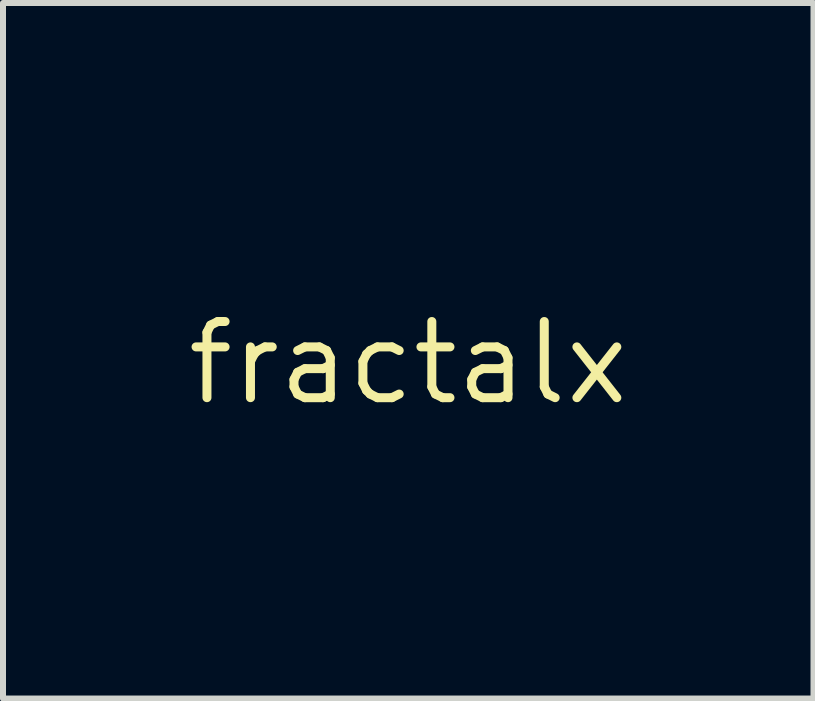
<source format=kicad_pcb>
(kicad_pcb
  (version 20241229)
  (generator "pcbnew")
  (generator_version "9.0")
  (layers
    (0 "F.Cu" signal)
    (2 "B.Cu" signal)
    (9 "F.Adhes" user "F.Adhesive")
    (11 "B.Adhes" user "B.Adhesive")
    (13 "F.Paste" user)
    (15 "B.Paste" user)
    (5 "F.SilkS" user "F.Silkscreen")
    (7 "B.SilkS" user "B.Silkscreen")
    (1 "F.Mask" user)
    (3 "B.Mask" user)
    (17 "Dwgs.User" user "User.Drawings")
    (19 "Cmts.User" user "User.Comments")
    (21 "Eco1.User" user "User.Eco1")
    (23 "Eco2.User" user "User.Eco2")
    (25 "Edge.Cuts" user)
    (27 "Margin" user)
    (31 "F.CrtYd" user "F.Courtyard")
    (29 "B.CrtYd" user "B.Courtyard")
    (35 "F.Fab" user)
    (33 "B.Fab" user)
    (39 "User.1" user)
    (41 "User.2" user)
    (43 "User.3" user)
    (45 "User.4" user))
  (footprint "fractalx"
    (layer "F.Cu")
    (at 3.757 3.001)
    (property "Reference" "fractalx" (at 0 0 0) (layer "F.SilkS") (effects (font (size 1.27 1.27) (thickness 0.15))))
    (attr board_only exclude_from_pos_files exclude_from_bom)
    (fp_poly (pts (xy 2.174 -2.993) (xy 2.175 -2.991) (xy 2.178 -2.973) (xy 2.181 -2.965) (xy 2.181 -2.953) (xy 2.165 -2.954) (xy 2.165 -2.954) (xy 2.147 -2.954) (xy 2.142 -2.939) (xy 2.148 -2.915) (xy 2.155 -2.905) (xy 2.175 -2.895) (xy 2.196 -2.893) (xy 2.209 -2.902) (xy 2.218 -2.904) (xy 2.227 -2.897) (xy 2.234 -2.885) (xy 2.223 -2.882) (xy 2.217 -2.881) (xy 2.201 -2.878) (xy 2.198 -2.862) (xy 2.199 -2.854) (xy 2.199 -2.834) (xy 2.187 -2.827) (xy 2.185 -2.827) (xy 2.171 -2.833) (xy 2.171 -2.847) (xy 2.168 -2.865) (xy 2.152 -2.874) (xy 2.128 -2.87) (xy 2.112 -2.861) (xy 2.097 -2.842) (xy 2.089 -2.812) (xy 2.086 -2.784) (xy 2.082 -2.724) (xy 2.135 -2.698) (xy 2.167 -2.683) (xy 2.187 -2.678) (xy 2.203 -2.681) (xy 2.217 -2.689) (xy 2.239 -2.708) (xy 2.249 -2.728) (xy 2.246 -2.745) (xy 2.23 -2.751) (xy 2.214 -2.753) (xy 2.216 -2.765) (xy 2.22 -2.772) (xy 2.232 -2.786) (xy 2.24 -2.782) (xy 2.243 -2.778) (xy 2.258 -2.764) (xy 2.274 -2.764) (xy 2.283 -2.776) (xy 2.283 -2.778) (xy 2.29 -2.793) (xy 2.296 -2.794) (xy 2.303 -2.79) (xy 2.302 -2.787) (xy 2.301 -2.774) (xy 2.307 -2.766) (xy 2.312 -2.754) (xy 2.298 -2.751) (xy 2.296 -2.751) (xy 2.277 -2.743) (xy 2.273 -2.726) (xy 2.281 -2.707) (xy 2.294 -2.697) (xy 2.316 -2.687) (xy 2.325 -2.69) (xy 2.327 -2.702) (xy 2.333 -2.716) (xy 2.338 -2.718) (xy 2.348 -2.71) (xy 2.349 -2.703) (xy 2.357 -2.685) (xy 2.362 -2.682) (xy 2.364 -2.678) (xy 2.35 -2.676) (xy 2.332 -2.672) (xy 2.329 -2.658) (xy 2.331 -2.648) (xy 2.333 -2.627) (xy 2.323 -2.621) (xy 2.317 -2.62) (xy 2.302 -2.626) (xy 2.302 -2.641) (xy 2.299 -2.66) (xy 2.283 -2.669) (xy 2.256 -2.664) (xy 2.238 -2.656) (xy 2.216 -2.638) (xy 2.211 -2.619) (xy 2.212 -2.615) (xy 2.217 -2.588) (xy 2.218 -2.576) (xy 2.226 -2.56) (xy 2.244 -2.551) (xy 2.262 -2.553) (xy 2.269 -2.561) (xy 2.277 -2.57) (xy 2.289 -2.563) (xy 2.298 -2.548) (xy 2.295 -2.538) (xy 2.283 -2.539) (xy 2.271 -2.536) (xy 2.265 -2.528) (xy 2.267 -2.507) (xy 2.274 -2.5) (xy 2.281 -2.492) (xy 2.276 -2.49) (xy 2.255 -2.486) (xy 2.245 -2.483) (xy 2.232 -2.481) (xy 2.232 -2.494) (xy 2.234 -2.499) (xy 2.233 -2.522) (xy 2.219 -2.535) (xy 2.198 -2.535) (xy 2.181 -2.523) (xy 2.17 -2.504) (xy 2.174 -2.496) (xy 2.185 -2.483) (xy 2.176 -2.474) (xy 2.164 -2.473) (xy 2.148 -2.48) (xy 2.145 -2.495) (xy 2.141 -2.513) (xy 2.128 -2.516) (xy 2.112 -2.523) (xy 2.109 -2.535) (xy 2.115 -2.552) (xy 2.126 -2.554) (xy 2.133 -2.543) (xy 2.142 -2.536) (xy 2.159 -2.544) (xy 2.175 -2.561) (xy 2.177 -2.588) (xy 2.177 -2.594) (xy 2.172 -2.616) (xy 2.159 -2.632) (xy 2.133 -2.646) (xy 2.118 -2.653) (xy 2.064 -2.676) (xy 1.897 -2.569) (xy 1.899 -2.397) (xy 1.9 -2.225) (xy 2.05 -2.156) (xy 2.103 -2.132) (xy 2.148 -2.112) (xy 2.183 -2.097) (xy 2.204 -2.089) (xy 2.207 -2.088) (xy 2.219 -2.093) (xy 2.244 -2.108) (xy 2.278 -2.129) (xy 2.292 -2.138) (xy 2.37 -2.188) (xy 2.37 -2.252) (xy 2.369 -2.289) (xy 2.365 -2.31) (xy 2.355 -2.322) (xy 2.344 -2.329) (xy 2.316 -2.335) (xy 2.294 -2.331) (xy 2.285 -2.316) (xy 2.286 -2.311) (xy 2.286 -2.3) (xy 2.276 -2.295) (xy 2.253 -2.294) (xy 2.241 -2.296) (xy 2.25 -2.304) (xy 2.25 -2.304) (xy 2.259 -2.321) (xy 2.258 -2.332) (xy 2.247 -2.344) (xy 2.241 -2.344) (xy 2.228 -2.342) (xy 2.226 -2.353) (xy 2.235 -2.368) (xy 2.236 -2.368) (xy 2.248 -2.375) (xy 2.251 -2.37) (xy 2.26 -2.362) (xy 2.275 -2.361) (xy 2.295 -2.371) (xy 2.303 -2.396) (xy 2.303 -2.418) (xy 2.295 -2.423) (xy 2.29 -2.421) (xy 2.275 -2.42) (xy 2.276 -2.432) (xy 2.284 -2.446) (xy 2.295 -2.456) (xy 2.301 -2.449) (xy 2.315 -2.437) (xy 2.332 -2.439) (xy 2.34 -2.449) (xy 2.348 -2.455) (xy 2.364 -2.444) (xy 2.376 -2.43) (xy 2.372 -2.425) (xy 2.36 -2.425) (xy 2.342 -2.418) (xy 2.337 -2.401) (xy 2.345 -2.379) (xy 2.366 -2.358) (xy 2.37 -2.356) (xy 2.394 -2.344) (xy 2.41 -2.344) (xy 2.43 -2.355) (xy 2.449 -2.375) (xy 2.457 -2.398) (xy 2.454 -2.418) (xy 2.441 -2.427) (xy 2.431 -2.434) (xy 2.437 -2.446) (xy 2.447 -2.456) (xy 2.454 -2.449) (xy 2.468 -2.437) (xy 2.486 -2.439) (xy 2.494 -2.449) (xy 2.501 -2.456) (xy 2.511 -2.446) (xy 2.522 -2.426) (xy 2.517 -2.418) (xy 2.506 -2.421) (xy 2.493 -2.419) (xy 2.489 -2.404) (xy 2.493 -2.384) (xy 2.504 -2.366) (xy 2.512 -2.359) (xy 2.53 -2.353) (xy 2.54 -2.364) (xy 2.54 -2.364) (xy 2.551 -2.379) (xy 2.557 -2.381) (xy 2.562 -2.375) (xy 2.561 -2.37) (xy 2.562 -2.36) (xy 2.565 -2.36) (xy 2.577 -2.352) (xy 2.577 -2.349) (xy 2.569 -2.343) (xy 2.561 -2.345) (xy 2.545 -2.342) (xy 2.536 -2.328) (xy 2.538 -2.311) (xy 2.544 -2.306) (xy 2.548 -2.297) (xy 2.534 -2.291) (xy 2.516 -2.291) (xy 2.505 -2.296) (xy 2.507 -2.304) (xy 2.513 -2.307) (xy 2.517 -2.317) (xy 2.507 -2.33) (xy 2.493 -2.342) (xy 2.479 -2.342) (xy 2.456 -2.33) (xy 2.456 -2.33) (xy 2.438 -2.318) (xy 2.429 -2.304) (xy 2.426 -2.282) (xy 2.427 -2.246) (xy 2.43 -2.182) (xy 2.482 -2.16) (xy 2.516 -2.148) (xy 2.538 -2.145) (xy 2.556 -2.151) (xy 2.561 -2.153) (xy 2.579 -2.169) (xy 2.588 -2.191) (xy 2.586 -2.209) (xy 2.574 -2.218) (xy 2.573 -2.218) (xy 2.562 -2.226) (xy 2.563 -2.24) (xy 2.572 -2.258) (xy 2.583 -2.26) (xy 2.588 -2.246) (xy 2.588 -2.245) (xy 2.597 -2.231) (xy 2.604 -2.229) (xy 2.619 -2.238) (xy 2.62 -2.245) (xy 2.625 -2.26) (xy 2.636 -2.258) (xy 2.645 -2.241) (xy 2.645 -2.24) (xy 2.644 -2.222) (xy 2.635 -2.218) (xy 2.623 -2.21) (xy 2.621 -2.192) (xy 2.628 -2.171) (xy 2.641 -2.157) (xy 2.646 -2.155) (xy 2.668 -2.158) (xy 2.676 -2.165) (xy 2.686 -2.174) (xy 2.696 -2.164) (xy 2.707 -2.143) (xy 2.701 -2.136) (xy 2.692 -2.138) (xy 2.675 -2.137) (xy 2.668 -2.123) (xy 2.674 -2.105) (xy 2.679 -2.092) (xy 2.665 -2.085) (xy 2.642 -2.083) (xy 2.636 -2.093) (xy 2.643 -2.105) (xy 2.647 -2.119) (xy 2.632 -2.131) (xy 2.604 -2.136) (xy 2.578 -2.123) (xy 2.56 -2.097) (xy 2.555 -2.07) (xy 2.561 -2.041) (xy 2.575 -2.022) (xy 2.592 -2.017) (xy 2.608 -2.029) (xy 2.609 -2.031) (xy 2.619 -2.043) (xy 2.628 -2.037) (xy 2.631 -2.033) (xy 2.641 -2.012) (xy 2.637 -2.003) (xy 2.625 -2.005) (xy 2.608 -2.002) (xy 2.602 -1.993) (xy 2.602 -1.976) (xy 2.608 -1.971) (xy 2.62 -1.961) (xy 2.615 -1.952) (xy 2.599 -1.949) (xy 2.583 -1.956) (xy 2.583 -1.97) (xy 2.579 -1.987) (xy 2.562 -1.997) (xy 2.537 -1.997) (xy 2.53 -1.994) (xy 2.516 -1.982) (xy 2.512 -1.967) (xy 2.521 -1.958) (xy 2.524 -1.957) (xy 2.532 -1.954) (xy 2.525 -1.947) (xy 2.508 -1.94) (xy 2.502 -1.939) (xy 2.487 -1.943) (xy 2.484 -1.96) (xy 2.478 -1.98) (xy 2.466 -1.983) (xy 2.452 -1.99) (xy 2.45 -2.002) (xy 2.455 -2.018) (xy 2.464 -2.023) (xy 2.468 -2.012) (xy 2.468 -2.012) (xy 2.476 -2.002) (xy 2.493 -2.003) (xy 2.509 -2.014) (xy 2.509 -2.014) (xy 2.515 -2.034) (xy 2.515 -2.061) (xy 2.508 -2.083) (xy 2.493 -2.099) (xy 2.463 -2.115) (xy 2.457 -2.117) (xy 2.405 -2.14) (xy 2.321 -2.086) (xy 2.238 -2.033) (xy 2.246 -1.949) (xy 2.252 -1.895) (xy 2.259 -1.858) (xy 2.27 -1.834) (xy 2.286 -1.818) (xy 2.311 -1.805) (xy 2.32 -1.801) (xy 2.35 -1.79) (xy 2.369 -1.787) (xy 2.386 -1.793) (xy 2.397 -1.8) (xy 2.416 -1.819) (xy 2.423 -1.84) (xy 2.419 -1.856) (xy 2.403 -1.862) (xy 2.4 -1.862) (xy 2.383 -1.862) (xy 2.385 -1.874) (xy 2.395 -1.886) (xy 2.408 -1.894) (xy 2.421 -1.884) (xy 2.422 -1.882) (xy 2.434 -1.871) (xy 2.444 -1.877) (xy 2.452 -1.886) (xy 2.466 -1.901) (xy 2.475 -1.898) (xy 2.479 -1.892) (xy 2.489 -1.87) (xy 2.482 -1.861) (xy 2.468 -1.859) (xy 2.451 -1.852) (xy 2.447 -1.835) (xy 2.456 -1.815) (xy 2.47 -1.804) (xy 2.491 -1.797) (xy 2.504 -1.806) (xy 2.506 -1.808) (xy 2.517 -1.819) (xy 2.527 -1.811) (xy 2.531 -1.804) (xy 2.539 -1.788) (xy 2.53 -1.783) (xy 2.523 -1.783) (xy 2.505 -1.776) (xy 2.501 -1.767) (xy 2.508 -1.752) (xy 2.514 -1.751) (xy 2.521 -1.747) (xy 2.514 -1.74) (xy 2.497 -1.734) (xy 2.491 -1.732) (xy 2.476 -1.735) (xy 2.476 -1.749) (xy 2.473 -1.769) (xy 2.456 -1.777) (xy 2.43 -1.773) (xy 2.413 -1.764) (xy 2.391 -1.748) (xy 2.385 -1.73) (xy 2.387 -1.713) (xy 2.399 -1.682) (xy 2.415 -1.664) (xy 2.432 -1.66) (xy 2.441 -1.667) (xy 2.453 -1.677) (xy 2.466 -1.668) (xy 2.478 -1.651) (xy 2.473 -1.646) (xy 2.463 -1.649) (xy 2.447 -1.647) (xy 2.439 -1.633) (xy 2.441 -1.616) (xy 2.45 -1.607) (xy 2.466 -1.591) (xy 2.468 -1.582) (xy 2.477 -1.568) (xy 2.485 -1.566) (xy 2.499 -1.574) (xy 2.501 -1.582) (xy 2.506 -1.597) (xy 2.518 -1.595) (xy 2.527 -1.581) (xy 2.533 -1.562) (xy 2.527 -1.555) (xy 2.517 -1.555) (xy 2.503 -1.547) (xy 2.501 -1.529) (xy 2.509 -1.508) (xy 2.526 -1.491) (xy 2.529 -1.489) (xy 2.553 -1.48) (xy 2.574 -1.484) (xy 2.586 -1.49) (xy 2.608 -1.509) (xy 2.619 -1.53) (xy 2.617 -1.547) (xy 2.601 -1.555) (xy 2.599 -1.555) (xy 2.584 -1.557) (xy 2.586 -1.568) (xy 2.59 -1.576) (xy 2.602 -1.59) (xy 2.61 -1.586) (xy 2.613 -1.582) (xy 2.628 -1.568) (xy 2.644 -1.567) (xy 2.653 -1.58) (xy 2.653 -1.582) (xy 2.659 -1.597) (xy 2.67 -1.595) (xy 2.679 -1.581) (xy 2.685 -1.562) (xy 2.678 -1.555) (xy 2.664 -1.555) (xy 2.647 -1.547) (xy 2.642 -1.53) (xy 2.651 -1.511) (xy 2.664 -1.5) (xy 2.686 -1.494) (xy 2.701 -1.498) (xy 2.703 -1.51) (xy 2.702 -1.512) (xy 2.702 -1.522) (xy 2.704 -1.522) (xy 2.716 -1.514) (xy 2.727 -1.501) (xy 2.734 -1.484) (xy 2.726 -1.479) (xy 2.717 -1.479) (xy 2.701 -1.475) (xy 2.699 -1.459) (xy 2.7 -1.454) (xy 2.701 -1.434) (xy 2.687 -1.428) (xy 2.687 -1.427) (xy 2.672 -1.432) (xy 2.671 -1.445) (xy 2.669 -1.464) (xy 2.652 -1.473) (xy 2.627 -1.47) (xy 2.613 -1.462) (xy 2.599 -1.449) (xy 2.591 -1.431) (xy 2.588 -1.401) (xy 2.588 -1.383) (xy 2.588 -1.321) (xy 2.671 -1.269) (xy 2.754 -1.217) (xy 2.837 -1.269) (xy 2.919 -1.322) (xy 2.919 -1.385) (xy 2.918 -1.421) (xy 2.914 -1.443) (xy 2.902 -1.457) (xy 2.89 -1.465) (xy 2.867 -1.476) (xy 2.852 -1.474) (xy 2.844 -1.468) (xy 2.833 -1.452) (xy 2.838 -1.441) (xy 2.844 -1.425) (xy 2.832 -1.419) (xy 2.815 -1.421) (xy 2.801 -1.429) (xy 2.806 -1.442) (xy 2.813 -1.46) (xy 2.804 -1.474) (xy 2.787 -1.474) (xy 2.775 -1.474) (xy 2.777 -1.485) (xy 2.783 -1.506) (xy 2.784 -1.512) (xy 2.792 -1.522) (xy 2.794 -1.522) (xy 2.804 -1.513) (xy 2.805 -1.506) (xy 2.811 -1.492) (xy 2.829 -1.492) (xy 2.842 -1.496) (xy 2.856 -1.51) (xy 2.86 -1.53) (xy 2.854 -1.548) (xy 2.842 -1.555) (xy 2.83 -1.561) (xy 2.831 -1.572) (xy 2.837 -1.589) (xy 2.838 -1.594) (xy 2.846 -1.598) (xy 2.849 -1.598) (xy 2.858 -1.59) (xy 2.86 -1.582) (xy 2.868 -1.568) (xy 2.876 -1.566) (xy 2.89 -1.574) (xy 2.892 -1.582) (xy 2.898 -1.597) (xy 2.91 -1.595) (xy 2.918 -1.581) (xy 2.924 -1.562) (xy 2.919 -1.555) (xy 2.909 -1.555) (xy 2.894 -1.547) (xy 2.892 -1.529) (xy 2.9 -1.508) (xy 2.918 -1.491) (xy 2.92 -1.489) (xy 2.944 -1.48) (xy 2.965 -1.484) (xy 2.977 -1.49) (xy 2.999 -1.509) (xy 3.01 -1.53) (xy 3.008 -1.547) (xy 2.993 -1.555) (xy 2.991 -1.555) (xy 2.975 -1.557) (xy 2.977 -1.568) (xy 2.982 -1.576) (xy 2.993 -1.59) (xy 3.001 -1.586) (xy 3.004 -1.582) (xy 3.019 -1.568) (xy 3.035 -1.567) (xy 3.044 -1.58) (xy 3.045 -1.582) (xy 3.05 -1.597) (xy 3.062 -1.595) (xy 3.071 -1.581) (xy 3.076 -1.562) (xy 3.069 -1.555) (xy 3.055 -1.555) (xy 3.038 -1.547) (xy 3.034 -1.53) (xy 3.043 -1.511) (xy 3.056 -1.5) (xy 3.077 -1.494) (xy 3.092 -1.498) (xy 3.094 -1.51) (xy 3.093 -1.512) (xy 3.093 -1.522) (xy 3.096 -1.522) (xy 3.108 -1.514) (xy 3.118 -1.501) (xy 3.126 -1.484) (xy 3.117 -1.479) (xy 3.109 -1.479) (xy 3.092 -1.475) (xy 3.091 -1.459) (xy 3.092 -1.454) (xy 3.093 -1.434) (xy 3.079 -1.428) (xy 3.078 -1.427) (xy 3.063 -1.432) (xy 3.063 -1.445) (xy 3.06 -1.464) (xy 3.043 -1.473) (xy 3.019 -1.47) (xy 3.005 -1.462) (xy 2.99 -1.45) (xy 2.982 -1.432) (xy 2.98 -1.402) (xy 2.979 -1.383) (xy 2.979 -1.319) (xy 3.032 -1.295) (xy 3.064 -1.281) (xy 3.083 -1.276) (xy 3.098 -1.279) (xy 3.114 -1.289) (xy 3.133 -1.308) (xy 3.141 -1.329) (xy 3.137 -1.345) (xy 3.121 -1.351) (xy 3.118 -1.351) (xy 3.101 -1.351) (xy 3.103 -1.363) (xy 3.112 -1.374) (xy 3.125 -1.383) (xy 3.138 -1.373) (xy 3.14 -1.371) (xy 3.151 -1.36) (xy 3.162 -1.366) (xy 3.17 -1.375) (xy 3.184 -1.39) (xy 3.193 -1.387) (xy 3.197 -1.381) (xy 3.207 -1.359) (xy 3.2 -1.35) (xy 3.189 -1.351) (xy 3.172 -1.346) (xy 3.166 -1.33) (xy 3.17 -1.31) (xy 3.185 -1.294) (xy 3.207 -1.288) (xy 3.223 -1.291) (xy 3.225 -1.303) (xy 3.223 -1.306) (xy 3.224 -1.315) (xy 3.228 -1.316) (xy 3.24 -1.307) (xy 3.245 -1.298) (xy 3.251 -1.278) (xy 3.246 -1.275) (xy 3.24 -1.278) (xy 3.228 -1.275) (xy 3.222 -1.266) (xy 3.224 -1.246) (xy 3.231 -1.239) (xy 3.241 -1.23) (xy 3.24 -1.228) (xy 3.226 -1.225) (xy 3.211 -1.223) (xy 3.194 -1.223) (xy 3.193 -1.236) (xy 3.194 -1.24) (xy 3.192 -1.26) (xy 3.175 -1.268) (xy 3.147 -1.263) (xy 3.132 -1.256) (xy 3.109 -1.242) (xy 3.102 -1.226) (xy 3.105 -1.204) (xy 3.111 -1.177) (xy 3.117 -1.161) (xy 3.117 -1.161) (xy 3.131 -1.154) (xy 3.151 -1.154) (xy 3.165 -1.161) (xy 3.166 -1.162) (xy 3.175 -1.164) (xy 3.184 -1.157) (xy 3.191 -1.145) (xy 3.18 -1.142) (xy 3.175 -1.142) (xy 3.157 -1.135) (xy 3.155 -1.118) (xy 3.166 -1.1) (xy 3.172 -1.091) (xy 3.163 -1.087) (xy 3.135 -1.088) (xy 3.134 -1.088) (xy 3.129 -1.097) (xy 3.129 -1.108) (xy 3.124 -1.128) (xy 3.106 -1.136) (xy 3.081 -1.131) (xy 3.077 -1.128) (xy 3.058 -1.112) (xy 3.06 -1.098) (xy 3.066 -1.093) (xy 3.077 -1.08) (xy 3.068 -1.072) (xy 3.056 -1.07) (xy 3.041 -1.074) (xy 3.04 -1.09) (xy 3.041 -1.097) (xy 3.043 -1.116) (xy 3.034 -1.119) (xy 3.024 -1.117) (xy 3.003 -1.116) (xy 2.995 -1.121) (xy 2.997 -1.13) (xy 3.001 -1.131) (xy 3.008 -1.137) (xy 3.007 -1.141) (xy 3.008 -1.155) (xy 3.011 -1.157) (xy 3.022 -1.154) (xy 3.027 -1.146) (xy 3.037 -1.135) (xy 3.05 -1.141) (xy 3.061 -1.159) (xy 3.066 -1.185) (xy 3.066 -1.19) (xy 3.064 -1.212) (xy 3.053 -1.228) (xy 3.028 -1.243) (xy 3.017 -1.248) (xy 2.987 -1.262) (xy 2.964 -1.271) (xy 2.957 -1.272) (xy 2.944 -1.267) (xy 2.917 -1.251) (xy 2.883 -1.23) (xy 2.871 -1.222) (xy 2.833 -1.196) (xy 2.81 -1.177) (xy 2.797 -1.159) (xy 2.791 -1.139) (xy 2.788 -1.125) (xy 2.786 -1.095) (xy 2.786 -1.05) (xy 2.788 -0.996) (xy 2.791 -0.951) (xy 2.8 -0.824) (xy 2.949 -0.753) (xy 3.098 -0.682) (xy 3.18 -0.735) (xy 3.262 -0.788) (xy 3.262 -0.85) (xy 3.261 -0.886) (xy 3.255 -0.908) (xy 3.243 -0.923) (xy 3.235 -0.928) (xy 3.208 -0.939) (xy 3.187 -0.937) (xy 3.178 -0.922) (xy 3.179 -0.912) (xy 3.177 -0.895) (xy 3.163 -0.892) (xy 3.148 -0.896) (xy 3.147 -0.912) (xy 3.149 -0.919) (xy 3.151 -0.939) (xy 3.14 -0.946) (xy 3.132 -0.946) (xy 3.116 -0.948) (xy 3.12 -0.958) (xy 3.123 -0.961) (xy 3.136 -0.969) (xy 3.141 -0.967) (xy 3.153 -0.958) (xy 3.174 -0.959) (xy 3.191 -0.968) (xy 3.193 -0.97) (xy 3.203 -0.997) (xy 3.195 -1.015) (xy 3.186 -1.019) (xy 3.172 -1.031) (xy 3.172 -1.045) (xy 3.181 -1.062) (xy 3.192 -1.064) (xy 3.197 -1.048) (xy 3.205 -1.036) (xy 3.216 -1.036) (xy 3.231 -1.045) (xy 3.232 -1.053) (xy 3.234 -1.065) (xy 3.244 -1.062) (xy 3.259 -1.045) (xy 3.259 -1.044) (xy 3.267 -1.028) (xy 3.259 -1.022) (xy 3.251 -1.022) (xy 3.233 -1.015) (xy 3.23 -0.998) (xy 3.241 -0.975) (xy 3.258 -0.958) (xy 3.279 -0.943) (xy 3.295 -0.942) (xy 3.317 -0.954) (xy 3.318 -0.954) (xy 3.337 -0.972) (xy 3.348 -0.994) (xy 3.349 -1.012) (xy 3.337 -1.022) (xy 3.334 -1.022) (xy 3.323 -1.03) (xy 3.324 -1.044) (xy 3.333 -1.062) (xy 3.344 -1.064) (xy 3.349 -1.05) (xy 3.349 -1.049) (xy 3.358 -1.035) (xy 3.365 -1.033) (xy 3.38 -1.042) (xy 3.382 -1.049) (xy 3.386 -1.064) (xy 3.397 -1.062) (xy 3.406 -1.045) (xy 3.406 -1.044) (xy 3.406 -1.026) (xy 3.397 -1.022) (xy 3.385 -1.013) (xy 3.382 -0.996) (xy 3.389 -0.974) (xy 3.407 -0.961) (xy 3.426 -0.96) (xy 3.437 -0.969) (xy 3.447 -0.978) (xy 3.458 -0.968) (xy 3.468 -0.947) (xy 3.462 -0.94) (xy 3.453 -0.942) (xy 3.436 -0.94) (xy 3.429 -0.927) (xy 3.435 -0.909) (xy 3.44 -0.896) (xy 3.426 -0.889) (xy 3.425 -0.889) (xy 3.405 -0.888) (xy 3.396 -0.896) (xy 3.403 -0.908) (xy 3.405 -0.909) (xy 3.41 -0.919) (xy 3.398 -0.931) (xy 3.381 -0.939) (xy 3.362 -0.935) (xy 3.347 -0.927) (xy 3.329 -0.914) (xy 3.32 -0.899) (xy 3.317 -0.873) (xy 3.316 -0.848) (xy 3.316 -0.787) (xy 3.367 -0.763) (xy 3.4 -0.748) (xy 3.423 -0.744) (xy 3.444 -0.749) (xy 3.448 -0.751) (xy 3.469 -0.766) (xy 3.48 -0.786) (xy 3.48 -0.805) (xy 3.467 -0.815) (xy 3.462 -0.815) (xy 3.45 -0.822) (xy 3.451 -0.833) (xy 3.457 -0.85) (xy 3.458 -0.854) (xy 3.466 -0.859) (xy 3.469 -0.859) (xy 3.478 -0.85) (xy 3.479 -0.843) (xy 3.488 -0.828) (xy 3.496 -0.826) (xy 3.51 -0.835) (xy 3.512 -0.843) (xy 3.518 -0.857) (xy 3.529 -0.855) (xy 3.538 -0.842) (xy 3.544 -0.822) (xy 3.538 -0.816) (xy 3.528 -0.815) (xy 3.516 -0.807) (xy 3.512 -0.788) (xy 3.517 -0.768) (xy 3.529 -0.757) (xy 3.555 -0.751) (xy 3.565 -0.758) (xy 3.566 -0.767) (xy 3.571 -0.781) (xy 3.582 -0.779) (xy 3.591 -0.762) (xy 3.591 -0.761) (xy 3.591 -0.744) (xy 3.576 -0.739) (xy 3.559 -0.732) (xy 3.556 -0.723) (xy 3.561 -0.709) (xy 3.566 -0.707) (xy 3.577 -0.698) (xy 3.577 -0.696) (xy 3.568 -0.688) (xy 3.549 -0.685) (xy 3.53 -0.687) (xy 3.529 -0.695) (xy 3.533 -0.701) (xy 3.539 -0.715) (xy 3.527 -0.726) (xy 3.524 -0.728) (xy 3.495 -0.733) (xy 3.47 -0.72) (xy 3.452 -0.695) (xy 3.447 -0.668) (xy 3.452 -0.639) (xy 3.466 -0.62) (xy 3.483 -0.614) (xy 3.5 -0.626) (xy 3.5 -0.628) (xy 3.511 -0.641) (xy 3.52 -0.634) (xy 3.523 -0.631) (xy 3.533 -0.61) (xy 3.527 -0.603) (xy 3.518 -0.605) (xy 3.501 -0.602) (xy 3.494 -0.592) (xy 3.493 -0.573) (xy 3.499 -0.568) (xy 3.512 -0.559) (xy 3.505 -0.551) (xy 3.49 -0.548) (xy 3.474 -0.553) (xy 3.475 -0.567) (xy 3.472 -0.587) (xy 3.455 -0.599) (xy 3.432 -0.6) (xy 3.422 -0.597) (xy 3.408 -0.582) (xy 3.404 -0.565) (xy 3.412 -0.555) (xy 3.416 -0.555) (xy 3.424 -0.551) (xy 3.417 -0.544) (xy 3.4 -0.538) (xy 3.392 -0.536) (xy 3.377 -0.537) (xy 3.375 -0.55) (xy 3.378 -0.562) (xy 3.381 -0.582) (xy 3.373 -0.587) (xy 3.361 -0.584) (xy 3.343 -0.582) (xy 3.342 -0.592) (xy 3.343 -0.594) (xy 3.348 -0.612) (xy 3.349 -0.617) (xy 3.356 -0.616) (xy 3.366 -0.608) (xy 3.386 -0.602) (xy 3.402 -0.612) (xy 3.411 -0.635) (xy 3.409 -0.66) (xy 3.399 -0.684) (xy 3.378 -0.702) (xy 3.351 -0.717) (xy 3.299 -0.741) (xy 3.215 -0.689) (xy 3.13 -0.636) (xy 3.137 -0.565) (xy 3.143 -0.509) (xy 3.148 -0.47) (xy 3.155 -0.444) (xy 3.165 -0.428) (xy 3.182 -0.416) (xy 3.205 -0.406) (xy 3.209 -0.404) (xy 3.242 -0.391) (xy 3.262 -0.387) (xy 3.278 -0.391) (xy 3.291 -0.399) (xy 3.308 -0.418) (xy 3.314 -0.44) (xy 3.309 -0.457) (xy 3.297 -0.463) (xy 3.279 -0.467) (xy 3.279 -0.474) (xy 3.286 -0.482) (xy 3.299 -0.491) (xy 3.312 -0.482) (xy 3.313 -0.48) (xy 3.325 -0.469) (xy 3.336 -0.474) (xy 3.344 -0.484) (xy 3.358 -0.498) (xy 3.367 -0.495) (xy 3.371 -0.489) (xy 3.381 -0.468) (xy 3.375 -0.461) (xy 3.366 -0.463) (xy 3.349 -0.462) (xy 3.341 -0.445) (xy 3.343 -0.425) (xy 3.357 -0.404) (xy 3.378 -0.396) (xy 3.396 -0.404) (xy 3.398 -0.406) (xy 3.41 -0.416) (xy 3.423 -0.407) (xy 3.435 -0.389) (xy 3.431 -0.382) (xy 3.419 -0.385) (xy 3.403 -0.383) (xy 3.395 -0.369) (xy 3.398 -0.353) (xy 3.404 -0.347) (xy 3.415 -0.338) (xy 3.414 -0.336) (xy 3.4 -0.334) (xy 3.386 -0.331) (xy 3.369 -0.333) (xy 3.364 -0.35) (xy 3.364 -0.351) (xy 3.357 -0.371) (xy 3.338 -0.378) (xy 3.312 -0.371) (xy 3.298 -0.362) (xy 3.282 -0.344) (xy 3.279 -0.323) (xy 3.282 -0.304) (xy 3.292 -0.276) (xy 3.31 -0.264) (xy 3.314 -0.263) (xy 3.334 -0.266) (xy 3.338 -0.277) (xy 3.345 -0.291) (xy 3.351 -0.294) (xy 3.358 -0.289) (xy 3.356 -0.286) (xy 3.356 -0.273) (xy 3.361 -0.265) (xy 3.367 -0.253) (xy 3.356 -0.25) (xy 3.336 -0.243) (xy 3.332 -0.225) (xy 3.338 -0.212) (xy 3.345 -0.2) (xy 3.334 -0.196) (xy 3.322 -0.196) (xy 3.302 -0.198) (xy 3.3 -0.205) (xy 3.305 -0.211) (xy 3.311 -0.225) (xy 3.299 -0.237) (xy 3.294 -0.239) (xy 3.273 -0.246) (xy 3.253 -0.236) (xy 3.25 -0.233) (xy 3.237 -0.214) (xy 3.241 -0.201) (xy 3.244 -0.189) (xy 3.23 -0.182) (xy 3.214 -0.181) (xy 3.212 -0.192) (xy 3.215 -0.204) (xy 3.218 -0.223) (xy 3.209 -0.228) (xy 3.198 -0.226) (xy 3.177 -0.225) (xy 3.169 -0.229) (xy 3.171 -0.239) (xy 3.174 -0.239) (xy 3.184 -0.245) (xy 3.185 -0.247) (xy 3.185 -0.266) (xy 3.194 -0.265) (xy 3.199 -0.258) (xy 3.213 -0.246) (xy 3.229 -0.252) (xy 3.232 -0.255) (xy 3.245 -0.272) (xy 3.245 -0.3) (xy 3.244 -0.303) (xy 3.235 -0.327) (xy 3.216 -0.345) (xy 3.189 -0.359) (xy 3.154 -0.373) (xy 3.132 -0.378) (xy 3.113 -0.373) (xy 3.089 -0.356) (xy 3.077 -0.347) (xy 3.052 -0.324) (xy 3.041 -0.307) (xy 3.04 -0.286) (xy 3.041 -0.279) (xy 3.052 -0.25) (xy 3.068 -0.232) (xy 3.085 -0.227) (xy 3.098 -0.236) (xy 3.101 -0.245) (xy 3.106 -0.254) (xy 3.115 -0.245) (xy 3.118 -0.24) (xy 3.126 -0.223) (xy 3.118 -0.218) (xy 3.11 -0.217) (xy 3.092 -0.21) (xy 3.09 -0.194) (xy 3.101 -0.176) (xy 3.106 -0.167) (xy 3.093 -0.163) (xy 3.086 -0.163) (xy 3.065 -0.166) (xy 3.062 -0.179) (xy 3.063 -0.183) (xy 3.06 -0.203) (xy 3.043 -0.212) (xy 3.019 -0.208) (xy 3.011 -0.204) (xy 2.994 -0.189) (xy 2.991 -0.177) (xy 3.001 -0.174) (xy 3.012 -0.169) (xy 3.008 -0.159) (xy 2.991 -0.149) (xy 2.99 -0.149) (xy 2.975 -0.148) (xy 2.973 -0.16) (xy 2.975 -0.171) (xy 2.978 -0.191) (xy 2.97 -0.195) (xy 2.959 -0.193) (xy 2.938 -0.192) (xy 2.93 -0.197) (xy 2.931 -0.206) (xy 2.935 -0.207) (xy 2.941 -0.215) (xy 2.94 -0.223) (xy 2.94 -0.237) (xy 2.945 -0.239) (xy 2.958 -0.231) (xy 2.96 -0.226) (xy 2.972 -0.219) (xy 2.983 -0.221) (xy 2.997 -0.237) (xy 3.001 -0.266) (xy 2.998 -0.294) (xy 2.985 -0.31) (xy 2.972 -0.316) (xy 2.937 -0.324) (xy 2.916 -0.317) (xy 2.91 -0.293) (xy 2.91 -0.293) (xy 2.907 -0.271) (xy 2.892 -0.264) (xy 2.876 -0.269) (xy 2.874 -0.286) (xy 2.87 -0.305) (xy 2.858 -0.309) (xy 2.843 -0.315) (xy 2.841 -0.328) (xy 2.846 -0.344) (xy 2.855 -0.348) (xy 2.86 -0.338) (xy 2.86 -0.337) (xy 2.867 -0.327) (xy 2.884 -0.329) (xy 2.902 -0.341) (xy 2.903 -0.342) (xy 2.911 -0.364) (xy 2.907 -0.384) (xy 2.893 -0.397) (xy 2.881 -0.397) (xy 2.863 -0.396) (xy 2.862 -0.408) (xy 2.876 -0.43) (xy 2.887 -0.444) (xy 2.892 -0.441) (xy 2.892 -0.432) (xy 2.898 -0.416) (xy 2.91 -0.416) (xy 2.921 -0.432) (xy 2.922 -0.435) (xy 2.929 -0.453) (xy 2.94 -0.453) (xy 2.953 -0.441) (xy 2.967 -0.423) (xy 2.962 -0.414) (xy 2.952 -0.413) (xy 2.938 -0.406) (xy 2.936 -0.39) (xy 2.946 -0.371) (xy 2.964 -0.359) (xy 2.986 -0.351) (xy 3.003 -0.35) (xy 3.02 -0.359) (xy 3.045 -0.38) (xy 3.051 -0.385) (xy 3.095 -0.422) (xy 3.081 -0.517) (xy 3.074 -0.561) (xy 3.067 -0.596) (xy 3.06 -0.617) (xy 3.059 -0.62) (xy 3.046 -0.627) (xy 3.018 -0.642) (xy 2.977 -0.662) (xy 2.928 -0.686) (xy 2.906 -0.696) (xy 2.763 -0.764) (xy 2.656 -0.696) (xy 2.607 -0.664) (xy 2.559 -0.633) (xy 2.517 -0.607) (xy 2.495 -0.593) (xy 2.459 -0.569) (xy 2.414 -0.54) (xy 2.368 -0.511) (xy 2.362 -0.507) (xy 2.32 -0.479) (xy 2.296 -0.458) (xy 2.287 -0.443) (xy 2.287 -0.437) (xy 2.291 -0.417) (xy 2.296 -0.383) (xy 2.299 -0.353) (xy 2.305 -0.303) (xy 2.313 -0.237) (xy 2.322 -0.164) (xy 2.332 -0.09) (xy 2.342 -0.021) (xy 2.35 0.034) (xy 2.361 0.105) (xy 2.505 0.172) (xy 2.558 0.196) (xy 2.603 0.216) (xy 2.639 0.231) (xy 2.661 0.238) (xy 2.664 0.239) (xy 2.68 0.234) (xy 2.708 0.219) (xy 2.744 0.197) (xy 2.758 0.188) (xy 2.838 0.136) (xy 2.838 0.08) (xy 2.836 0.045) (xy 2.83 0.024) (xy 2.815 0.009) (xy 2.81 0.006) (xy 2.78 -0.007) (xy 2.758 -0.006) (xy 2.748 0.01) (xy 2.748 0.019) (xy 2.746 0.037) (xy 2.731 0.04) (xy 2.726 0.039) (xy 2.705 0.035) (xy 2.697 0.033) (xy 2.699 0.028) (xy 2.706 0.023) (xy 2.716 0.006) (xy 2.715 -0.005) (xy 2.703 -0.017) (xy 2.695 -0.015) (xy 2.687 -0.015) (xy 2.689 -0.026) (xy 2.695 -0.046) (xy 2.697 -0.052) (xy 2.702 -0.05) (xy 2.711 -0.039) (xy 2.725 -0.026) (xy 2.743 -0.029) (xy 2.75 -0.032) (xy 2.766 -0.049) (xy 2.771 -0.069) (xy 2.764 -0.086) (xy 2.748 -0.091) (xy 2.732 -0.094) (xy 2.729 -0.099) (xy 2.738 -0.108) (xy 2.741 -0.109) (xy 2.747 -0.115) (xy 2.746 -0.12) (xy 2.743 -0.13) (xy 2.751 -0.128) (xy 2.764 -0.117) (xy 2.769 -0.111) (xy 2.782 -0.099) (xy 2.792 -0.103) (xy 2.797 -0.11) (xy 2.811 -0.121) (xy 2.823 -0.114) (xy 2.824 -0.113) (xy 2.837 -0.095) (xy 2.831 -0.088) (xy 2.819 -0.089) (xy 2.802 -0.084) (xy 2.796 -0.069) (xy 2.8 -0.048) (xy 2.822 -0.03) (xy 2.827 -0.027) (xy 2.852 -0.016) (xy 2.869 -0.017) (xy 2.888 -0.027) (xy 2.904 -0.043) (xy 2.913 -0.065) (xy 2.915 -0.084) (xy 2.909 -0.095) (xy 2.899 -0.094) (xy 2.881 -0.092) (xy 2.878 -0.103) (xy 2.889 -0.117) (xy 2.903 -0.129) (xy 2.912 -0.123) (xy 2.916 -0.116) (xy 2.93 -0.1) (xy 2.942 -0.101) (xy 2.947 -0.114) (xy 2.951 -0.129) (xy 2.963 -0.125) (xy 2.975 -0.114) (xy 2.986 -0.101) (xy 2.979 -0.096) (xy 2.966 -0.094) (xy 2.952 -0.084) (xy 2.949 -0.064) (xy 2.957 -0.043) (xy 2.964 -0.036) (xy 2.988 -0.023) (xy 2.999 -0.028) (xy 3.001 -0.038) (xy 3.007 -0.053) (xy 3.018 -0.051) (xy 3.027 -0.037) (xy 3.033 -0.017) (xy 3.027 -0.012) (xy 3.017 -0.015) (xy 2.999 -0.012) (xy 2.993 -0.003) (xy 2.993 0.014) (xy 2.999 0.019) (xy 3.012 0.029) (xy 3.006 0.038) (xy 2.99 0.041) (xy 2.974 0.034) (xy 2.974 0.02) (xy 2.972 0.003) (xy 2.955 -0.006) (xy 2.93 -0.005) (xy 2.908 0.005) (xy 2.892 0.018) (xy 2.884 0.037) (xy 2.882 0.067) (xy 2.881 0.082) (xy 2.881 0.141) (xy 2.936 0.169) (xy 2.968 0.184) (xy 2.988 0.19) (xy 3.003 0.187) (xy 3.017 0.178) (xy 3.034 0.161) (xy 3.044 0.14) (xy 3.045 0.122) (xy 3.038 0.112) (xy 3.028 0.113) (xy 3.014 0.114) (xy 3.015 0.101) (xy 3.024 0.087) (xy 3.035 0.077) (xy 3.041 0.084) (xy 3.054 0.097) (xy 3.072 0.095) (xy 3.08 0.084) (xy 3.088 0.078) (xy 3.102 0.089) (xy 3.114 0.106) (xy 3.108 0.115) (xy 3.092 0.112) (xy 3.08 0.115) (xy 3.076 0.13) (xy 3.08 0.15) (xy 3.091 0.168) (xy 3.098 0.174) (xy 3.118 0.179) (xy 3.131 0.166) (xy 3.141 0.153) (xy 3.15 0.159) (xy 3.153 0.163) (xy 3.163 0.184) (xy 3.158 0.191) (xy 3.148 0.189) (xy 3.132 0.191) (xy 3.123 0.206) (xy 3.125 0.222) (xy 3.131 0.228) (xy 3.135 0.236) (xy 3.121 0.242) (xy 3.104 0.244) (xy 3.103 0.232) (xy 3.105 0.227) (xy 3.103 0.207) (xy 3.087 0.199) (xy 3.058 0.202) (xy 3.044 0.207) (xy 3.022 0.219) (xy 3.013 0.237) (xy 3.012 0.261) (xy 3.017 0.295) (xy 3.029 0.309) (xy 3.054 0.315) (xy 3.065 0.307) (xy 3.066 0.299) (xy 3.071 0.284) (xy 3.082 0.286) (xy 3.091 0.304) (xy 3.088 0.323) (xy 3.076 0.33) (xy 3.06 0.339) (xy 3.055 0.351) (xy 3.064 0.359) (xy 3.066 0.359) (xy 3.077 0.364) (xy 3.073 0.374) (xy 3.057 0.383) (xy 3.055 0.384) (xy 3.04 0.385) (xy 3.038 0.372) (xy 3.04 0.364) (xy 3.04 0.343) (xy 3.023 0.332) (xy 3.022 0.332) (xy 2.997 0.331) (xy 2.979 0.342) (xy 2.973 0.36) (xy 2.979 0.375) (xy 2.986 0.387) (xy 2.976 0.391) (xy 2.963 0.391) (xy 2.943 0.389) (xy 2.942 0.382) (xy 2.945 0.377) (xy 2.95 0.359) (xy 2.939 0.345) (xy 2.92 0.344) (xy 2.919 0.344) (xy 2.909 0.342) (xy 2.911 0.326) (xy 2.918 0.311) (xy 2.925 0.316) (xy 2.94 0.323) (xy 2.961 0.32) (xy 2.976 0.309) (xy 2.979 0.301) (xy 2.97 0.259) (xy 2.942 0.228) (xy 2.924 0.217) (xy 2.895 0.204) (xy 2.872 0.196) (xy 2.867 0.196) (xy 2.852 0.201) (xy 2.824 0.216) (xy 2.788 0.237) (xy 2.773 0.246) (xy 2.694 0.297) (xy 2.701 0.352) (xy 2.708 0.411) (xy 2.714 0.453) (xy 2.72 0.48) (xy 2.728 0.497) (xy 2.738 0.509) (xy 2.753 0.517) (xy 2.768 0.524) (xy 2.799 0.538) (xy 2.821 0.541) (xy 2.844 0.535) (xy 2.848 0.533) (xy 2.874 0.517) (xy 2.881 0.494) (xy 2.881 0.493) (xy 2.876 0.473) (xy 2.866 0.468) (xy 2.855 0.46) (xy 2.857 0.446) (xy 2.865 0.43) (xy 2.875 0.424) (xy 2.879 0.431) (xy 2.879 0.437) (xy 2.885 0.45) (xy 2.895 0.454) (xy 2.911 0.451) (xy 2.914 0.441) (xy 2.919 0.426) (xy 2.929 0.427) (xy 2.939 0.445) (xy 2.939 0.446) (xy 2.938 0.464) (xy 2.929 0.468) (xy 2.917 0.476) (xy 2.915 0.494) (xy 2.921 0.514) (xy 2.934 0.529) (xy 2.94 0.531) (xy 2.961 0.529) (xy 2.968 0.522) (xy 2.979 0.517) (xy 2.99 0.527) (xy 2.998 0.54) (xy 2.989 0.544) (xy 2.987 0.544) (xy 2.966 0.551) (xy 2.962 0.569) (xy 2.969 0.582) (xy 2.976 0.595) (xy 2.965 0.598) (xy 2.964 0.598) (xy 2.941 0.596) (xy 2.933 0.588) (xy 2.934 0.576) (xy 2.93 0.557) (xy 2.912 0.551) (xy 2.884 0.559) (xy 2.874 0.565) (xy 2.852 0.582) (xy 2.845 0.601) (xy 2.846 0.623) (xy 2.856 0.654) (xy 2.871 0.669) (xy 2.89 0.666) (xy 2.901 0.656) (xy 2.913 0.643) (xy 2.922 0.648) (xy 2.925 0.652) (xy 2.935 0.674) (xy 2.93 0.683) (xy 2.919 0.681) (xy 2.903 0.683) (xy 2.894 0.697) (xy 2.898 0.713) (xy 2.903 0.717) (xy 2.907 0.725) (xy 2.893 0.732) (xy 2.876 0.733) (xy 2.875 0.721) (xy 2.876 0.717) (xy 2.876 0.7) (xy 2.857 0.69) (xy 2.855 0.69) (xy 2.831 0.687) (xy 2.817 0.69) (xy 2.807 0.704) (xy 2.807 0.721) (xy 2.818 0.729) (xy 2.826 0.732) (xy 2.819 0.739) (xy 2.802 0.745) (xy 2.796 0.747) (xy 2.781 0.743) (xy 2.777 0.725) (xy 2.772 0.706) (xy 2.76 0.703) (xy 2.745 0.696) (xy 2.743 0.684) (xy 2.749 0.668) (xy 2.757 0.663) (xy 2.762 0.673) (xy 2.762 0.674) (xy 2.769 0.684) (xy 2.786 0.683) (xy 2.803 0.671) (xy 2.804 0.67) (xy 2.811 0.649) (xy 2.81 0.622) (xy 2.802 0.6) (xy 2.785 0.584) (xy 2.753 0.568) (xy 2.749 0.567) (xy 2.694 0.544) (xy 2.649 0.581) (xy 2.622 0.605) (xy 2.609 0.624) (xy 2.606 0.644) (xy 2.607 0.656) (xy 2.616 0.683) (xy 2.631 0.699) (xy 2.648 0.703) (xy 2.66 0.69) (xy 2.66 0.69) (xy 2.671 0.676) (xy 2.677 0.674) (xy 2.682 0.681) (xy 2.68 0.685) (xy 2.681 0.695) (xy 2.685 0.696) (xy 2.696 0.704) (xy 2.697 0.708) (xy 2.689 0.715) (xy 2.68 0.714) (xy 2.664 0.716) (xy 2.655 0.73) (xy 2.658 0.745) (xy 2.663 0.75) (xy 2.668 0.758) (xy 2.654 0.764) (xy 2.637 0.766) (xy 2.636 0.754) (xy 2.637 0.75) (xy 2.637 0.733) (xy 2.619 0.723) (xy 2.616 0.722) (xy 2.59 0.721) (xy 2.57 0.729) (xy 2.561 0.742) (xy 2.566 0.754) (xy 2.576 0.77) (xy 2.567 0.778) (xy 2.555 0.78) (xy 2.539 0.776) (xy 2.536 0.758) (xy 2.533 0.739) (xy 2.521 0.735) (xy 2.506 0.728) (xy 2.504 0.716) (xy 2.509 0.7) (xy 2.518 0.696) (xy 2.523 0.706) (xy 2.523 0.707) (xy 2.53 0.716) (xy 2.547 0.715) (xy 2.563 0.704) (xy 2.563 0.704) (xy 2.57 0.684) (xy 2.569 0.656) (xy 2.569 0.656) (xy 2.559 0.627) (xy 2.536 0.611) (xy 2.531 0.61) (xy 2.499 0.605) (xy 2.478 0.614) (xy 2.472 0.634) (xy 2.474 0.643) (xy 2.474 0.659) (xy 2.459 0.663) (xy 2.444 0.659) (xy 2.443 0.641) (xy 2.444 0.64) (xy 2.445 0.623) (xy 2.433 0.621) (xy 2.426 0.622) (xy 2.406 0.623) (xy 2.397 0.619) (xy 2.399 0.609) (xy 2.402 0.609) (xy 2.412 0.6) (xy 2.414 0.59) (xy 2.416 0.578) (xy 2.424 0.586) (xy 2.44 0.595) (xy 2.461 0.591) (xy 2.476 0.577) (xy 2.479 0.567) (xy 2.472 0.543) (xy 2.455 0.529) (xy 2.441 0.529) (xy 2.431 0.527) (xy 2.432 0.512) (xy 2.441 0.495) (xy 2.452 0.489) (xy 2.457 0.498) (xy 2.457 0.5) (xy 2.466 0.51) (xy 2.474 0.511) (xy 2.488 0.502) (xy 2.49 0.495) (xy 2.493 0.48) (xy 2.496 0.478) (xy 2.508 0.485) (xy 2.519 0.495) (xy 2.529 0.507) (xy 2.523 0.511) (xy 2.518 0.511) (xy 2.504 0.52) (xy 2.501 0.538) (xy 2.505 0.557) (xy 2.522 0.567) (xy 2.538 0.571) (xy 2.564 0.573) (xy 2.587 0.566) (xy 2.616 0.546) (xy 2.619 0.544) (xy 2.645 0.521) (xy 2.656 0.503) (xy 2.658 0.482) (xy 2.657 0.469) (xy 2.651 0.427) (xy 2.644 0.385) (xy 2.637 0.347) (xy 2.632 0.32) (xy 2.629 0.309) (xy 2.618 0.304) (xy 2.592 0.291) (xy 2.553 0.272) (xy 2.504 0.249) (xy 2.476 0.235) (xy 2.326 0.164) (xy 2.195 0.275) (xy 2.146 0.317) (xy 2.111 0.347) (xy 2.089 0.369) (xy 2.076 0.386) (xy 2.07 0.399) (xy 2.069 0.413) (xy 2.07 0.424) (xy 2.075 0.457) (xy 2.08 0.5) (xy 2.083 0.524) (xy 2.09 0.585) (xy 2.144 0.609) (xy 2.176 0.622) (xy 2.196 0.626) (xy 2.212 0.622) (xy 2.225 0.614) (xy 2.242 0.595) (xy 2.249 0.573) (xy 2.244 0.555) (xy 2.232 0.548) (xy 2.213 0.544) (xy 2.214 0.536) (xy 2.224 0.525) (xy 2.239 0.513) (xy 2.247 0.517) (xy 2.252 0.525) (xy 2.267 0.541) (xy 2.279 0.541) (xy 2.283 0.527) (xy 2.287 0.513) (xy 2.29 0.511) (xy 2.301 0.517) (xy 2.314 0.53) (xy 2.323 0.541) (xy 2.322 0.545) (xy 2.307 0.547) (xy 2.302 0.548) (xy 2.291 0.558) (xy 2.286 0.578) (xy 2.29 0.603) (xy 2.305 0.615) (xy 2.324 0.612) (xy 2.335 0.602) (xy 2.348 0.59) (xy 2.356 0.591) (xy 2.357 0.598) (xy 2.355 0.598) (xy 2.353 0.605) (xy 2.361 0.616) (xy 2.37 0.629) (xy 2.363 0.63) (xy 2.356 0.627) (xy 2.337 0.628) (xy 2.33 0.638) (xy 2.33 0.656) (xy 2.336 0.661) (xy 2.348 0.67) (xy 2.343 0.678) (xy 2.322 0.682) (xy 2.321 0.682) (xy 2.303 0.68) (xy 2.303 0.671) (xy 2.305 0.669) (xy 2.309 0.653) (xy 2.299 0.641) (xy 2.283 0.633) (xy 2.265 0.638) (xy 2.253 0.644) (xy 2.232 0.662) (xy 2.224 0.686) (xy 2.224 0.703) (xy 2.226 0.732) (xy 2.236 0.746) (xy 2.244 0.748) (xy 2.266 0.745) (xy 2.274 0.738) (xy 2.284 0.729) (xy 2.294 0.739) (xy 2.304 0.76) (xy 2.299 0.768) (xy 2.29 0.765) (xy 2.273 0.767) (xy 2.265 0.781) (xy 2.272 0.798) (xy 2.277 0.811) (xy 2.262 0.819) (xy 2.261 0.819) (xy 2.245 0.82) (xy 2.244 0.807) (xy 2.245 0.804) (xy 2.243 0.784) (xy 2.227 0.77) (xy 2.205 0.766) (xy 2.19 0.773) (xy 2.176 0.793) (xy 2.178 0.812) (xy 2.188 0.819) (xy 2.192 0.824) (xy 2.183 0.826) (xy 2.159 0.824) (xy 2.15 0.813) (xy 2.151 0.8) (xy 2.15 0.786) (xy 2.135 0.785) (xy 2.131 0.786) (xy 2.114 0.787) (xy 2.114 0.777) (xy 2.114 0.776) (xy 2.12 0.758) (xy 2.12 0.753) (xy 2.127 0.754) (xy 2.137 0.761) (xy 2.157 0.769) (xy 2.173 0.759) (xy 2.183 0.739) (xy 2.184 0.711) (xy 2.175 0.686) (xy 2.159 0.671) (xy 2.131 0.654) (xy 2.115 0.647) (xy 2.064 0.628) (xy 2.024 0.661) (xy 1.999 0.685) (xy 1.987 0.707) (xy 1.984 0.735) (xy 1.987 0.764) (xy 1.997 0.778) (xy 2.005 0.781) (xy 2.026 0.778) (xy 2.035 0.77) (xy 2.045 0.762) (xy 2.055 0.772) (xy 2.065 0.793) (xy 2.06 0.8) (xy 2.051 0.798) (xy 2.033 0.799) (xy 2.026 0.813) (xy 2.033 0.831) (xy 2.037 0.844) (xy 2.023 0.851) (xy 2.023 0.851) (xy 2.002 0.852) (xy 1.995 0.847) (xy 1.997 0.838) (xy 2 0.837) (xy 2.011 0.832) (xy 2.007 0.819) (xy 1.99 0.805) (xy 1.989 0.804) (xy 1.964 0.8) (xy 1.945 0.811) (xy 1.938 0.833) (xy 1.939 0.839) (xy 1.937 0.856) (xy 1.925 0.859) (xy 1.91 0.854) (xy 1.911 0.836) (xy 1.913 0.819) (xy 1.901 0.817) (xy 1.893 0.818) (xy 1.875 0.82) (xy 1.874 0.81) (xy 1.875 0.808) (xy 1.881 0.786) (xy 1.881 0.78) (xy 1.886 0.777) (xy 1.895 0.787) (xy 1.908 0.799) (xy 1.923 0.794) (xy 1.929 0.791) (xy 1.942 0.774) (xy 1.943 0.75) (xy 1.941 0.741) (xy 1.925 0.709) (xy 1.896 0.691) (xy 1.861 0.69) (xy 1.858 0.691) (xy 1.843 0.702) (xy 1.838 0.717) (xy 1.845 0.728) (xy 1.85 0.729) (xy 1.858 0.732) (xy 1.851 0.739) (xy 1.834 0.745) (xy 1.828 0.747) (xy 1.813 0.743) (xy 1.81 0.725) (xy 1.805 0.707) (xy 1.79 0.705) (xy 1.775 0.703) (xy 1.776 0.69) (xy 1.782 0.672) (xy 1.783 0.666) (xy 1.79 0.667) (xy 1.8 0.674) (xy 1.817 0.682) (xy 1.833 0.674) (xy 1.845 0.655) (xy 1.845 0.633) (xy 1.835 0.618) (xy 1.825 0.616) (xy 1.81 0.609) (xy 1.808 0.597) (xy 1.814 0.581) (xy 1.822 0.576) (xy 1.827 0.587) (xy 1.827 0.588) (xy 1.834 0.596) (xy 1.85 0.595) (xy 1.863 0.586) (xy 1.866 0.579) (xy 1.868 0.562) (xy 1.869 0.559) (xy 1.876 0.56) (xy 1.889 0.571) (xy 1.9 0.585) (xy 1.903 0.592) (xy 1.894 0.597) (xy 1.887 0.598) (xy 1.872 0.605) (xy 1.87 0.621) (xy 1.88 0.64) (xy 1.899 0.653) (xy 1.926 0.659) (xy 1.952 0.654) (xy 1.981 0.635) (xy 1.999 0.621) (xy 2.034 0.59) (xy 2.023 0.521) (xy 2.017 0.479) (xy 2.011 0.441) (xy 2.009 0.42) (xy 2.006 0.404) (xy 1.999 0.393) (xy 1.982 0.383) (xy 1.953 0.372) (xy 1.909 0.358) (xy 1.812 0.328) (xy 1.767 0.365) (xy 1.74 0.389) (xy 1.728 0.408) (xy 1.726 0.428) (xy 1.727 0.435) (xy 1.736 0.461) (xy 1.751 0.478) (xy 1.767 0.484) (xy 1.779 0.475) (xy 1.779 0.473) (xy 1.79 0.459) (xy 1.796 0.457) (xy 1.801 0.463) (xy 1.8 0.468) (xy 1.8 0.478) (xy 1.804 0.478) (xy 1.815 0.487) (xy 1.816 0.49) (xy 1.808 0.498) (xy 1.799 0.496) (xy 1.783 0.498) (xy 1.774 0.512) (xy 1.778 0.528) (xy 1.783 0.532) (xy 1.787 0.541) (xy 1.773 0.547) (xy 1.756 0.548) (xy 1.755 0.536) (xy 1.756 0.532) (xy 1.756 0.515) (xy 1.738 0.505) (xy 1.736 0.505) (xy 1.705 0.503) (xy 1.69 0.515) (xy 1.69 0.537) (xy 1.69 0.556) (xy 1.674 0.562) (xy 1.658 0.558) (xy 1.656 0.54) (xy 1.652 0.521) (xy 1.64 0.518) (xy 1.625 0.511) (xy 1.623 0.499) (xy 1.629 0.481) (xy 1.639 0.482) (xy 1.645 0.492) (xy 1.654 0.5) (xy 1.67 0.494) (xy 1.685 0.481) (xy 1.688 0.475) (xy 1.686 0.46) (xy 1.685 0.436) (xy 1.681 0.412) (xy 1.664 0.398) (xy 1.651 0.393) (xy 1.619 0.387) (xy 1.598 0.396) (xy 1.591 0.416) (xy 1.593 0.426) (xy 1.593 0.442) (xy 1.578 0.446) (xy 1.563 0.441) (xy 1.563 0.424) (xy 1.563 0.422) (xy 1.565 0.405) (xy 1.552 0.403) (xy 1.546 0.405) (xy 1.525 0.406) (xy 1.516 0.401) (xy 1.518 0.392) (xy 1.522 0.391) (xy 1.531 0.382) (xy 1.533 0.372) (xy 1.535 0.36) (xy 1.543 0.368) (xy 1.559 0.377) (xy 1.58 0.374) (xy 1.596 0.36) (xy 1.598 0.349) (xy 1.591 0.325) (xy 1.574 0.311) (xy 1.56 0.312) (xy 1.55 0.31) (xy 1.552 0.294) (xy 1.56 0.277) (xy 1.571 0.272) (xy 1.577 0.281) (xy 1.577 0.283) (xy 1.585 0.292) (xy 1.593 0.294) (xy 1.607 0.285) (xy 1.609 0.277) (xy 1.613 0.263) (xy 1.615 0.261) (xy 1.627 0.268) (xy 1.638 0.277) (xy 1.649 0.29) (xy 1.642 0.293) (xy 1.637 0.294) (xy 1.623 0.303) (xy 1.62 0.32) (xy 1.624 0.34) (xy 1.641 0.35) (xy 1.657 0.354) (xy 1.683 0.356) (xy 1.706 0.349) (xy 1.734 0.329) (xy 1.739 0.325) (xy 1.764 0.304) (xy 1.78 0.289) (xy 1.783 0.284) (xy 1.78 0.27) (xy 1.773 0.244) (xy 1.768 0.228) (xy 1.75 0.189) (xy 1.726 0.164) (xy 1.699 0.153) (xy 1.673 0.161) (xy 1.662 0.17) (xy 1.653 0.186) (xy 1.661 0.193) (xy 1.661 0.193) (xy 1.674 0.203) (xy 1.669 0.214) (xy 1.653 0.217) (xy 1.636 0.212) (xy 1.634 0.193) (xy 1.631 0.175) (xy 1.615 0.171) (xy 1.613 0.171) (xy 1.596 0.169) (xy 1.595 0.154) (xy 1.595 0.152) (xy 1.604 0.135) (xy 1.615 0.13) (xy 1.62 0.141) (xy 1.62 0.141) (xy 1.628 0.151) (xy 1.645 0.15) (xy 1.662 0.138) (xy 1.662 0.138) (xy 1.67 0.117) (xy 1.666 0.096) (xy 1.654 0.082) (xy 1.641 0.082) (xy 1.627 0.083) (xy 1.627 0.069) (xy 1.628 0.065) (xy 1.636 0.05) (xy 1.645 0.054) (xy 1.665 0.064) (xy 1.681 0.061) (xy 1.685 0.049) (xy 1.691 0.034) (xy 1.707 0.037) (xy 1.717 0.042) (xy 1.725 0.052) (xy 1.714 0.062) (xy 1.71 0.064) (xy 1.694 0.082) (xy 1.695 0.103) (xy 1.712 0.12) (xy 1.722 0.124) (xy 1.756 0.129) (xy 1.78 0.122) (xy 1.797 0.104) (xy 1.809 0.078) (xy 1.807 0.057) (xy 1.793 0.046) (xy 1.785 0.046) (xy 1.771 0.042) (xy 1.771 0.027) (xy 1.777 0.005) (xy 1.786 0.003) (xy 1.799 0.017) (xy 1.812 0.031) (xy 1.818 0.027) (xy 1.822 0.014) (xy 1.83 -0.007) (xy 1.841 -0.008) (xy 1.855 0.005) (xy 1.869 0.022) (xy 1.866 0.028) (xy 1.853 0.025) (xy 1.841 0.025) (xy 1.839 0.04) (xy 1.839 0.05) (xy 1.846 0.073) (xy 1.862 0.081) (xy 1.87 0.082) (xy 1.89 0.077) (xy 1.895 0.068) (xy 1.898 0.056) (xy 1.91 0.058) (xy 1.925 0.071) (xy 1.932 0.084) (xy 1.922 0.087) (xy 1.92 0.087) (xy 1.906 0.096) (xy 1.903 0.109) (xy 1.909 0.126) (xy 1.916 0.131) (xy 1.922 0.134) (xy 1.914 0.141) (xy 1.893 0.151) (xy 1.885 0.145) (xy 1.885 0.134) (xy 1.878 0.117) (xy 1.86 0.111) (xy 1.837 0.118) (xy 1.826 0.126) (xy 1.81 0.147) (xy 1.806 0.174) (xy 1.813 0.212) (xy 1.818 0.23) (xy 1.825 0.251) (xy 1.834 0.265) (xy 1.85 0.276) (xy 1.878 0.287) (xy 1.922 0.3) (xy 1.964 0.312) (xy 1.999 0.32) (xy 2.022 0.323) (xy 2.026 0.323) (xy 2.038 0.314) (xy 2.064 0.294) (xy 2.1 0.265) (xy 2.142 0.23) (xy 2.159 0.216) (xy 2.279 0.114) (xy 2.26 -0.027) (xy 2.25 -0.098) (xy 2.239 -0.179) (xy 2.229 -0.257) (xy 2.222 -0.306) (xy 2.203 -0.444) (xy 2.072 -0.506) (xy 2.027 -0.527) (xy 1.966 -0.556) (xy 1.893 -0.59) (xy 1.814 -0.627) (xy 1.731 -0.665) (xy 1.65 -0.703) (xy 1.567 -0.742) (xy 1.501 -0.772) (xy 1.45 -0.795) (xy 1.411 -0.811) (xy 1.384 -0.821) (xy 1.364 -0.827) (xy 1.35 -0.828) (xy 1.34 -0.826) (xy 1.331 -0.822) (xy 1.329 -0.821) (xy 1.309 -0.809) (xy 1.275 -0.788) (xy 1.232 -0.761) (xy 1.184 -0.73) (xy 1.174 -0.724) (xy 1.122 -0.69) (xy 1.07 -0.657) (xy 1.025 -0.628) (xy 0.991 -0.607) (xy 0.989 -0.606) (xy 0.965 -0.591) (xy 0.926 -0.565) (xy 0.873 -0.532) (xy 0.811 -0.493) (xy 0.742 -0.448) (xy 0.669 -0.402) (xy 0.642 -0.384) (xy 0.562 -0.333) (xy 0.481 -0.281) (xy 0.401 -0.231) (xy 0.328 -0.184) (xy 0.265 -0.144) (xy 0.215 -0.112) (xy 0.209 -0.109) (xy 0.065 -0.018) (xy 0.065 1.266) (xy 0.065 1.462) (xy 0.065 1.637) (xy 0.065 1.793) (xy 0.065 1.931) (xy 0.064 2.051) (xy 0.064 2.155) (xy 0.063 2.245) (xy 0.063 2.32) (xy 0.062 2.384) (xy 0.061 2.435) (xy 0.06 2.477) (xy 0.058 2.509) (xy 0.056 2.534) (xy 0.055 2.552) (xy 0.052 2.564) (xy 0.05 2.572) (xy 0.048 2.575) (xy 0.023 2.595) (xy -0.007 2.596) (xy -0.036 2.58) (xy -0.036 2.579) (xy -0.039 2.575) (xy -0.042 2.567) (xy -0.044 2.556) (xy -0.046 2.54) (xy -0.047 2.517) (xy -0.049 2.486) (xy -0.05 2.447) (xy -0.051 2.398) (xy -0.052 2.337) (xy -0.053 2.265) (xy -0.053 2.179) (xy -0.054 2.079) (xy -0.054 1.963) (xy -0.054 1.83) (xy -0.054 1.679) (xy -0.054 1.509) (xy -0.054 1.319) (xy -0.054 1.271) (xy -0.054 -0.017) (xy -0.489 -0.294) (xy -0.585 -0.355) (xy -0.682 -0.417) (xy -0.777 -0.477) (xy -0.867 -0.534) (xy -0.949 -0.587) (xy -1.021 -0.633) (xy -1.079 -0.67) (xy -1.106 -0.688) (xy -1.164 -0.725) (xy -1.218 -0.759) (xy -1.264 -0.788) (xy -1.3 -0.809) (xy -1.32 -0.821) (xy -1.321 -0.822) (xy -1.332 -0.827) (xy -1.343 -0.829) (xy -1.356 -0.828) (xy -1.375 -0.823) (xy -1.402 -0.813) (xy -1.44 -0.797) (xy -1.491 -0.773) (xy -1.558 -0.742) (xy -1.593 -0.725) (xy -1.673 -0.688) (xy -1.759 -0.647) (xy -1.845 -0.607) (xy -1.924 -0.57) (xy -1.992 -0.539) (xy -2.006 -0.533) (xy -2.063 -0.507) (xy -2.113 -0.483) (xy -2.153 -0.464) (xy -2.179 -0.452) (xy -2.187 -0.447) (xy -2.191 -0.434) (xy -2.197 -0.404) (xy -2.204 -0.359) (xy -2.212 -0.304) (xy -2.221 -0.242) (xy -2.229 -0.176) (xy -2.238 -0.111) (xy -2.245 -0.05) (xy -2.25 0.003) (xy -2.254 0.045) (xy -2.256 0.07) (xy -2.256 0.123) (xy -2.137 0.224) (xy -2.093 0.261) (xy -2.055 0.291) (xy -2.026 0.313) (xy -2.009 0.325) (xy -2.007 0.326) (xy -1.992 0.323) (xy -1.962 0.315) (xy -1.923 0.304) (xy -1.908 0.299) (xy -1.865 0.286) (xy -1.838 0.275) (xy -1.822 0.264) (xy -1.813 0.249) (xy -1.807 0.23) (xy -1.796 0.186) (xy -1.796 0.155) (xy -1.808 0.133) (xy -1.815 0.126) (xy -1.838 0.113) (xy -1.86 0.113) (xy -1.873 0.124) (xy -1.874 0.134) (xy -1.877 0.15) (xy -1.89 0.149) (xy -1.903 0.141) (xy -1.912 0.133) (xy -1.906 0.131) (xy -1.895 0.121) (xy -1.892 0.109) (xy -1.899 0.091) (xy -1.91 0.087) (xy -1.921 0.084) (xy -1.915 0.072) (xy -1.914 0.071) (xy -1.897 0.057) (xy -1.885 0.057) (xy -1.884 0.068) (xy -1.877 0.078) (xy -1.859 0.082) (xy -1.839 0.077) (xy -1.83 0.059) (xy -1.829 0.05) (xy -1.828 0.029) (xy -1.836 0.024) (xy -1.842 0.025) (xy -1.857 0.028) (xy -1.855 0.018) (xy -1.844 0.005) (xy -1.826 -0.009) (xy -1.817 -0.005) (xy -1.816 0.005) (xy -1.808 0.019) (xy -1.793 0.021) (xy -1.781 0.009) (xy -1.78 0.008) (xy -1.772 -0.001) (xy -1.764 0.01) (xy -1.76 0.027) (xy -1.762 0.044) (xy -1.774 0.046) (xy -1.792 0.051) (xy -1.799 0.068) (xy -1.792 0.093) (xy -1.786 0.104) (xy -1.766 0.124) (xy -1.741 0.129) (xy -1.711 0.124) (xy -1.689 0.11) (xy -1.681 0.089) (xy -1.691 0.07) (xy -1.699 0.064) (xy -1.713 0.053) (xy -1.709 0.044) (xy -1.706 0.042) (xy -1.684 0.033) (xy -1.675 0.042) (xy -1.674 0.049) (xy -1.667 0.063) (xy -1.65 0.063) (xy -1.635 0.054) (xy -1.624 0.05) (xy -1.617 0.065) (xy -1.616 0.081) (xy -1.628 0.083) (xy -1.631 0.082) (xy -1.647 0.085) (xy -1.657 0.102) (xy -1.658 0.124) (xy -1.651 0.138) (xy -1.634 0.15) (xy -1.617 0.151) (xy -1.609 0.142) (xy -1.609 0.141) (xy -1.604 0.131) (xy -1.594 0.135) (xy -1.585 0.151) (xy -1.584 0.152) (xy -1.584 0.168) (xy -1.6 0.171) (xy -1.602 0.171) (xy -1.62 0.174) (xy -1.623 0.191) (xy -1.623 0.193) (xy -1.626 0.212) (xy -1.642 0.217) (xy -1.66 0.212) (xy -1.662 0.201) (xy -1.65 0.192) (xy -1.643 0.184) (xy -1.654 0.169) (xy -1.676 0.156) (xy -1.706 0.157) (xy -1.729 0.166) (xy -1.742 0.183) (xy -1.751 0.21) (xy -1.759 0.242) (xy -1.766 0.267) (xy -1.768 0.271) (xy -1.763 0.287) (xy -1.744 0.311) (xy -1.727 0.327) (xy -1.699 0.349) (xy -1.68 0.359) (xy -1.661 0.36) (xy -1.645 0.355) (xy -1.619 0.343) (xy -1.61 0.325) (xy -1.609 0.319) (xy -1.615 0.298) (xy -1.626 0.294) (xy -1.638 0.292) (xy -1.632 0.282) (xy -1.627 0.277) (xy -1.609 0.263) (xy -1.6 0.266) (xy -1.598 0.277) (xy -1.59 0.292) (xy -1.582 0.294) (xy -1.568 0.288) (xy -1.566 0.283) (xy -1.561 0.272) (xy -1.551 0.276) (xy -1.541 0.292) (xy -1.541 0.294) (xy -1.54 0.311) (xy -1.549 0.312) (xy -1.569 0.314) (xy -1.583 0.331) (xy -1.587 0.349) (xy -1.579 0.367) (xy -1.56 0.377) (xy -1.54 0.375) (xy -1.532 0.368) (xy -1.524 0.36) (xy -1.522 0.372) (xy -1.517 0.389) (xy -1.511 0.391) (xy -1.504 0.398) (xy -1.505 0.401) (xy -1.519 0.407) (xy -1.535 0.405) (xy -1.552 0.404) (xy -1.554 0.416) (xy -1.552 0.422) (xy -1.552 0.441) (xy -1.566 0.446) (xy -1.568 0.446) (xy -1.583 0.441) (xy -1.583 0.426) (xy -1.583 0.402) (xy -1.599 0.389) (xy -1.628 0.389) (xy -1.639 0.392) (xy -1.665 0.407) (xy -1.677 0.433) (xy -1.678 0.438) (xy -1.678 0.467) (xy -1.672 0.486) (xy -1.672 0.487) (xy -1.656 0.498) (xy -1.639 0.499) (xy -1.631 0.489) (xy -1.631 0.489) (xy -1.627 0.478) (xy -1.618 0.482) (xy -1.612 0.498) (xy -1.612 0.499) (xy -1.618 0.516) (xy -1.629 0.518) (xy -1.643 0.524) (xy -1.645 0.54) (xy -1.648 0.559) (xy -1.663 0.562) (xy -1.679 0.556) (xy -1.679 0.537) (xy -1.68 0.513) (xy -1.697 0.502) (xy -1.725 0.505) (xy -1.744 0.514) (xy -1.746 0.531) (xy -1.745 0.532) (xy -1.744 0.547) (xy -1.757 0.548) (xy -1.762 0.547) (xy -1.777 0.54) (xy -1.772 0.532) (xy -1.763 0.518) (xy -1.768 0.502) (xy -1.782 0.495) (xy -1.788 0.496) (xy -1.802 0.496) (xy -1.805 0.49) (xy -1.797 0.479) (xy -1.793 0.478) (xy -1.787 0.472) (xy -1.789 0.468) (xy -1.788 0.458) (xy -1.785 0.457) (xy -1.772 0.465) (xy -1.769 0.472) (xy -1.756 0.483) (xy -1.737 0.48) (xy -1.722 0.468) (xy -1.718 0.456) (xy -1.715 0.43) (xy -1.712 0.421) (xy -1.717 0.405) (xy -1.738 0.381) (xy -1.754 0.367) (xy -1.801 0.328) (xy -1.898 0.358) (xy -1.995 0.388) (xy -2.008 0.49) (xy -2.021 0.592) (xy -1.981 0.627) (xy -1.952 0.651) (xy -1.93 0.661) (xy -1.908 0.66) (xy -1.887 0.653) (xy -1.868 0.639) (xy -1.859 0.621) (xy -1.862 0.605) (xy -1.876 0.598) (xy -1.89 0.594) (xy -1.886 0.581) (xy -1.876 0.569) (xy -1.862 0.558) (xy -1.857 0.565) (xy -1.855 0.579) (xy -1.847 0.591) (xy -1.831 0.596) (xy -1.818 0.594) (xy -1.816 0.588) (xy -1.811 0.576) (xy -1.803 0.58) (xy -1.797 0.596) (xy -1.797 0.597) (xy -1.803 0.613) (xy -1.814 0.616) (xy -1.829 0.623) (xy -1.835 0.641) (xy -1.831 0.663) (xy -1.822 0.674) (xy -1.803 0.682) (xy -1.79 0.675) (xy -1.776 0.669) (xy -1.768 0.68) (xy -1.762 0.7) (xy -1.768 0.706) (xy -1.781 0.705) (xy -1.796 0.708) (xy -1.799 0.725) (xy -1.803 0.744) (xy -1.817 0.747) (xy -1.836 0.741) (xy -1.846 0.734) (xy -1.843 0.729) (xy -1.839 0.729) (xy -1.828 0.721) (xy -1.829 0.706) (xy -1.84 0.693) (xy -1.843 0.692) (xy -1.865 0.689) (xy -1.891 0.692) (xy -1.914 0.701) (xy -1.926 0.721) (xy -1.93 0.735) (xy -1.933 0.763) (xy -1.93 0.782) (xy -1.93 0.783) (xy -1.915 0.792) (xy -1.896 0.793) (xy -1.882 0.785) (xy -1.88 0.78) (xy -1.876 0.777) (xy -1.87 0.788) (xy -1.862 0.812) (xy -1.865 0.821) (xy -1.882 0.818) (xy -1.883 0.818) (xy -1.9 0.817) (xy -1.902 0.829) (xy -1.9 0.836) (xy -1.9 0.854) (xy -1.914 0.859) (xy -1.928 0.853) (xy -1.928 0.839) (xy -1.931 0.815) (xy -1.947 0.801) (xy -1.972 0.801) (xy -1.978 0.804) (xy -1.996 0.818) (xy -2 0.831) (xy -1.99 0.837) (xy -1.989 0.837) (xy -1.982 0.844) (xy -1.984 0.847) (xy -1.998 0.853) (xy -2.012 0.851) (xy -2.027 0.844) (xy -2.022 0.831) (xy -2.022 0.831) (xy -2.015 0.812) (xy -2.023 0.799) (xy -2.04 0.798) (xy -2.053 0.799) (xy -2.051 0.785) (xy -2.044 0.772) (xy -2.033 0.762) (xy -2.024 0.77) (xy -2.007 0.784) (xy -1.989 0.779) (xy -1.975 0.759) (xy -1.97 0.738) (xy -1.971 0.711) (xy -1.98 0.691) (xy -2.002 0.669) (xy -2.008 0.665) (xy -2.034 0.645) (xy -2.052 0.633) (xy -2.058 0.631) (xy -2.072 0.635) (xy -2.098 0.646) (xy -2.114 0.653) (xy -2.147 0.672) (xy -2.164 0.693) (xy -2.17 0.71) (xy -2.17 0.738) (xy -2.159 0.759) (xy -2.141 0.767) (xy -2.125 0.761) (xy -2.112 0.757) (xy -2.105 0.767) (xy -2.099 0.786) (xy -2.106 0.789) (xy -2.121 0.786) (xy -2.138 0.785) (xy -2.141 0.799) (xy -2.14 0.8) (xy -2.141 0.819) (xy -2.155 0.825) (xy -2.172 0.826) (xy -2.182 0.823) (xy -2.177 0.819) (xy -2.165 0.805) (xy -2.169 0.787) (xy -2.184 0.773) (xy -2.207 0.769) (xy -2.225 0.779) (xy -2.238 0.793) (xy -2.232 0.801) (xy -2.222 0.81) (xy -2.228 0.818) (xy -2.245 0.82) (xy -2.251 0.819) (xy -2.266 0.811) (xy -2.261 0.798) (xy -2.261 0.798) (xy -2.254 0.78) (xy -2.262 0.766) (xy -2.279 0.765) (xy -2.292 0.766) (xy -2.291 0.752) (xy -2.283 0.739) (xy -2.273 0.729) (xy -2.263 0.738) (xy -2.261 0.742) (xy -2.248 0.755) (xy -2.229 0.75) (xy -2.228 0.75) (xy -2.211 0.73) (xy -2.207 0.701) (xy -2.216 0.671) (xy -2.235 0.647) (xy -2.242 0.642) (xy -2.265 0.632) (xy -2.281 0.636) (xy -2.288 0.641) (xy -2.299 0.657) (xy -2.294 0.669) (xy -2.291 0.679) (xy -2.306 0.682) (xy -2.31 0.682) (xy -2.331 0.679) (xy -2.338 0.673) (xy -2.329 0.664) (xy -2.327 0.663) (xy -2.317 0.654) (xy -2.316 0.647) (xy -2.325 0.634) (xy -2.338 0.631) (xy -2.356 0.627) (xy -2.357 0.613) (xy -2.349 0.598) (xy -2.339 0.588) (xy -2.329 0.596) (xy -2.324 0.601) (xy -2.305 0.616) (xy -2.286 0.612) (xy -2.275 0.593) (xy -2.275 0.578) (xy -2.282 0.556) (xy -2.292 0.548) (xy -2.309 0.545) (xy -2.311 0.545) (xy -2.31 0.538) (xy -2.299 0.525) (xy -2.286 0.514) (xy -2.279 0.511) (xy -2.273 0.52) (xy -2.273 0.527) (xy -2.267 0.542) (xy -2.254 0.54) (xy -2.241 0.525) (xy -2.23 0.512) (xy -2.221 0.518) (xy -2.219 0.522) (xy -2.208 0.544) (xy -2.214 0.552) (xy -2.221 0.552) (xy -2.235 0.556) (xy -2.238 0.572) (xy -2.232 0.593) (xy -2.217 0.612) (xy -2.213 0.615) (xy -2.195 0.625) (xy -2.179 0.628) (xy -2.158 0.621) (xy -2.132 0.609) (xy -2.08 0.585) (xy -2.067 0.496) (xy -2.062 0.454) (xy -2.057 0.419) (xy -2.055 0.398) (xy -2.055 0.395) (xy -2.063 0.385) (xy -2.085 0.363) (xy -2.118 0.332) (xy -2.159 0.296) (xy -2.185 0.274) (xy -2.315 0.164) (xy -2.389 0.2) (xy -2.439 0.224) (xy -2.495 0.25) (xy -2.541 0.271) (xy -2.58 0.29) (xy -2.605 0.306) (xy -2.62 0.326) (xy -2.629 0.354) (xy -2.635 0.397) (xy -2.637 0.408) (xy -2.642 0.444) (xy -2.646 0.475) (xy -2.648 0.485) (xy -2.645 0.505) (xy -2.626 0.528) (xy -2.609 0.543) (xy -2.579 0.564) (xy -2.556 0.573) (xy -2.531 0.572) (xy -2.527 0.571) (xy -2.501 0.564) (xy -2.491 0.55) (xy -2.49 0.538) (xy -2.496 0.516) (xy -2.507 0.511) (xy -2.518 0.509) (xy -2.513 0.5) (xy -2.508 0.495) (xy -2.492 0.482) (xy -2.485 0.478) (xy -2.48 0.487) (xy -2.479 0.495) (xy -2.47 0.509) (xy -2.463 0.511) (xy -2.448 0.505) (xy -2.446 0.5) (xy -2.442 0.489) (xy -2.431 0.494) (xy -2.422 0.51) (xy -2.421 0.512) (xy -2.421 0.528) (xy -2.43 0.529) (xy -2.449 0.531) (xy -2.464 0.548) (xy -2.468 0.567) (xy -2.46 0.584) (xy -2.441 0.594) (xy -2.421 0.593) (xy -2.413 0.586) (xy -2.405 0.578) (xy -2.403 0.59) (xy -2.398 0.606) (xy -2.391 0.609) (xy -2.385 0.615) (xy -2.386 0.619) (xy -2.4 0.624) (xy -2.416 0.622) (xy -2.433 0.621) (xy -2.434 0.633) (xy -2.433 0.64) (xy -2.432 0.658) (xy -2.447 0.663) (xy -2.448 0.663) (xy -2.464 0.658) (xy -2.463 0.643) (xy -2.464 0.619) (xy -2.48 0.606) (xy -2.509 0.606) (xy -2.52 0.61) (xy -2.546 0.625) (xy -2.557 0.651) (xy -2.558 0.656) (xy -2.559 0.684) (xy -2.553 0.704) (xy -2.553 0.704) (xy -2.536 0.715) (xy -2.519 0.717) (xy -2.512 0.707) (xy -2.512 0.707) (xy -2.507 0.696) (xy -2.499 0.7) (xy -2.493 0.716) (xy -2.493 0.716) (xy -2.499 0.733) (xy -2.51 0.735) (xy -2.524 0.741) (xy -2.526 0.758) (xy -2.529 0.776) (xy -2.544 0.78) (xy -2.56 0.774) (xy -2.559 0.755) (xy -2.56 0.731) (xy -2.578 0.72) (xy -2.605 0.722) (xy -2.625 0.732) (xy -2.627 0.748) (xy -2.626 0.75) (xy -2.625 0.764) (xy -2.638 0.765) (xy -2.643 0.764) (xy -2.657 0.757) (xy -2.652 0.75) (xy -2.644 0.735) (xy -2.649 0.72) (xy -2.663 0.712) (xy -2.669 0.714) (xy -2.684 0.715) (xy -2.682 0.705) (xy -2.67 0.69) (xy -2.657 0.68) (xy -2.65 0.688) (xy -2.649 0.69) (xy -2.637 0.703) (xy -2.621 0.699) (xy -2.605 0.683) (xy -2.597 0.657) (xy -2.596 0.656) (xy -2.596 0.633) (xy -2.604 0.614) (xy -2.624 0.593) (xy -2.638 0.581) (xy -2.684 0.544) (xy -2.738 0.567) (xy -2.771 0.583) (xy -2.79 0.599) (xy -2.798 0.62) (xy -2.799 0.622) (xy -2.8 0.651) (xy -2.793 0.67) (xy -2.776 0.682) (xy -2.759 0.684) (xy -2.751 0.675) (xy -2.751 0.674) (xy -2.747 0.663) (xy -2.738 0.667) (xy -2.732 0.683) (xy -2.732 0.684) (xy -2.738 0.7) (xy -2.749 0.703) (xy -2.764 0.71) (xy -2.766 0.725) (xy -2.771 0.744) (xy -2.785 0.747) (xy -2.804 0.741) (xy -2.814 0.734) (xy -2.811 0.729) (xy -2.807 0.729) (xy -2.796 0.721) (xy -2.796 0.704) (xy -2.806 0.69) (xy -2.824 0.687) (xy -2.845 0.69) (xy -2.864 0.699) (xy -2.866 0.716) (xy -2.865 0.717) (xy -2.864 0.732) (xy -2.877 0.733) (xy -2.882 0.732) (xy -2.896 0.725) (xy -2.892 0.717) (xy -2.883 0.703) (xy -2.888 0.687) (xy -2.902 0.68) (xy -2.908 0.681) (xy -2.923 0.681) (xy -2.922 0.668) (xy -2.914 0.652) (xy -2.904 0.642) (xy -2.894 0.651) (xy -2.892 0.654) (xy -2.875 0.669) (xy -2.857 0.665) (xy -2.842 0.646) (xy -2.836 0.623) (xy -2.836 0.594) (xy -2.848 0.575) (xy -2.861 0.565) (xy -2.888 0.552) (xy -2.91 0.552) (xy -2.923 0.564) (xy -2.923 0.575) (xy -2.924 0.591) (xy -2.939 0.597) (xy -2.953 0.598) (xy -2.965 0.595) (xy -2.958 0.583) (xy -2.958 0.582) (xy -2.95 0.561) (xy -2.961 0.547) (xy -2.976 0.544) (xy -2.987 0.541) (xy -2.981 0.529) (xy -2.979 0.527) (xy -2.965 0.517) (xy -2.957 0.522) (xy -2.941 0.531) (xy -2.929 0.531) (xy -2.914 0.521) (xy -2.905 0.501) (xy -2.904 0.481) (xy -2.913 0.469) (xy -2.918 0.468) (xy -2.929 0.46) (xy -2.928 0.446) (xy -2.919 0.428) (xy -2.908 0.425) (xy -2.903 0.44) (xy -2.903 0.44) (xy -2.894 0.455) (xy -2.887 0.457) (xy -2.872 0.448) (xy -2.871 0.44) (xy -2.866 0.426) (xy -2.854 0.429) (xy -2.84 0.446) (xy -2.833 0.462) (xy -2.841 0.467) (xy -2.849 0.468) (xy -2.866 0.475) (xy -2.871 0.494) (xy -2.863 0.516) (xy -2.852 0.529) (xy -2.825 0.541) (xy -2.794 0.54) (xy -2.753 0.523) (xy -2.752 0.522) (xy -2.731 0.511) (xy -2.717 0.497) (xy -2.707 0.477) (xy -2.7 0.446) (xy -2.694 0.401) (xy -2.69 0.367) (xy -2.683 0.298) (xy -2.853 0.186) (xy -2.904 0.213) (xy -2.938 0.233) (xy -2.956 0.253) (xy -2.963 0.273) (xy -2.965 0.303) (xy -2.956 0.317) (xy -2.932 0.325) (xy -2.917 0.321) (xy -2.913 0.313) (xy -2.909 0.31) (xy -2.903 0.321) (xy -2.894 0.347) (xy -2.897 0.355) (xy -2.908 0.348) (xy -2.923 0.341) (xy -2.931 0.352) (xy -2.933 0.373) (xy -2.931 0.38) (xy -2.934 0.389) (xy -2.947 0.391) (xy -2.964 0.387) (xy -2.963 0.371) (xy -2.965 0.348) (xy -2.982 0.333) (xy -3.008 0.331) (xy -3.012 0.332) (xy -3.029 0.343) (xy -3.029 0.364) (xy -3.029 0.364) (xy -3.027 0.382) (xy -3.038 0.385) (xy -3.045 0.384) (xy -3.061 0.375) (xy -3.066 0.364) (xy -3.056 0.359) (xy -3.055 0.359) (xy -3.045 0.353) (xy -3.048 0.341) (xy -3.062 0.331) (xy -3.065 0.33) (xy -3.08 0.318) (xy -3.08 0.304) (xy -3.071 0.286) (xy -3.06 0.284) (xy -3.055 0.299) (xy -3.048 0.313) (xy -3.041 0.315) (xy -3.018 0.306) (xy -3.004 0.279) (xy -3.001 0.255) (xy -3.005 0.228) (xy -3.022 0.212) (xy -3.033 0.207) (xy -3.066 0.198) (xy -3.088 0.203) (xy -3.095 0.219) (xy -3.094 0.227) (xy -3.092 0.242) (xy -3.105 0.243) (xy -3.11 0.242) (xy -3.125 0.235) (xy -3.12 0.228) (xy -3.112 0.214) (xy -3.116 0.197) (xy -3.129 0.188) (xy -3.137 0.189) (xy -3.151 0.19) (xy -3.15 0.176) (xy -3.142 0.163) (xy -3.132 0.153) (xy -3.122 0.162) (xy -3.12 0.166) (xy -3.106 0.179) (xy -3.087 0.174) (xy -3.074 0.159) (xy -3.067 0.139) (xy -3.067 0.121) (xy -3.074 0.111) (xy -3.082 0.112) (xy -3.1 0.114) (xy -3.102 0.104) (xy -3.091 0.089) (xy -3.076 0.078) (xy -3.069 0.084) (xy -3.056 0.097) (xy -3.039 0.095) (xy -3.03 0.084) (xy -3.022 0.077) (xy -3.013 0.087) (xy -3.002 0.108) (xy -3.007 0.115) (xy -3.017 0.113) (xy -3.031 0.114) (xy -3.035 0.128) (xy -3.03 0.148) (xy -3.018 0.168) (xy -3.007 0.178) (xy -2.99 0.188) (xy -2.974 0.189) (xy -2.953 0.182) (xy -2.925 0.169) (xy -2.871 0.141) (xy -2.871 0.082) (xy -2.872 0.045) (xy -2.878 0.024) (xy -2.891 0.009) (xy -2.897 0.005) (xy -2.924 -0.006) (xy -2.948 -0.005) (xy -2.962 0.005) (xy -2.963 0.02) (xy -2.965 0.035) (xy -2.979 0.039) (xy -2.997 0.035) (xy -3.001 0.03) (xy -2.993 0.022) (xy -2.99 0.022) (xy -2.981 0.013) (xy -2.979 0.005) (xy -2.988 -0.008) (xy -3.001 -0.011) (xy -3.019 -0.015) (xy -3.02 -0.029) (xy -3.012 -0.043) (xy -3.001 -0.054) (xy -2.992 -0.045) (xy -2.99 -0.042) (xy -2.973 -0.028) (xy -2.954 -0.03) (xy -2.94 -0.046) (xy -2.938 -0.064) (xy -2.945 -0.086) (xy -2.955 -0.094) (xy -2.973 -0.097) (xy -2.973 -0.105) (xy -2.963 -0.115) (xy -2.948 -0.127) (xy -2.937 -0.122) (xy -2.931 -0.114) (xy -2.92 -0.1) (xy -2.911 -0.106) (xy -2.905 -0.115) (xy -2.894 -0.129) (xy -2.885 -0.124) (xy -2.882 -0.12) (xy -2.871 -0.099) (xy -2.877 -0.092) (xy -2.887 -0.094) (xy -2.901 -0.093) (xy -2.905 -0.079) (xy -2.9 -0.058) (xy -2.888 -0.038) (xy -2.875 -0.026) (xy -2.853 -0.014) (xy -2.836 -0.015) (xy -2.818 -0.025) (xy -2.799 -0.043) (xy -2.789 -0.065) (xy -2.79 -0.084) (xy -2.802 -0.094) (xy -2.803 -0.094) (xy -2.821 -0.097) (xy -2.821 -0.105) (xy -2.814 -0.113) (xy -2.801 -0.122) (xy -2.788 -0.112) (xy -2.786 -0.11) (xy -2.774 -0.098) (xy -2.764 -0.104) (xy -2.758 -0.111) (xy -2.744 -0.126) (xy -2.733 -0.131) (xy -2.732 -0.124) (xy -2.735 -0.12) (xy -2.734 -0.11) (xy -2.73 -0.109) (xy -2.719 -0.102) (xy -2.718 -0.099) (xy -2.727 -0.092) (xy -2.737 -0.091) (xy -2.754 -0.084) (xy -2.76 -0.067) (xy -2.755 -0.047) (xy -2.741 -0.033) (xy -2.719 -0.026) (xy -2.703 -0.03) (xy -2.701 -0.042) (xy -2.702 -0.044) (xy -2.705 -0.054) (xy -2.695 -0.051) (xy -2.679 -0.038) (xy -2.668 -0.025) (xy -2.675 -0.019) (xy -2.688 -0.018) (xy -2.7 -0.009) (xy -2.706 0.007) (xy -2.702 0.02) (xy -2.696 0.022) (xy -2.687 0.025) (xy -2.694 0.032) (xy -2.711 0.039) (xy -2.718 0.04) (xy -2.732 0.038) (xy -2.732 0.022) (xy -2.735 0.001) (xy -2.752 -0.008) (xy -2.778 -0.005) (xy -2.79 0.000392) (xy -2.805 0.011) (xy -2.813 0.027) (xy -2.816 0.053) (xy -2.816 0.078) (xy -2.816 0.142) (xy -2.741 0.191) (xy -2.705 0.213) (xy -2.675 0.23) (xy -2.656 0.239) (xy -2.653 0.239) (xy -2.641 0.235) (xy -2.612 0.223) (xy -2.573 0.207) (xy -2.528 0.187) (xy -2.479 0.165) (xy -2.433 0.144) (xy -2.394 0.126) (xy -2.365 0.112) (xy -2.351 0.104) (xy -2.351 0.104) (xy -2.348 0.091) (xy -2.342 0.058) (xy -2.334 0.003) (xy -2.324 -0.071) (xy -2.312 -0.164) (xy -2.297 -0.277) (xy -2.295 -0.294) (xy -2.287 -0.361) (xy -2.283 -0.409) (xy -2.282 -0.441) (xy -2.285 -0.459) (xy -2.287 -0.464) (xy -2.3 -0.473) (xy -2.328 -0.492) (xy -2.369 -0.519) (xy -2.42 -0.552) (xy -2.48 -0.59) (xy -2.526 -0.619) (xy -2.752 -0.763) (xy -2.895 -0.696) (xy -2.947 -0.671) (xy -2.992 -0.65) (xy -3.025 -0.633) (xy -3.045 -0.622) (xy -3.048 -0.62) (xy -3.053 -0.607) (xy -3.06 -0.577) (xy -3.067 -0.536) (xy -3.07 -0.517) (xy -3.084 -0.422) (xy -3.037 -0.384) (xy -3.008 -0.362) (xy -2.988 -0.353) (xy -2.969 -0.353) (xy -2.961 -0.356) (xy -2.94 -0.369) (xy -2.928 -0.387) (xy -2.925 -0.403) (xy -2.936 -0.413) (xy -2.94 -0.413) (xy -2.956 -0.417) (xy -2.952 -0.43) (xy -2.942 -0.441) (xy -2.924 -0.455) (xy -2.915 -0.451) (xy -2.914 -0.441) (xy -2.907 -0.422) (xy -2.893 -0.417) (xy -2.88 -0.425) (xy -2.87 -0.435) (xy -2.86 -0.424) (xy -2.86 -0.424) (xy -2.85 -0.402) (xy -2.856 -0.394) (xy -2.87 -0.397) (xy -2.888 -0.394) (xy -2.899 -0.378) (xy -2.899 -0.356) (xy -2.892 -0.342) (xy -2.875 -0.329) (xy -2.857 -0.327) (xy -2.849 -0.336) (xy -2.849 -0.337) (xy -2.844 -0.348) (xy -2.836 -0.344) (xy -2.83 -0.328) (xy -2.83 -0.328) (xy -2.836 -0.311) (xy -2.847 -0.309) (xy -2.861 -0.302) (xy -2.863 -0.286) (xy -2.866 -0.268) (xy -2.881 -0.264) (xy -2.896 -0.27) (xy -2.897 -0.288) (xy -2.896 -0.29) (xy -2.898 -0.313) (xy -2.916 -0.324) (xy -2.947 -0.32) (xy -2.954 -0.318) (xy -2.98 -0.3) (xy -2.993 -0.273) (xy -2.992 -0.243) (xy -2.979 -0.222) (xy -2.963 -0.211) (xy -2.954 -0.216) (xy -2.948 -0.225) (xy -2.937 -0.239) (xy -2.928 -0.232) (xy -2.923 -0.212) (xy -2.925 -0.196) (xy -2.94 -0.193) (xy -2.945 -0.194) (xy -2.964 -0.194) (xy -2.967 -0.182) (xy -2.964 -0.17) (xy -2.962 -0.151) (xy -2.971 -0.147) (xy -2.98 -0.149) (xy -2.995 -0.157) (xy -2.991 -0.167) (xy -2.98 -0.185) (xy -2.989 -0.2) (xy -3 -0.206) (xy -3.026 -0.213) (xy -3.046 -0.206) (xy -3.053 -0.189) (xy -3.052 -0.183) (xy -3.053 -0.167) (xy -3.067 -0.163) (xy -3.082 -0.167) (xy -3.083 -0.183) (xy -3.082 -0.19) (xy -3.08 -0.21) (xy -3.09 -0.217) (xy -3.098 -0.217) (xy -3.114 -0.22) (xy -3.112 -0.231) (xy -3.107 -0.24) (xy -3.096 -0.254) (xy -3.091 -0.249) (xy -3.09 -0.245) (xy -3.08 -0.229) (xy -3.064 -0.229) (xy -3.046 -0.242) (xy -3.032 -0.267) (xy -3.029 -0.276) (xy -3.027 -0.297) (xy -3.035 -0.315) (xy -3.056 -0.336) (xy -3.063 -0.343) (xy -3.091 -0.367) (xy -3.113 -0.377) (xy -3.136 -0.376) (xy -3.168 -0.364) (xy -3.178 -0.36) (xy -3.21 -0.344) (xy -3.226 -0.326) (xy -3.233 -0.304) (xy -3.235 -0.275) (xy -3.224 -0.257) (xy -3.221 -0.255) (xy -3.204 -0.246) (xy -3.191 -0.255) (xy -3.189 -0.258) (xy -3.177 -0.268) (xy -3.173 -0.258) (xy -3.174 -0.247) (xy -3.167 -0.24) (xy -3.163 -0.239) (xy -3.157 -0.233) (xy -3.158 -0.229) (xy -3.172 -0.224) (xy -3.187 -0.226) (xy -3.204 -0.227) (xy -3.207 -0.217) (xy -3.204 -0.204) (xy -3.201 -0.184) (xy -3.21 -0.18) (xy -3.219 -0.182) (xy -3.233 -0.19) (xy -3.23 -0.201) (xy -3.226 -0.217) (xy -3.239 -0.233) (xy -3.259 -0.245) (xy -3.28 -0.241) (xy -3.284 -0.239) (xy -3.299 -0.227) (xy -3.296 -0.214) (xy -3.294 -0.211) (xy -3.288 -0.2) (xy -3.299 -0.196) (xy -3.312 -0.196) (xy -3.332 -0.198) (xy -3.333 -0.205) (xy -3.329 -0.209) (xy -3.317 -0.23) (xy -3.322 -0.245) (xy -3.339 -0.25) (xy -3.355 -0.252) (xy -3.352 -0.263) (xy -3.349 -0.267) (xy -3.335 -0.277) (xy -3.327 -0.271) (xy -3.311 -0.26) (xy -3.293 -0.266) (xy -3.277 -0.287) (xy -3.271 -0.305) (xy -3.268 -0.333) (xy -3.276 -0.352) (xy -3.287 -0.362) (xy -3.314 -0.376) (xy -3.337 -0.377) (xy -3.351 -0.364) (xy -3.352 -0.351) (xy -3.354 -0.333) (xy -3.369 -0.33) (xy -3.374 -0.331) (xy -3.395 -0.335) (xy -3.403 -0.336) (xy -3.401 -0.342) (xy -3.394 -0.347) (xy -3.384 -0.362) (xy -3.387 -0.378) (xy -3.401 -0.386) (xy -3.408 -0.385) (xy -3.423 -0.383) (xy -3.422 -0.394) (xy -3.412 -0.407) (xy -3.398 -0.415) (xy -3.387 -0.406) (xy -3.369 -0.396) (xy -3.35 -0.401) (xy -3.339 -0.419) (xy -3.338 -0.425) (xy -3.34 -0.451) (xy -3.349 -0.46) (xy -3.357 -0.461) (xy -3.369 -0.464) (xy -3.366 -0.48) (xy -3.36 -0.489) (xy -3.35 -0.499) (xy -3.34 -0.491) (xy -3.335 -0.485) (xy -3.322 -0.472) (xy -3.31 -0.476) (xy -3.304 -0.481) (xy -3.289 -0.491) (xy -3.276 -0.484) (xy -3.275 -0.482) (xy -3.266 -0.47) (xy -3.274 -0.465) (xy -3.286 -0.463) (xy -3.301 -0.454) (xy -3.303 -0.434) (xy -3.294 -0.412) (xy -3.28 -0.399) (xy -3.262 -0.389) (xy -3.246 -0.387) (xy -3.223 -0.394) (xy -3.198 -0.404) (xy -3.172 -0.415) (xy -3.154 -0.428) (xy -3.143 -0.444) (xy -3.135 -0.471) (xy -3.13 -0.511) (xy -3.126 -0.555) (xy -3.119 -0.636) (xy -3.203 -0.689) (xy -3.288 -0.741) (xy -3.34 -0.717) (xy -3.374 -0.698) (xy -3.392 -0.679) (xy -3.399 -0.66) (xy -3.399 -0.631) (xy -3.389 -0.61) (xy -3.372 -0.601) (xy -3.356 -0.607) (xy -3.342 -0.614) (xy -3.334 -0.603) (xy -3.328 -0.584) (xy -3.335 -0.581) (xy -3.351 -0.584) (xy -3.367 -0.586) (xy -3.37 -0.576) (xy -3.367 -0.562) (xy -3.364 -0.541) (xy -3.372 -0.536) (xy -3.384 -0.537) (xy -3.406 -0.541) (xy -3.414 -0.543) (xy -3.412 -0.548) (xy -3.404 -0.554) (xy -3.393 -0.569) (xy -3.399 -0.585) (xy -3.417 -0.595) (xy -3.433 -0.596) (xy -3.455 -0.589) (xy -3.461 -0.573) (xy -3.461 -0.57) (xy -3.466 -0.552) (xy -3.48 -0.548) (xy -3.499 -0.552) (xy -3.497 -0.564) (xy -3.489 -0.573) (xy -3.483 -0.59) (xy -3.491 -0.603) (xy -3.508 -0.605) (xy -3.521 -0.604) (xy -3.519 -0.618) (xy -3.512 -0.631) (xy -3.502 -0.641) (xy -3.492 -0.632) (xy -3.49 -0.628) (xy -3.474 -0.616) (xy -3.456 -0.621) (xy -3.441 -0.64) (xy -3.434 -0.664) (xy -3.434 -0.69) (xy -3.448 -0.71) (xy -3.459 -0.719) (xy -3.484 -0.733) (xy -3.503 -0.732) (xy -3.512 -0.728) (xy -3.528 -0.716) (xy -3.524 -0.703) (xy -3.522 -0.701) (xy -3.517 -0.689) (xy -3.528 -0.685) (xy -3.538 -0.685) (xy -3.559 -0.689) (xy -3.566 -0.696) (xy -3.558 -0.706) (xy -3.556 -0.707) (xy -3.546 -0.716) (xy -3.545 -0.723) (xy -3.554 -0.736) (xy -3.568 -0.739) (xy -3.583 -0.742) (xy -3.58 -0.752) (xy -3.579 -0.754) (xy -3.572 -0.77) (xy -3.574 -0.776) (xy -3.573 -0.782) (xy -3.568 -0.783) (xy -3.557 -0.774) (xy -3.556 -0.767) (xy -3.55 -0.752) (xy -3.532 -0.752) (xy -3.518 -0.757) (xy -3.505 -0.77) (xy -3.501 -0.791) (xy -3.506 -0.809) (xy -3.519 -0.815) (xy -3.531 -0.822) (xy -3.53 -0.833) (xy -3.524 -0.85) (xy -3.523 -0.854) (xy -3.515 -0.859) (xy -3.512 -0.859) (xy -3.502 -0.85) (xy -3.501 -0.843) (xy -3.492 -0.828) (xy -3.485 -0.826) (xy -3.47 -0.835) (xy -3.469 -0.843) (xy -3.463 -0.857) (xy -3.451 -0.855) (xy -3.443 -0.842) (xy -3.437 -0.822) (xy -3.442 -0.816) (xy -3.452 -0.815) (xy -3.466 -0.808) (xy -3.469 -0.79) (xy -3.461 -0.769) (xy -3.443 -0.751) (xy -3.441 -0.75) (xy -3.423 -0.743) (xy -3.404 -0.743) (xy -3.377 -0.753) (xy -3.36 -0.761) (xy -3.305 -0.787) (xy -3.305 -0.849) (xy -3.307 -0.886) (xy -3.312 -0.908) (xy -3.324 -0.922) (xy -3.333 -0.929) (xy -3.358 -0.94) (xy -3.38 -0.936) (xy -3.382 -0.935) (xy -3.397 -0.922) (xy -3.393 -0.909) (xy -3.386 -0.893) (xy -3.398 -0.886) (xy -3.415 -0.889) (xy -3.429 -0.896) (xy -3.424 -0.909) (xy -3.418 -0.927) (xy -3.426 -0.941) (xy -3.442 -0.942) (xy -3.456 -0.941) (xy -3.455 -0.952) (xy -3.442 -0.967) (xy -3.429 -0.974) (xy -3.423 -0.967) (xy -3.41 -0.959) (xy -3.395 -0.962) (xy -3.379 -0.974) (xy -3.371 -0.994) (xy -3.372 -1.012) (xy -3.384 -1.022) (xy -3.386 -1.022) (xy -3.397 -1.03) (xy -3.396 -1.044) (xy -3.386 -1.062) (xy -3.376 -1.064) (xy -3.371 -1.05) (xy -3.371 -1.049) (xy -3.362 -1.035) (xy -3.354 -1.033) (xy -3.34 -1.042) (xy -3.338 -1.049) (xy -3.333 -1.064) (xy -3.323 -1.062) (xy -3.313 -1.045) (xy -3.313 -1.044) (xy -3.314 -1.026) (xy -3.323 -1.022) (xy -3.337 -1.015) (xy -3.338 -0.997) (xy -3.329 -0.975) (xy -3.311 -0.956) (xy -3.307 -0.954) (xy -3.284 -0.942) (xy -3.268 -0.943) (xy -3.247 -0.958) (xy -3.247 -0.958) (xy -3.226 -0.981) (xy -3.219 -1.002) (xy -3.225 -1.018) (xy -3.24 -1.022) (xy -3.255 -1.024) (xy -3.253 -1.036) (xy -3.249 -1.044) (xy -3.234 -1.061) (xy -3.223 -1.065) (xy -3.221 -1.053) (xy -3.221 -1.053) (xy -3.215 -1.04) (xy -3.205 -1.036) (xy -3.189 -1.039) (xy -3.186 -1.048) (xy -3.181 -1.064) (xy -3.171 -1.062) (xy -3.161 -1.045) (xy -3.161 -1.044) (xy -3.162 -1.026) (xy -3.171 -1.022) (xy -3.188 -1.014) (xy -3.194 -0.994) (xy -3.186 -0.973) (xy -3.167 -0.96) (xy -3.145 -0.957) (xy -3.131 -0.965) (xy -3.13 -0.967) (xy -3.121 -0.968) (xy -3.112 -0.961) (xy -3.105 -0.95) (xy -3.116 -0.946) (xy -3.121 -0.946) (xy -3.138 -0.942) (xy -3.14 -0.928) (xy -3.138 -0.919) (xy -3.136 -0.899) (xy -3.147 -0.892) (xy -3.152 -0.892) (xy -3.168 -0.897) (xy -3.168 -0.912) (xy -3.17 -0.931) (xy -3.186 -0.94) (xy -3.211 -0.935) (xy -3.224 -0.928) (xy -3.24 -0.915) (xy -3.248 -0.897) (xy -3.251 -0.868) (xy -3.251 -0.85) (xy -3.251 -0.824) (xy -3.25 -0.806) (xy -3.244 -0.791) (xy -3.231 -0.777) (xy -3.207 -0.759) (xy -3.171 -0.736) (xy -3.134 -0.712) (xy -3.088 -0.682) (xy -2.933 -0.756) (xy -2.778 -0.829) (xy -2.778 -0.83) (xy -2.707 -0.83) (xy -2.476 -0.681) (xy -2.393 -0.628) (xy -2.325 -0.587) (xy -2.274 -0.558) (xy -2.24 -0.541) (xy -2.224 -0.537) (xy -2.209 -0.542) (xy -2.177 -0.556) (xy -2.13 -0.577) (xy -2.071 -0.604) (xy -2.001 -0.636) (xy -1.924 -0.671) (xy -1.848 -0.707) (xy -1.764 -0.746) (xy -1.684 -0.784) (xy -1.61 -0.818) (xy -1.546 -0.848) (xy -1.494 -0.872) (xy -1.456 -0.89) (xy -1.438 -0.898) (xy -1.381 -0.924) (xy -1.381 -0.928) (xy -1.294 -0.928) (xy -1.058 -0.777) (xy -0.892 -0.671) (xy -0.744 -0.576) (xy -0.612 -0.492) (xy -0.495 -0.418) (xy -0.394 -0.354) (xy -0.306 -0.299) (xy -0.231 -0.251) (xy -0.168 -0.212) (xy -0.116 -0.18) (xy -0.074 -0.154) (xy -0.041 -0.135) (xy -0.017 -0.121) (xy 0.000183 -0.112) (xy 0.011 -0.107) (xy 0.016 -0.106) (xy 0.016 -0.106) (xy 0.03 -0.115) (xy 0.057 -0.132) (xy 0.091 -0.154) (xy 0.098 -0.158) (xy 0.13 -0.179) (xy 0.176 -0.208) (xy 0.232 -0.243) (xy 0.292 -0.282) (xy 0.348 -0.318) (xy 0.472 -0.396) (xy 0.593 -0.474) (xy 0.71 -0.548) (xy 0.82 -0.618) (xy 0.921 -0.682) (xy 1.011 -0.74) (xy 1.089 -0.789) (xy 1.151 -0.829) (xy 1.177 -0.846) (xy 1.305 -0.927) (xy 1.302 -1.395) (xy 1.299 -1.858) (xy 1.392 -1.858) (xy 1.397 -0.923) (xy 1.642 -0.809) (xy 1.722 -0.771) (xy 1.808 -0.731) (xy 1.892 -0.691) (xy 1.971 -0.655) (xy 2.037 -0.623) (xy 2.055 -0.615) (xy 2.111 -0.588) (xy 2.162 -0.565) (xy 2.202 -0.548) (xy 2.229 -0.537) (xy 2.239 -0.534) (xy 2.252 -0.539) (xy 2.281 -0.555) (xy 2.321 -0.579) (xy 2.372 -0.609) (xy 2.428 -0.645) (xy 2.445 -0.656) (xy 2.505 -0.694) (xy 2.562 -0.73) (xy 2.611 -0.762) (xy 2.65 -0.786) (xy 2.675 -0.802) (xy 2.678 -0.803) (xy 2.718 -0.828) (xy 2.718 -0.999) (xy 2.718 -1.169) (xy 2.555 -1.275) (xy 2.504 -1.253) (xy 2.469 -1.235) (xy 2.45 -1.215) (xy 2.442 -1.196) (xy 2.438 -1.168) (xy 2.446 -1.148) (xy 2.45 -1.145) (xy 2.466 -1.133) (xy 2.482 -1.139) (xy 2.484 -1.141) (xy 2.498 -1.15) (xy 2.501 -1.149) (xy 2.504 -1.135) (xy 2.507 -1.127) (xy 2.507 -1.116) (xy 2.492 -1.116) (xy 2.49 -1.117) (xy 2.472 -1.118) (xy 2.469 -1.105) (xy 2.47 -1.102) (xy 2.469 -1.084) (xy 2.456 -1.077) (xy 2.438 -1.077) (xy 2.428 -1.08) (xy 2.433 -1.084) (xy 2.445 -1.098) (xy 2.441 -1.118) (xy 2.431 -1.13) (xy 2.41 -1.137) (xy 2.389 -1.13) (xy 2.376 -1.113) (xy 2.376 -1.098) (xy 2.377 -1.084) (xy 2.363 -1.083) (xy 2.36 -1.084) (xy 2.345 -1.092) (xy 2.349 -1.104) (xy 2.349 -1.104) (xy 2.356 -1.123) (xy 2.348 -1.137) (xy 2.331 -1.137) (xy 2.318 -1.137) (xy 2.32 -1.151) (xy 2.327 -1.163) (xy 2.338 -1.174) (xy 2.347 -1.165) (xy 2.365 -1.155) (xy 2.38 -1.158) (xy 2.399 -1.173) (xy 2.405 -1.199) (xy 2.398 -1.227) (xy 2.38 -1.252) (xy 2.375 -1.255) (xy 2.348 -1.266) (xy 2.325 -1.266) (xy 2.311 -1.256) (xy 2.31 -1.241) (xy 2.308 -1.225) (xy 2.294 -1.221) (xy 2.276 -1.224) (xy 2.274 -1.234) (xy 2.285 -1.242) (xy 2.293 -1.254) (xy 2.291 -1.264) (xy 2.278 -1.277) (xy 2.267 -1.276) (xy 2.253 -1.273) (xy 2.252 -1.284) (xy 2.257 -1.298) (xy 2.269 -1.314) (xy 2.28 -1.312) (xy 2.283 -1.299) (xy 2.291 -1.285) (xy 2.31 -1.286) (xy 2.325 -1.293) (xy 2.335 -1.308) (xy 2.335 -1.331) (xy 2.328 -1.35) (xy 2.319 -1.355) (xy 2.3 -1.358) (xy 2.3 -1.366) (xy 2.309 -1.375) (xy 2.328 -1.39) (xy 2.336 -1.386) (xy 2.338 -1.375) (xy 2.346 -1.361) (xy 2.354 -1.359) (xy 2.368 -1.368) (xy 2.37 -1.375) (xy 2.376 -1.39) (xy 2.381 -1.392) (xy 2.392 -1.388) (xy 2.392 -1.387) (xy 2.396 -1.374) (xy 2.399 -1.365) (xy 2.4 -1.353) (xy 2.388 -1.355) (xy 2.374 -1.353) (xy 2.369 -1.339) (xy 2.373 -1.319) (xy 2.385 -1.299) (xy 2.396 -1.289) (xy 2.412 -1.28) (xy 2.429 -1.279) (xy 2.453 -1.286) (xy 2.477 -1.295) (xy 2.533 -1.319) (xy 2.533 -1.382) (xy 2.533 -1.418) (xy 2.528 -1.44) (xy 2.518 -1.453) (xy 2.502 -1.462) (xy 2.479 -1.472) (xy 2.463 -1.47) (xy 2.451 -1.461) (xy 2.438 -1.447) (xy 2.444 -1.439) (xy 2.454 -1.43) (xy 2.448 -1.422) (xy 2.43 -1.42) (xy 2.425 -1.421) (xy 2.41 -1.429) (xy 2.414 -1.441) (xy 2.415 -1.442) (xy 2.421 -1.461) (xy 2.41 -1.476) (xy 2.398 -1.479) (xy 2.388 -1.487) (xy 2.389 -1.501) (xy 2.398 -1.518) (xy 2.409 -1.521) (xy 2.414 -1.507) (xy 2.414 -1.506) (xy 2.419 -1.492) (xy 2.438 -1.492) (xy 2.451 -1.496) (xy 2.464 -1.51) (xy 2.468 -1.53) (xy 2.463 -1.548) (xy 2.451 -1.555) (xy 2.44 -1.561) (xy 2.442 -1.578) (xy 2.444 -1.595) (xy 2.435 -1.596) (xy 2.432 -1.595) (xy 2.413 -1.594) (xy 2.408 -1.604) (xy 2.415 -1.616) (xy 2.418 -1.629) (xy 2.403 -1.642) (xy 2.377 -1.647) (xy 2.358 -1.635) (xy 2.352 -1.611) (xy 2.353 -1.604) (xy 2.353 -1.586) (xy 2.338 -1.581) (xy 2.321 -1.588) (xy 2.319 -1.603) (xy 2.314 -1.622) (xy 2.303 -1.626) (xy 2.283 -1.63) (xy 2.277 -1.634) (xy 2.277 -1.641) (xy 2.282 -1.642) (xy 2.293 -1.647) (xy 2.293 -1.65) (xy 2.293 -1.668) (xy 2.302 -1.667) (xy 2.308 -1.66) (xy 2.325 -1.648) (xy 2.341 -1.654) (xy 2.351 -1.673) (xy 2.352 -1.702) (xy 2.352 -1.703) (xy 2.345 -1.726) (xy 2.328 -1.743) (xy 2.297 -1.76) (xy 2.295 -1.761) (xy 2.264 -1.775) (xy 2.241 -1.778) (xy 2.219 -1.771) (xy 2.192 -1.751) (xy 2.175 -1.737) (xy 2.153 -1.715) (xy 2.145 -1.698) (xy 2.148 -1.677) (xy 2.149 -1.671) (xy 2.162 -1.646) (xy 2.181 -1.632) (xy 2.199 -1.633) (xy 2.206 -1.64) (xy 2.218 -1.642) (xy 2.227 -1.635) (xy 2.234 -1.624) (xy 2.223 -1.62) (xy 2.219 -1.62) (xy 2.202 -1.612) (xy 2.196 -1.594) (xy 2.203 -1.577) (xy 2.21 -1.573) (xy 2.211 -1.569) (xy 2.195 -1.567) (xy 2.174 -1.569) (xy 2.17 -1.581) (xy 2.171 -1.586) (xy 2.169 -1.606) (xy 2.153 -1.614) (xy 2.131 -1.611) (xy 2.118 -1.602) (xy 2.105 -1.584) (xy 2.109 -1.573) (xy 2.12 -1.557) (xy 2.11 -1.549) (xy 2.099 -1.549) (xy 2.082 -1.555) (xy 2.08 -1.571) (xy 2.075 -1.59) (xy 2.066 -1.594) (xy 2.046 -1.597) (xy 2.041 -1.597) (xy 2.039 -1.606) (xy 2.045 -1.622) (xy 2.055 -1.638) (xy 2.063 -1.635) (xy 2.068 -1.627) (xy 2.081 -1.615) (xy 2.095 -1.622) (xy 2.106 -1.642) (xy 2.109 -1.671) (xy 2.106 -1.698) (xy 2.092 -1.714) (xy 2.08 -1.719) (xy 2.045 -1.727) (xy 2.024 -1.719) (xy 2.019 -1.696) (xy 2.019 -1.695) (xy 2.015 -1.673) (xy 2.002 -1.667) (xy 1.986 -1.673) (xy 1.984 -1.689) (xy 1.978 -1.708) (xy 1.966 -1.711) (xy 1.951 -1.718) (xy 1.949 -1.73) (xy 1.955 -1.746) (xy 1.963 -1.751) (xy 1.968 -1.74) (xy 1.968 -1.74) (xy 1.976 -1.73) (xy 1.992 -1.731) (xy 2.01 -1.743) (xy 2.011 -1.745) (xy 2.02 -1.766) (xy 2.016 -1.787) (xy 2.002 -1.8) (xy 1.99 -1.8) (xy 1.975 -1.799) (xy 1.975 -1.812) (xy 1.976 -1.815) (xy 1.984 -1.832) (xy 1.995 -1.838) (xy 2.001 -1.828) (xy 2.001 -1.827) (xy 2.007 -1.816) (xy 2.02 -1.818) (xy 2.033 -1.831) (xy 2.037 -1.839) (xy 2.043 -1.855) (xy 2.053 -1.851) (xy 2.06 -1.845) (xy 2.075 -1.826) (xy 2.072 -1.817) (xy 2.06 -1.816) (xy 2.047 -1.806) (xy 2.044 -1.789) (xy 2.049 -1.768) (xy 2.058 -1.761) (xy 2.079 -1.759) (xy 2.094 -1.755) (xy 2.118 -1.757) (xy 2.148 -1.776) (xy 2.157 -1.783) (xy 2.182 -1.808) (xy 2.193 -1.831) (xy 2.195 -1.86) (xy 2.195 -1.863) (xy 2.192 -1.901) (xy 2.186 -1.946) (xy 2.182 -1.966) (xy 2.169 -2.024) (xy 1.87 -2.163) (xy 1.772 -2.101) (xy 1.726 -2.071) (xy 1.668 -2.034) (xy 1.605 -1.994) (xy 1.545 -1.956) (xy 1.533 -1.948) (xy 1.392 -1.858) (xy 1.299 -1.858) (xy 1.299 -1.863) (xy 0.828 -2.163) (xy 0.678 -2.093) (xy 0.613 -2.062) (xy 0.564 -2.035) (xy 0.533 -2.015) (xy 0.52 -2.002) (xy 0.516 -1.982) (xy 0.512 -1.946) (xy 0.509 -1.904) (xy 0.509 -1.897) (xy 0.506 -1.813) (xy 0.544 -1.782) (xy 0.573 -1.762) (xy 0.598 -1.755) (xy 0.617 -1.757) (xy 0.644 -1.769) (xy 0.657 -1.787) (xy 0.652 -1.807) (xy 0.639 -1.817) (xy 0.625 -1.828) (xy 0.629 -1.837) (xy 0.632 -1.839) (xy 0.653 -1.848) (xy 0.663 -1.839) (xy 0.663 -1.832) (xy 0.671 -1.819) (xy 0.687 -1.817) (xy 0.702 -1.828) (xy 0.712 -1.833) (xy 0.719 -1.825) (xy 0.728 -1.804) (xy 0.72 -1.797) (xy 0.708 -1.799) (xy 0.691 -1.796) (xy 0.68 -1.779) (xy 0.68 -1.757) (xy 0.687 -1.743) (xy 0.704 -1.731) (xy 0.721 -1.73) (xy 0.729 -1.739) (xy 0.729 -1.74) (xy 0.737 -1.75) (xy 0.741 -1.751) (xy 0.749 -1.746) (xy 0.747 -1.743) (xy 0.746 -1.73) (xy 0.752 -1.722) (xy 0.757 -1.711) (xy 0.745 -1.709) (xy 0.738 -1.71) (xy 0.718 -1.708) (xy 0.713 -1.692) (xy 0.713 -1.689) (xy 0.708 -1.67) (xy 0.694 -1.667) (xy 0.676 -1.672) (xy 0.679 -1.685) (xy 0.685 -1.692) (xy 0.691 -1.707) (xy 0.68 -1.719) (xy 0.658 -1.725) (xy 0.63 -1.722) (xy 0.628 -1.722) (xy 0.602 -1.711) (xy 0.591 -1.692) (xy 0.589 -1.676) (xy 0.592 -1.644) (xy 0.603 -1.619) (xy 0.621 -1.609) (xy 0.621 -1.609) (xy 0.629 -1.618) (xy 0.631 -1.628) (xy 0.635 -1.639) (xy 0.641 -1.636) (xy 0.654 -1.615) (xy 0.65 -1.599) (xy 0.636 -1.593) (xy 0.619 -1.586) (xy 0.617 -1.571) (xy 0.612 -1.553) (xy 0.597 -1.549) (xy 0.579 -1.553) (xy 0.579 -1.564) (xy 0.587 -1.571) (xy 0.597 -1.584) (xy 0.587 -1.599) (xy 0.577 -1.606) (xy 0.552 -1.615) (xy 0.532 -1.609) (xy 0.524 -1.593) (xy 0.525 -1.586) (xy 0.524 -1.57) (xy 0.51 -1.566) (xy 0.495 -1.57) (xy 0.494 -1.586) (xy 0.496 -1.593) (xy 0.498 -1.613) (xy 0.487 -1.62) (xy 0.479 -1.62) (xy 0.463 -1.622) (xy 0.467 -1.632) (xy 0.47 -1.635) (xy 0.485 -1.644) (xy 0.491 -1.64) (xy 0.506 -1.63) (xy 0.524 -1.637) (xy 0.541 -1.658) (xy 0.546 -1.673) (xy 0.55 -1.696) (xy 0.546 -1.713) (xy 0.529 -1.732) (xy 0.514 -1.746) (xy 0.488 -1.767) (xy 0.467 -1.78) (xy 0.46 -1.783) (xy 0.443 -1.779) (xy 0.414 -1.767) (xy 0.397 -1.759) (xy 0.367 -1.743) (xy 0.353 -1.728) (xy 0.348 -1.708) (xy 0.348 -1.702) (xy 0.354 -1.67) (xy 0.368 -1.648) (xy 0.383 -1.642) (xy 0.39 -1.651) (xy 0.391 -1.66) (xy 0.395 -1.672) (xy 0.402 -1.667) (xy 0.408 -1.649) (xy 0.41 -1.643) (xy 0.406 -1.626) (xy 0.394 -1.624) (xy 0.379 -1.618) (xy 0.377 -1.603) (xy 0.373 -1.585) (xy 0.358 -1.581) (xy 0.34 -1.586) (xy 0.34 -1.597) (xy 0.349 -1.604) (xy 0.352 -1.617) (xy 0.343 -1.631) (xy 0.322 -1.643) (xy 0.301 -1.644) (xy 0.287 -1.634) (xy 0.285 -1.621) (xy 0.283 -1.605) (xy 0.269 -1.599) (xy 0.253 -1.599) (xy 0.242 -1.602) (xy 0.247 -1.606) (xy 0.26 -1.619) (xy 0.257 -1.637) (xy 0.24 -1.65) (xy 0.227 -1.659) (xy 0.232 -1.67) (xy 0.235 -1.672) (xy 0.247 -1.679) (xy 0.25 -1.675) (xy 0.259 -1.666) (xy 0.277 -1.664) (xy 0.294 -1.668) (xy 0.297 -1.672) (xy 0.303 -1.687) (xy 0.309 -1.713) (xy 0.311 -1.737) (xy 0.3 -1.753) (xy 0.284 -1.764) (xy 0.254 -1.776) (xy 0.232 -1.775) (xy 0.22 -1.762) (xy 0.221 -1.75) (xy 0.219 -1.734) (xy 0.206 -1.732) (xy 0.191 -1.738) (xy 0.192 -1.757) (xy 0.192 -1.758) (xy 0.193 -1.777) (xy 0.18 -1.783) (xy 0.175 -1.783) (xy 0.159 -1.786) (xy 0.161 -1.796) (xy 0.166 -1.805) (xy 0.18 -1.822) (xy 0.188 -1.827) (xy 0.192 -1.82) (xy 0.191 -1.817) (xy 0.19 -1.804) (xy 0.204 -1.799) (xy 0.225 -1.803) (xy 0.229 -1.805) (xy 0.244 -1.821) (xy 0.249 -1.841) (xy 0.242 -1.857) (xy 0.226 -1.862) (xy 0.21 -1.864) (xy 0.207 -1.87) (xy 0.215 -1.881) (xy 0.218 -1.881) (xy 0.225 -1.888) (xy 0.223 -1.892) (xy 0.22 -1.902) (xy 0.228 -1.901) (xy 0.242 -1.889) (xy 0.246 -1.884) (xy 0.259 -1.871) (xy 0.269 -1.876) (xy 0.275 -1.882) (xy 0.288 -1.894) (xy 0.301 -1.887) (xy 0.302 -1.886) (xy 0.314 -1.868) (xy 0.308 -1.861) (xy 0.296 -1.862) (xy 0.279 -1.857) (xy 0.273 -1.842) (xy 0.279 -1.821) (xy 0.295 -1.801) (xy 0.299 -1.799) (xy 0.317 -1.788) (xy 0.332 -1.786) (xy 0.353 -1.793) (xy 0.381 -1.805) (xy 0.411 -1.82) (xy 0.43 -1.832) (xy 0.435 -1.837) (xy 0.437 -1.85) (xy 0.441 -1.879) (xy 0.447 -1.919) (xy 0.45 -1.938) (xy 0.464 -2.033) (xy 0.379 -2.087) (xy 0.294 -2.141) (xy 0.241 -2.119) (xy 0.207 -2.103) (xy 0.189 -2.087) (xy 0.181 -2.065) (xy 0.181 -2.063) (xy 0.179 -2.034) (xy 0.186 -2.015) (xy 0.203 -2.003) (xy 0.22 -2.002) (xy 0.228 -2.011) (xy 0.228 -2.012) (xy 0.233 -2.023) (xy 0.241 -2.018) (xy 0.247 -2.003) (xy 0.247 -2.002) (xy 0.241 -1.985) (xy 0.23 -1.983) (xy 0.215 -1.976) (xy 0.213 -1.96) (xy 0.208 -1.942) (xy 0.194 -1.939) (xy 0.176 -1.945) (xy 0.165 -1.952) (xy 0.168 -1.957) (xy 0.172 -1.957) (xy 0.183 -1.965) (xy 0.183 -1.981) (xy 0.173 -1.996) (xy 0.155 -1.999) (xy 0.135 -1.996) (xy 0.115 -1.987) (xy 0.114 -1.97) (xy 0.114 -1.969) (xy 0.115 -1.953) (xy 0.101 -1.952) (xy 0.082 -1.955) (xy 0.076 -1.957) (xy 0.079 -1.962) (xy 0.086 -1.967) (xy 0.096 -1.982) (xy 0.092 -1.998) (xy 0.079 -2.006) (xy 0.071 -2.005) (xy 0.057 -2.005) (xy 0.054 -2.01) (xy 0.062 -2.022) (xy 0.066 -2.022) (xy 0.072 -2.029) (xy 0.071 -2.033) (xy 0.068 -2.043) (xy 0.076 -2.042) (xy 0.089 -2.031) (xy 0.092 -2.027) (xy 0.11 -2.016) (xy 0.129 -2.021) (xy 0.141 -2.039) (xy 0.141 -2.044) (xy 0.145 -2.071) (xy 0.148 -2.081) (xy 0.144 -2.098) (xy 0.127 -2.115) (xy 0.102 -2.128) (xy 0.076 -2.133) (xy 0.063 -2.13) (xy 0.049 -2.118) (xy 0.054 -2.104) (xy 0.06 -2.089) (xy 0.049 -2.083) (xy 0.028 -2.087) (xy 0.015 -2.096) (xy 0.02 -2.103) (xy 0.033 -2.119) (xy 0.028 -2.135) (xy 0.007 -2.142) (xy 0.005 -2.142) (xy -0.016 -2.135) (xy -0.022 -2.12) (xy -0.01 -2.104) (xy -0.009 -2.103) (xy -0.005 -2.094) (xy -0.017 -2.087) (xy -0.04 -2.083) (xy -0.05 -2.09) (xy -0.043 -2.104) (xy -0.038 -2.118) (xy -0.053 -2.13) (xy -0.054 -2.131) (xy -0.073 -2.137) (xy -0.094 -2.13) (xy -0.11 -2.12) (xy -0.132 -2.098) (xy -0.137 -2.081) (xy -0.137 -2.08) (xy -0.131 -2.055) (xy -0.13 -2.045) (xy -0.122 -2.026) (xy -0.103 -2.019) (xy -0.083 -2.024) (xy -0.076 -2.032) (xy -0.066 -2.044) (xy -0.057 -2.036) (xy -0.055 -2.033) (xy -0.044 -2.012) (xy -0.049 -2.003) (xy -0.06 -2.005) (xy -0.078 -2.002) (xy -0.084 -1.993) (xy -0.084 -1.976) (xy -0.078 -1.971) (xy -0.066 -1.961) (xy -0.071 -1.952) (xy -0.087 -1.949) (xy -0.103 -1.956) (xy -0.103 -1.97) (xy -0.104 -1.986) (xy -0.124 -1.996) (xy -0.149 -1.999) (xy -0.162 -1.996) (xy -0.173 -1.981) (xy -0.172 -1.965) (xy -0.161 -1.957) (xy -0.153 -1.954) (xy -0.161 -1.947) (xy -0.177 -1.94) (xy -0.183 -1.939) (xy -0.199 -1.943) (xy -0.202 -1.96) (xy -0.207 -1.98) (xy -0.219 -1.983) (xy -0.234 -1.99) (xy -0.236 -2.002) (xy -0.231 -2.018) (xy -0.222 -2.023) (xy -0.217 -2.012) (xy -0.217 -2.012) (xy -0.21 -2.002) (xy -0.193 -2.003) (xy -0.176 -2.015) (xy -0.175 -2.015) (xy -0.168 -2.036) (xy -0.17 -2.063) (xy -0.178 -2.084) (xy -0.196 -2.101) (xy -0.229 -2.117) (xy -0.23 -2.118) (xy -0.284 -2.141) (xy -0.452 -2.032) (xy -0.44 -1.934) (xy -0.433 -1.89) (xy -0.426 -1.854) (xy -0.42 -1.832) (xy -0.418 -1.828) (xy -0.402 -1.819) (xy -0.375 -1.806) (xy -0.362 -1.8) (xy -0.333 -1.788) (xy -0.314 -1.786) (xy -0.297 -1.793) (xy -0.288 -1.799) (xy -0.27 -1.818) (xy -0.262 -1.839) (xy -0.266 -1.856) (xy -0.282 -1.862) (xy -0.285 -1.862) (xy -0.302 -1.862) (xy -0.3 -1.874) (xy -0.291 -1.886) (xy -0.278 -1.894) (xy -0.265 -1.884) (xy -0.264 -1.882) (xy -0.252 -1.871) (xy -0.241 -1.877) (xy -0.233 -1.886) (xy -0.22 -1.901) (xy -0.21 -1.898) (xy -0.206 -1.892) (xy -0.197 -1.87) (xy -0.204 -1.861) (xy -0.215 -1.862) (xy -0.231 -1.857) (xy -0.238 -1.841) (xy -0.233 -1.821) (xy -0.218 -1.805) (xy -0.196 -1.799) (xy -0.181 -1.802) (xy -0.179 -1.814) (xy -0.18 -1.817) (xy -0.18 -1.826) (xy -0.177 -1.827) (xy -0.165 -1.819) (xy -0.155 -1.805) (xy -0.147 -1.789) (xy -0.155 -1.784) (xy -0.164 -1.783) (xy -0.181 -1.779) (xy -0.182 -1.763) (xy -0.181 -1.758) (xy -0.18 -1.739) (xy -0.194 -1.732) (xy -0.195 -1.732) (xy -0.21 -1.736) (xy -0.21 -1.75) (xy -0.213 -1.769) (xy -0.23 -1.778) (xy -0.254 -1.776) (xy -0.277 -1.765) (xy -0.296 -1.746) (xy -0.299 -1.722) (xy -0.298 -1.713) (xy -0.291 -1.687) (xy -0.286 -1.672) (xy -0.273 -1.665) (xy -0.254 -1.665) (xy -0.241 -1.671) (xy -0.239 -1.675) (xy -0.233 -1.679) (xy -0.224 -1.672) (xy -0.215 -1.66) (xy -0.226 -1.652) (xy -0.23 -1.65) (xy -0.246 -1.636) (xy -0.249 -1.618) (xy -0.236 -1.606) (xy -0.233 -1.601) (xy -0.242 -1.599) (xy -0.266 -1.601) (xy -0.275 -1.611) (xy -0.274 -1.621) (xy -0.279 -1.638) (xy -0.296 -1.645) (xy -0.318 -1.641) (xy -0.332 -1.631) (xy -0.342 -1.612) (xy -0.338 -1.604) (xy -0.327 -1.591) (xy -0.335 -1.583) (xy -0.347 -1.581) (xy -0.364 -1.588) (xy -0.366 -1.603) (xy -0.371 -1.622) (xy -0.383 -1.626) (xy -0.403 -1.63) (xy -0.409 -1.634) (xy -0.408 -1.641) (xy -0.403 -1.642) (xy -0.395 -1.648) (xy -0.396 -1.652) (xy -0.395 -1.666) (xy -0.393 -1.668) (xy -0.381 -1.665) (xy -0.376 -1.657) (xy -0.366 -1.646) (xy -0.353 -1.652) (xy -0.343 -1.67) (xy -0.337 -1.696) (xy -0.337 -1.701) (xy -0.34 -1.723) (xy -0.351 -1.739) (xy -0.376 -1.754) (xy -0.386 -1.759) (xy -0.417 -1.773) (xy -0.44 -1.782) (xy -0.447 -1.783) (xy -0.465 -1.776) (xy -0.49 -1.757) (xy -0.515 -1.733) (xy -0.535 -1.71) (xy -0.543 -1.693) (xy -0.543 -1.693) (xy -0.537 -1.662) (xy -0.52 -1.639) (xy -0.501 -1.631) (xy -0.482 -1.635) (xy -0.477 -1.641) (xy -0.468 -1.642) (xy -0.459 -1.635) (xy -0.452 -1.624) (xy -0.463 -1.62) (xy -0.468 -1.62) (xy -0.485 -1.617) (xy -0.487 -1.602) (xy -0.485 -1.593) (xy -0.484 -1.571) (xy -0.497 -1.566) (xy -0.508 -1.568) (xy -0.514 -1.58) (xy -0.513 -1.589) (xy -0.519 -1.605) (xy -0.537 -1.612) (xy -0.561 -1.608) (xy -0.571 -1.602) (xy -0.584 -1.588) (xy -0.579 -1.575) (xy -0.578 -1.574) (xy -0.566 -1.558) (xy -0.574 -1.55) (xy -0.587 -1.549) (xy -0.603 -1.555) (xy -0.606 -1.571) (xy -0.61 -1.589) (xy -0.625 -1.593) (xy -0.641 -1.601) (xy -0.642 -1.618) (xy -0.63 -1.636) (xy -0.621 -1.637) (xy -0.62 -1.628) (xy -0.615 -1.612) (xy -0.61 -1.609) (xy -0.592 -1.619) (xy -0.581 -1.643) (xy -0.578 -1.676) (xy -0.578 -1.676) (xy -0.585 -1.703) (xy -0.602 -1.717) (xy -0.617 -1.722) (xy -0.645 -1.725) (xy -0.668 -1.72) (xy -0.68 -1.708) (xy -0.676 -1.693) (xy -0.675 -1.692) (xy -0.664 -1.676) (xy -0.674 -1.668) (xy -0.685 -1.667) (xy -0.701 -1.671) (xy -0.704 -1.689) (xy -0.706 -1.706) (xy -0.722 -1.71) (xy -0.727 -1.71) (xy -0.745 -1.71) (xy -0.744 -1.718) (xy -0.741 -1.722) (xy -0.734 -1.737) (xy -0.736 -1.743) (xy -0.735 -1.75) (xy -0.73 -1.751) (xy -0.718 -1.743) (xy -0.718 -1.74) (xy -0.71 -1.73) (xy -0.693 -1.731) (xy -0.676 -1.743) (xy -0.676 -1.743) (xy -0.668 -1.764) (xy -0.672 -1.785) (xy -0.684 -1.799) (xy -0.696 -1.799) (xy -0.71 -1.799) (xy -0.711 -1.813) (xy -0.71 -1.816) (xy -0.702 -1.831) (xy -0.692 -1.827) (xy -0.673 -1.817) (xy -0.657 -1.82) (xy -0.652 -1.832) (xy -0.647 -1.847) (xy -0.63 -1.844) (xy -0.621 -1.839) (xy -0.613 -1.829) (xy -0.624 -1.819) (xy -0.628 -1.817) (xy -0.642 -1.801) (xy -0.645 -1.781) (xy -0.637 -1.765) (xy -0.627 -1.761) (xy -0.607 -1.759) (xy -0.591 -1.755) (xy -0.568 -1.757) (xy -0.538 -1.776) (xy -0.528 -1.784) (xy -0.488 -1.819) (xy -0.495 -1.902) (xy -0.502 -1.958) (xy -0.509 -1.997) (xy -0.52 -2.021) (xy -0.534 -2.034) (xy -0.544 -2.039) (xy -0.563 -2.046) (xy -0.597 -2.061) (xy -0.641 -2.081) (xy -0.69 -2.104) (xy -0.692 -2.105) (xy -0.816 -2.163) (xy -1.052 -2.013) (xy -1.288 -1.863) (xy -1.291 -1.395) (xy -1.294 -0.928) (xy -1.381 -0.928) (xy -1.381 -1.858) (xy -1.476 -1.919) (xy -1.521 -1.948) (xy -1.578 -1.984) (xy -1.64 -2.024) (xy -1.701 -2.063) (xy -1.715 -2.072) (xy -1.859 -2.163) (xy -2.003 -2.097) (xy -2.055 -2.072) (xy -2.101 -2.049) (xy -2.136 -2.031) (xy -2.156 -2.018) (xy -2.16 -2.015) (xy -2.166 -1.998) (xy -2.173 -1.965) (xy -2.179 -1.923) (xy -2.18 -1.911) (xy -2.187 -1.822) (xy -2.148 -1.785) (xy -2.12 -1.763) (xy -2.098 -1.754) (xy -2.079 -1.756) (xy -2.052 -1.767) (xy -2.036 -1.781) (xy -2.028 -1.796) (xy -2.037 -1.81) (xy -2.047 -1.818) (xy -2.062 -1.832) (xy -2.064 -1.837) (xy -2.064 -1.837) (xy -2.049 -1.841) (xy -2.04 -1.844) (xy -2.025 -1.843) (xy -2.022 -1.833) (xy -2.014 -1.818) (xy -2.006 -1.816) (xy -1.992 -1.822) (xy -1.99 -1.827) (xy -1.985 -1.838) (xy -1.974 -1.833) (xy -1.965 -1.817) (xy -1.965 -1.815) (xy -1.964 -1.799) (xy -1.976 -1.799) (xy -1.978 -1.799) (xy -1.995 -1.796) (xy -2.005 -1.779) (xy -2.006 -1.757) (xy -1.999 -1.743) (xy -1.982 -1.731) (xy -1.965 -1.73) (xy -1.957 -1.739) (xy -1.957 -1.74) (xy -1.953 -1.751) (xy -1.944 -1.747) (xy -1.939 -1.731) (xy -1.939 -1.73) (xy -1.944 -1.714) (xy -1.955 -1.711) (xy -1.97 -1.704) (xy -1.973 -1.688) (xy -1.976 -1.671) (xy -1.993 -1.668) (xy -1.994 -1.669) (xy -2.015 -1.672) (xy -2.022 -1.674) (xy -2.02 -1.679) (xy -2.013 -1.684) (xy -2.003 -1.7) (xy -2.008 -1.718) (xy -2.024 -1.729) (xy -2.027 -1.729) (xy -2.049 -1.725) (xy -2.071 -1.718) (xy -2.091 -1.706) (xy -2.098 -1.684) (xy -2.099 -1.671) (xy -2.094 -1.643) (xy -2.084 -1.622) (xy -2.072 -1.613) (xy -2.061 -1.62) (xy -2.059 -1.624) (xy -2.049 -1.636) (xy -2.043 -1.636) (xy -2.038 -1.623) (xy -2.039 -1.619) (xy -2.037 -1.61) (xy -2.032 -1.609) (xy -2.025 -1.605) (xy -2.027 -1.601) (xy -2.044 -1.594) (xy -2.053 -1.593) (xy -2.068 -1.585) (xy -2.069 -1.571) (xy -2.074 -1.553) (xy -2.088 -1.549) (xy -2.107 -1.553) (xy -2.107 -1.564) (xy -2.099 -1.571) (xy -2.088 -1.584) (xy -2.099 -1.599) (xy -2.109 -1.606) (xy -2.134 -1.614) (xy -2.154 -1.609) (xy -2.162 -1.593) (xy -2.162 -1.589) (xy -2.163 -1.573) (xy -2.178 -1.566) (xy -2.192 -1.566) (xy -2.204 -1.569) (xy -2.197 -1.581) (xy -2.197 -1.582) (xy -2.189 -1.602) (xy -2.2 -1.617) (xy -2.214 -1.62) (xy -2.224 -1.623) (xy -2.217 -1.634) (xy -2.216 -1.635) (xy -2.201 -1.644) (xy -2.195 -1.64) (xy -2.18 -1.631) (xy -2.161 -1.638) (xy -2.144 -1.657) (xy -2.138 -1.671) (xy -2.134 -1.692) (xy -2.139 -1.709) (xy -2.155 -1.729) (xy -2.171 -1.744) (xy -2.197 -1.766) (xy -2.218 -1.78) (xy -2.226 -1.783) (xy -2.243 -1.779) (xy -2.271 -1.767) (xy -2.289 -1.759) (xy -2.318 -1.743) (xy -2.333 -1.728) (xy -2.338 -1.708) (xy -2.338 -1.701) (xy -2.333 -1.674) (xy -2.323 -1.654) (xy -2.311 -1.646) (xy -2.3 -1.654) (xy -2.299 -1.657) (xy -2.288 -1.669) (xy -2.282 -1.668) (xy -2.277 -1.655) (xy -2.278 -1.652) (xy -2.277 -1.643) (xy -2.273 -1.642) (xy -2.265 -1.636) (xy -2.266 -1.632) (xy -2.28 -1.627) (xy -2.296 -1.628) (xy -2.312 -1.63) (xy -2.315 -1.619) (xy -2.313 -1.608) (xy -2.311 -1.588) (xy -2.322 -1.581) (xy -2.327 -1.581) (xy -2.346 -1.586) (xy -2.346 -1.597) (xy -2.337 -1.604) (xy -2.334 -1.617) (xy -2.343 -1.631) (xy -2.365 -1.645) (xy -2.386 -1.644) (xy -2.399 -1.63) (xy -2.401 -1.616) (xy -2.403 -1.599) (xy -2.418 -1.596) (xy -2.432 -1.595) (xy -2.431 -1.58) (xy -2.43 -1.577) (xy -2.429 -1.559) (xy -2.44 -1.555) (xy -2.453 -1.547) (xy -2.457 -1.528) (xy -2.452 -1.508) (xy -2.44 -1.496) (xy -2.415 -1.49) (xy -2.404 -1.498) (xy -2.403 -1.506) (xy -2.398 -1.521) (xy -2.388 -1.519) (xy -2.378 -1.501) (xy -2.378 -1.501) (xy -2.379 -1.482) (xy -2.387 -1.479) (xy -2.406 -1.471) (xy -2.41 -1.453) (xy -2.404 -1.442) (xy -2.399 -1.429) (xy -2.413 -1.421) (xy -2.414 -1.421) (xy -2.433 -1.421) (xy -2.443 -1.427) (xy -2.437 -1.437) (xy -2.433 -1.439) (xy -2.427 -1.447) (xy -2.44 -1.461) (xy -2.457 -1.472) (xy -2.474 -1.47) (xy -2.491 -1.462) (xy -2.509 -1.451) (xy -2.518 -1.437) (xy -2.522 -1.414) (xy -2.523 -1.382) (xy -2.523 -1.319) (xy -2.467 -1.295) (xy -2.433 -1.282) (xy -2.413 -1.278) (xy -2.397 -1.282) (xy -2.384 -1.289) (xy -2.369 -1.306) (xy -2.362 -1.327) (xy -2.364 -1.345) (xy -2.376 -1.351) (xy -2.379 -1.351) (xy -2.391 -1.354) (xy -2.387 -1.371) (xy -2.381 -1.381) (xy -2.371 -1.391) (xy -2.361 -1.382) (xy -2.359 -1.378) (xy -2.344 -1.362) (xy -2.331 -1.362) (xy -2.327 -1.375) (xy -2.324 -1.39) (xy -2.321 -1.392) (xy -2.31 -1.386) (xy -2.296 -1.373) (xy -2.288 -1.361) (xy -2.288 -1.358) (xy -2.304 -1.356) (xy -2.308 -1.355) (xy -2.32 -1.345) (xy -2.325 -1.324) (xy -2.322 -1.302) (xy -2.314 -1.293) (xy -2.291 -1.284) (xy -2.275 -1.289) (xy -2.273 -1.299) (xy -2.267 -1.314) (xy -2.262 -1.316) (xy -2.251 -1.312) (xy -2.251 -1.311) (xy -2.247 -1.298) (xy -2.244 -1.289) (xy -2.245 -1.276) (xy -2.26 -1.272) (xy -2.279 -1.266) (xy -2.283 -1.256) (xy -2.278 -1.241) (xy -2.273 -1.24) (xy -2.262 -1.232) (xy -2.262 -1.229) (xy -2.271 -1.222) (xy -2.283 -1.221) (xy -2.299 -1.228) (xy -2.299 -1.241) (xy -2.302 -1.259) (xy -2.318 -1.267) (xy -2.343 -1.266) (xy -2.366 -1.256) (xy -2.385 -1.239) (xy -2.391 -1.216) (xy -2.39 -1.198) (xy -2.382 -1.169) (xy -2.366 -1.153) (xy -2.348 -1.154) (xy -2.336 -1.165) (xy -2.327 -1.174) (xy -2.316 -1.163) (xy -2.306 -1.143) (xy -2.311 -1.135) (xy -2.32 -1.137) (xy -2.338 -1.136) (xy -2.346 -1.122) (xy -2.339 -1.106) (xy -2.328 -1.09) (xy -2.336 -1.082) (xy -2.349 -1.081) (xy -2.365 -1.086) (xy -2.364 -1.1) (xy -2.367 -1.119) (xy -2.384 -1.133) (xy -2.406 -1.136) (xy -2.42 -1.13) (xy -2.434 -1.11) (xy -2.432 -1.091) (xy -2.422 -1.084) (xy -2.418 -1.079) (xy -2.427 -1.077) (xy -2.452 -1.079) (xy -2.46 -1.09) (xy -2.459 -1.102) (xy -2.461 -1.117) (xy -2.476 -1.118) (xy -2.478 -1.117) (xy -2.497 -1.113) (xy -2.499 -1.121) (xy -2.494 -1.136) (xy -2.485 -1.147) (xy -2.472 -1.14) (xy -2.456 -1.133) (xy -2.439 -1.145) (xy -2.427 -1.164) (xy -2.429 -1.189) (xy -2.431 -1.196) (xy -2.443 -1.221) (xy -2.466 -1.24) (xy -2.493 -1.253) (xy -2.544 -1.275) (xy -2.707 -1.169) (xy -2.707 -1) (xy -2.707 -0.83) (xy -2.778 -0.83) (xy -2.775 -0.955) (xy -2.773 -1.027) (xy -2.774 -1.081) (xy -2.777 -1.121) (xy -2.785 -1.151) (xy -2.798 -1.173) (xy -2.818 -1.193) (xy -2.846 -1.213) (xy -2.86 -1.222) (xy -2.896 -1.245) (xy -2.926 -1.263) (xy -2.944 -1.272) (xy -2.946 -1.272) (xy -2.962 -1.268) (xy -2.989 -1.256) (xy -3.006 -1.248) (xy -3.036 -1.232) (xy -3.051 -1.217) (xy -3.055 -1.197) (xy -3.055 -1.191) (xy -3.05 -1.159) (xy -3.035 -1.137) (xy -3.021 -1.131) (xy -3.013 -1.14) (xy -3.012 -1.148) (xy -3.007 -1.159) (xy -3.001 -1.158) (xy -2.995 -1.145) (xy -2.996 -1.141) (xy -2.994 -1.132) (xy -2.99 -1.131) (xy -2.983 -1.125) (xy -2.984 -1.121) (xy -2.998 -1.116) (xy -3.014 -1.117) (xy -3.03 -1.119) (xy -3.033 -1.108) (xy -3.03 -1.097) (xy -3.028 -1.077) (xy -3.04 -1.07) (xy -3.045 -1.07) (xy -3.063 -1.075) (xy -3.064 -1.086) (xy -3.055 -1.093) (xy -3.045 -1.106) (xy -3.056 -1.121) (xy -3.066 -1.128) (xy -3.091 -1.136) (xy -3.11 -1.131) (xy -3.118 -1.114) (xy -3.117 -1.108) (xy -3.118 -1.093) (xy -3.133 -1.088) (xy -3.141 -1.088) (xy -3.157 -1.09) (xy -3.156 -1.095) (xy -3.143 -1.108) (xy -3.147 -1.126) (xy -3.163 -1.139) (xy -3.177 -1.148) (xy -3.171 -1.159) (xy -3.168 -1.161) (xy -3.156 -1.168) (xy -3.153 -1.164) (xy -3.145 -1.155) (xy -3.126 -1.153) (xy -3.11 -1.157) (xy -3.106 -1.161) (xy -3.101 -1.176) (xy -3.094 -1.202) (xy -3.094 -1.204) (xy -3.091 -1.229) (xy -3.101 -1.244) (xy -3.119 -1.255) (xy -3.15 -1.266) (xy -3.173 -1.263) (xy -3.183 -1.249) (xy -3.182 -1.238) (xy -3.183 -1.224) (xy -3.198 -1.222) (xy -3.201 -1.223) (xy -3.222 -1.227) (xy -3.229 -1.228) (xy -3.227 -1.233) (xy -3.22 -1.239) (xy -3.21 -1.256) (xy -3.211 -1.266) (xy -3.223 -1.278) (xy -3.231 -1.277) (xy -3.239 -1.276) (xy -3.237 -1.288) (xy -3.23 -1.306) (xy -3.229 -1.311) (xy -3.221 -1.316) (xy -3.218 -1.316) (xy -3.211 -1.309) (xy -3.213 -1.306) (xy -3.213 -1.293) (xy -3.199 -1.288) (xy -3.178 -1.292) (xy -3.175 -1.294) (xy -3.159 -1.31) (xy -3.155 -1.33) (xy -3.161 -1.346) (xy -3.178 -1.351) (xy -3.194 -1.353) (xy -3.197 -1.359) (xy -3.188 -1.37) (xy -3.185 -1.37) (xy -3.179 -1.377) (xy -3.18 -1.381) (xy -3.183 -1.391) (xy -3.175 -1.39) (xy -3.162 -1.378) (xy -3.157 -1.373) (xy -3.144 -1.36) (xy -3.134 -1.365) (xy -3.129 -1.371) (xy -3.115 -1.383) (xy -3.103 -1.376) (xy -3.101 -1.374) (xy -3.089 -1.357) (xy -3.095 -1.35) (xy -3.107 -1.351) (xy -3.125 -1.347) (xy -3.13 -1.331) (xy -3.124 -1.31) (xy -3.106 -1.291) (xy -3.103 -1.289) (xy -3.085 -1.278) (xy -3.07 -1.276) (xy -3.049 -1.282) (xy -3.021 -1.295) (xy -2.968 -1.319) (xy -2.968 -1.383) (xy -2.97 -1.42) (xy -2.975 -1.442) (xy -2.986 -1.457) (xy -2.994 -1.462) (xy -3.02 -1.473) (xy -3.042 -1.47) (xy -3.053 -1.456) (xy -3.052 -1.445) (xy -3.054 -1.43) (xy -3.067 -1.427) (xy -3.082 -1.434) (xy -3.081 -1.453) (xy -3.081 -1.454) (xy -3.08 -1.473) (xy -3.093 -1.479) (xy -3.098 -1.479) (xy -3.114 -1.481) (xy -3.112 -1.492) (xy -3.107 -1.501) (xy -3.093 -1.517) (xy -3.085 -1.522) (xy -3.081 -1.516) (xy -3.082 -1.512) (xy -3.083 -1.499) (xy -3.069 -1.494) (xy -3.048 -1.499) (xy -3.045 -1.5) (xy -3.027 -1.517) (xy -3.023 -1.537) (xy -3.032 -1.552) (xy -3.046 -1.555) (xy -3.062 -1.559) (xy -3.062 -1.572) (xy -3.056 -1.589) (xy -3.055 -1.594) (xy -3.047 -1.598) (xy -3.045 -1.598) (xy -3.035 -1.59) (xy -3.034 -1.582) (xy -3.026 -1.568) (xy -3.01 -1.567) (xy -2.995 -1.579) (xy -2.993 -1.582) (xy -2.985 -1.591) (xy -2.975 -1.582) (xy -2.971 -1.576) (xy -2.963 -1.56) (xy -2.972 -1.555) (xy -2.98 -1.555) (xy -2.997 -1.548) (xy -3 -1.531) (xy -2.99 -1.511) (xy -2.969 -1.492) (xy -2.967 -1.49) (xy -2.942 -1.48) (xy -2.921 -1.483) (xy -2.909 -1.489) (xy -2.891 -1.506) (xy -2.881 -1.527) (xy -2.883 -1.546) (xy -2.897 -1.555) (xy -2.899 -1.555) (xy -2.911 -1.561) (xy -2.91 -1.572) (xy -2.904 -1.589) (xy -2.903 -1.594) (xy -2.895 -1.598) (xy -2.892 -1.598) (xy -2.883 -1.59) (xy -2.881 -1.582) (xy -2.873 -1.568) (xy -2.865 -1.566) (xy -2.851 -1.574) (xy -2.849 -1.582) (xy -2.843 -1.597) (xy -2.832 -1.595) (xy -2.823 -1.581) (xy -2.817 -1.562) (xy -2.823 -1.555) (xy -2.832 -1.555) (xy -2.845 -1.547) (xy -2.849 -1.528) (xy -2.844 -1.508) (xy -2.832 -1.496) (xy -2.806 -1.49) (xy -2.795 -1.498) (xy -2.794 -1.506) (xy -2.789 -1.52) (xy -2.784 -1.522) (xy -2.773 -1.515) (xy -2.773 -1.512) (xy -2.769 -1.494) (xy -2.766 -1.485) (xy -2.765 -1.473) (xy -2.776 -1.474) (xy -2.794 -1.473) (xy -2.801 -1.46) (xy -2.794 -1.44) (xy -2.794 -1.44) (xy -2.788 -1.429) (xy -2.799 -1.425) (xy -2.811 -1.424) (xy -2.831 -1.426) (xy -2.832 -1.434) (xy -2.828 -1.44) (xy -2.822 -1.454) (xy -2.834 -1.466) (xy -2.837 -1.467) (xy -2.859 -1.473) (xy -2.883 -1.464) (xy -2.887 -1.461) (xy -2.903 -1.448) (xy -2.911 -1.432) (xy -2.913 -1.406) (xy -2.912 -1.383) (xy -2.909 -1.322) (xy -2.741 -1.216) (xy -2.572 -1.325) (xy -2.575 -1.386) (xy -2.579 -1.424) (xy -2.588 -1.448) (xy -2.603 -1.462) (xy -2.604 -1.463) (xy -2.63 -1.473) (xy -2.651 -1.47) (xy -2.661 -1.455) (xy -2.66 -1.445) (xy -2.662 -1.428) (xy -2.676 -1.424) (xy -2.691 -1.428) (xy -2.692 -1.445) (xy -2.69 -1.452) (xy -2.688 -1.472) (xy -2.699 -1.478) (xy -2.706 -1.479) (xy -2.722 -1.481) (xy -2.721 -1.492) (xy -2.716 -1.501) (xy -2.702 -1.517) (xy -2.693 -1.522) (xy -2.689 -1.515) (xy -2.691 -1.511) (xy -2.691 -1.499) (xy -2.677 -1.493) (xy -2.658 -1.495) (xy -2.648 -1.501) (xy -2.633 -1.521) (xy -2.633 -1.541) (xy -2.646 -1.554) (xy -2.654 -1.555) (xy -2.67 -1.558) (xy -2.667 -1.568) (xy -2.665 -1.569) (xy -2.658 -1.585) (xy -2.66 -1.591) (xy -2.659 -1.598) (xy -2.655 -1.598) (xy -2.644 -1.59) (xy -2.642 -1.582) (xy -2.635 -1.568) (xy -2.619 -1.567) (xy -2.603 -1.579) (xy -2.602 -1.582) (xy -2.593 -1.591) (xy -2.583 -1.582) (xy -2.579 -1.576) (xy -2.572 -1.56) (xy -2.58 -1.555) (xy -2.588 -1.555) (xy -2.605 -1.548) (xy -2.609 -1.531) (xy -2.599 -1.51) (xy -2.582 -1.494) (xy -2.552 -1.484) (xy -2.522 -1.488) (xy -2.499 -1.504) (xy -2.49 -1.529) (xy -2.496 -1.55) (xy -2.507 -1.555) (xy -2.52 -1.561) (xy -2.518 -1.572) (xy -2.513 -1.589) (xy -2.512 -1.594) (xy -2.503 -1.598) (xy -2.501 -1.598) (xy -2.491 -1.59) (xy -2.49 -1.582) (xy -2.481 -1.568) (xy -2.474 -1.566) (xy -2.459 -1.574) (xy -2.457 -1.582) (xy -2.449 -1.601) (xy -2.441 -1.605) (xy -2.426 -1.619) (xy -2.428 -1.637) (xy -2.445 -1.649) (xy -2.446 -1.649) (xy -2.46 -1.657) (xy -2.454 -1.669) (xy -2.454 -1.669) (xy -2.441 -1.677) (xy -2.43 -1.667) (xy -2.415 -1.659) (xy -2.398 -1.669) (xy -2.384 -1.692) (xy -2.378 -1.713) (xy -2.377 -1.739) (xy -2.388 -1.756) (xy -2.403 -1.765) (xy -2.432 -1.776) (xy -2.454 -1.775) (xy -2.466 -1.762) (xy -2.465 -1.75) (xy -2.467 -1.734) (xy -2.48 -1.732) (xy -2.494 -1.738) (xy -2.494 -1.757) (xy -2.494 -1.758) (xy -2.493 -1.777) (xy -2.506 -1.783) (xy -2.511 -1.783) (xy -2.526 -1.786) (xy -2.525 -1.797) (xy -2.521 -1.804) (xy -2.509 -1.818) (xy -2.5 -1.814) (xy -2.495 -1.808) (xy -2.482 -1.797) (xy -2.463 -1.802) (xy -2.459 -1.804) (xy -2.441 -1.821) (xy -2.436 -1.84) (xy -2.444 -1.855) (xy -2.457 -1.859) (xy -2.476 -1.863) (xy -2.476 -1.877) (xy -2.468 -1.892) (xy -2.459 -1.901) (xy -2.448 -1.894) (xy -2.441 -1.886) (xy -2.428 -1.872) (xy -2.418 -1.875) (xy -2.411 -1.882) (xy -2.398 -1.894) (xy -2.385 -1.887) (xy -2.384 -1.886) (xy -2.371 -1.868) (xy -2.378 -1.861) (xy -2.389 -1.862) (xy -2.407 -1.857) (xy -2.413 -1.842) (xy -2.407 -1.821) (xy -2.39 -1.801) (xy -2.387 -1.799) (xy -2.369 -1.788) (xy -2.354 -1.786) (xy -2.332 -1.793) (xy -2.305 -1.805) (xy -2.282 -1.816) (xy -2.266 -1.826) (xy -2.256 -1.838) (xy -2.248 -1.858) (xy -2.242 -1.889) (xy -2.236 -1.936) (xy -2.232 -1.963) (xy -2.223 -2.028) (xy -2.307 -2.084) (xy -2.39 -2.141) (xy -2.445 -2.118) (xy -2.48 -2.101) (xy -2.499 -2.084) (xy -2.507 -2.064) (xy -2.508 -2.033) (xy -2.5 -2.017) (xy -2.483 -2.004) (xy -2.466 -2.001) (xy -2.457 -2.01) (xy -2.457 -2.012) (xy -2.453 -2.023) (xy -2.444 -2.018) (xy -2.439 -2.003) (xy -2.439 -2.002) (xy -2.445 -1.985) (xy -2.455 -1.983) (xy -2.47 -1.976) (xy -2.473 -1.96) (xy -2.477 -1.942) (xy -2.492 -1.939) (xy -2.51 -1.945) (xy -2.521 -1.952) (xy -2.518 -1.957) (xy -2.514 -1.957) (xy -2.503 -1.965) (xy -2.502 -1.981) (xy -2.512 -1.996) (xy -2.531 -1.999) (xy -2.551 -1.996) (xy -2.571 -1.986) (xy -2.572 -1.97) (xy -2.573 -1.954) (xy -2.588 -1.949) (xy -2.606 -1.953) (xy -2.609 -1.963) (xy -2.597 -1.971) (xy -2.589 -1.982) (xy -2.591 -1.993) (xy -2.604 -2.006) (xy -2.615 -2.005) (xy -2.629 -2.004) (xy -2.629 -2.018) (xy -2.62 -2.033) (xy -2.61 -2.044) (xy -2.601 -2.035) (xy -2.599 -2.032) (xy -2.582 -2.017) (xy -2.563 -2.021) (xy -2.548 -2.04) (xy -2.542 -2.062) (xy -2.542 -2.091) (xy -2.555 -2.111) (xy -2.568 -2.122) (xy -2.593 -2.135) (xy -2.612 -2.135) (xy -2.621 -2.131) (xy -2.636 -2.118) (xy -2.632 -2.105) (xy -2.625 -2.089) (xy -2.637 -2.082) (xy -2.654 -2.085) (xy -2.668 -2.092) (xy -2.663 -2.105) (xy -2.657 -2.125) (xy -2.668 -2.139) (xy -2.682 -2.142) (xy -2.693 -2.145) (xy -2.687 -2.156) (xy -2.685 -2.159) (xy -2.671 -2.169) (xy -2.664 -2.163) (xy -2.648 -2.155) (xy -2.635 -2.155) (xy -2.62 -2.165) (xy -2.612 -2.185) (xy -2.611 -2.205) (xy -2.619 -2.217) (xy -2.624 -2.218) (xy -2.636 -2.226) (xy -2.634 -2.24) (xy -2.625 -2.258) (xy -2.615 -2.26) (xy -2.61 -2.246) (xy -2.61 -2.245) (xy -2.601 -2.231) (xy -2.593 -2.229) (xy -2.579 -2.238) (xy -2.577 -2.245) (xy -2.571 -2.26) (xy -2.56 -2.258) (xy -2.551 -2.244) (xy -2.545 -2.225) (xy -2.551 -2.219) (xy -2.561 -2.218) (xy -2.575 -2.211) (xy -2.577 -2.192) (xy -2.569 -2.171) (xy -2.552 -2.154) (xy -2.55 -2.153) (xy -2.531 -2.146) (xy -2.511 -2.147) (xy -2.481 -2.157) (xy -2.471 -2.16) (xy -2.419 -2.182) (xy -2.416 -2.248) (xy -2.415 -2.285) (xy -2.417 -2.307) (xy -2.426 -2.32) (xy -2.442 -2.33) (xy -2.445 -2.331) (xy -2.468 -2.341) (xy -2.484 -2.34) (xy -2.497 -2.331) (xy -2.509 -2.317) (xy -2.504 -2.309) (xy -2.493 -2.3) (xy -2.5 -2.292) (xy -2.517 -2.29) (xy -2.524 -2.291) (xy -2.538 -2.298) (xy -2.533 -2.306) (xy -2.524 -2.32) (xy -2.529 -2.336) (xy -2.542 -2.346) (xy -2.55 -2.345) (xy -2.564 -2.343) (xy -2.562 -2.353) (xy -2.551 -2.365) (xy -2.538 -2.375) (xy -2.53 -2.367) (xy -2.529 -2.364) (xy -2.52 -2.354) (xy -2.502 -2.359) (xy -2.501 -2.359) (xy -2.487 -2.374) (xy -2.479 -2.394) (xy -2.479 -2.412) (xy -2.488 -2.422) (xy -2.495 -2.421) (xy -2.51 -2.42) (xy -2.508 -2.433) (xy -2.5 -2.446) (xy -2.489 -2.456) (xy -2.483 -2.449) (xy -2.469 -2.437) (xy -2.452 -2.439) (xy -2.444 -2.449) (xy -2.436 -2.455) (xy -2.42 -2.444) (xy -2.408 -2.43) (xy -2.412 -2.425) (xy -2.424 -2.425) (xy -2.442 -2.417) (xy -2.447 -2.399) (xy -2.44 -2.376) (xy -2.42 -2.356) (xy -2.419 -2.355) (xy -2.399 -2.344) (xy -2.382 -2.344) (xy -2.359 -2.356) (xy -2.337 -2.376) (xy -2.326 -2.397) (xy -2.329 -2.416) (xy -2.345 -2.425) (xy -2.349 -2.425) (xy -2.364 -2.427) (xy -2.36 -2.437) (xy -2.357 -2.44) (xy -2.344 -2.448) (xy -2.34 -2.445) (xy -2.327 -2.437) (xy -2.307 -2.437) (xy -2.292 -2.447) (xy -2.291 -2.449) (xy -2.283 -2.456) (xy -2.274 -2.446) (xy -2.263 -2.426) (xy -2.268 -2.419) (xy -2.279 -2.421) (xy -2.291 -2.422) (xy -2.293 -2.407) (xy -2.292 -2.396) (xy -2.283 -2.373) (xy -2.266 -2.36) (xy -2.249 -2.361) (xy -2.241 -2.368) (xy -2.23 -2.371) (xy -2.22 -2.364) (xy -2.212 -2.352) (xy -2.222 -2.349) (xy -2.224 -2.349) (xy -2.241 -2.341) (xy -2.248 -2.323) (xy -2.242 -2.306) (xy -2.239 -2.304) (xy -2.23 -2.296) (xy -2.242 -2.294) (xy -2.243 -2.294) (xy -2.267 -2.297) (xy -2.275 -2.306) (xy -2.275 -2.313) (xy -2.279 -2.328) (xy -2.298 -2.335) (xy -2.323 -2.331) (xy -2.333 -2.326) (xy -2.348 -2.316) (xy -2.356 -2.3) (xy -2.359 -2.273) (xy -2.36 -2.25) (xy -2.36 -2.187) (xy -2.278 -2.136) (xy -2.196 -2.085) (xy -2.041 -2.156) (xy -1.887 -2.226) (xy -1.889 -2.571) (xy -1.972 -2.623) (xy -2.055 -2.675) (xy -2.11 -2.652) (xy -2.141 -2.637) (xy -2.157 -2.625) (xy -2.163 -2.608) (xy -2.164 -2.588) (xy -2.16 -2.555) (xy -2.146 -2.54) (xy -2.145 -2.539) (xy -2.128 -2.539) (xy -2.122 -2.544) (xy -2.112 -2.555) (xy -2.102 -2.549) (xy -2.099 -2.535) (xy -2.106 -2.518) (xy -2.118 -2.516) (xy -2.133 -2.51) (xy -2.134 -2.495) (xy -2.139 -2.477) (xy -2.153 -2.473) (xy -2.172 -2.477) (xy -2.171 -2.488) (xy -2.163 -2.497) (xy -2.16 -2.511) (xy -2.172 -2.525) (xy -2.192 -2.532) (xy -2.204 -2.531) (xy -2.219 -2.519) (xy -2.221 -2.502) (xy -2.222 -2.484) (xy -2.234 -2.483) (xy -2.235 -2.483) (xy -2.258 -2.489) (xy -2.265 -2.49) (xy -2.27 -2.494) (xy -2.263 -2.5) (xy -2.255 -2.514) (xy -2.256 -2.532) (xy -2.265 -2.543) (xy -2.269 -2.543) (xy -2.287 -2.544) (xy -2.285 -2.554) (xy -2.281 -2.559) (xy -2.268 -2.569) (xy -2.257 -2.559) (xy -2.256 -2.559) (xy -2.241 -2.551) (xy -2.223 -2.56) (xy -2.208 -2.582) (xy -2.201 -2.604) (xy -2.2 -2.629) (xy -2.211 -2.645) (xy -2.227 -2.656) (xy -2.257 -2.668) (xy -2.28 -2.666) (xy -2.291 -2.653) (xy -2.291 -2.641) (xy -2.292 -2.624) (xy -2.306 -2.62) (xy -2.321 -2.625) (xy -2.322 -2.641) (xy -2.32 -2.648) (xy -2.318 -2.668) (xy -2.329 -2.674) (xy -2.337 -2.675) (xy -2.352 -2.677) (xy -2.351 -2.688) (xy -2.346 -2.697) (xy -2.33 -2.715) (xy -2.319 -2.716) (xy -2.316 -2.702) (xy -2.313 -2.688) (xy -2.301 -2.688) (xy -2.283 -2.697) (xy -2.265 -2.714) (xy -2.262 -2.733) (xy -2.272 -2.748) (xy -2.285 -2.751) (xy -2.3 -2.754) (xy -2.297 -2.764) (xy -2.296 -2.766) (xy -2.289 -2.781) (xy -2.291 -2.787) (xy -2.29 -2.794) (xy -2.285 -2.794) (xy -2.274 -2.786) (xy -2.273 -2.778) (xy -2.265 -2.764) (xy -2.249 -2.763) (xy -2.234 -2.775) (xy -2.232 -2.778) (xy -2.223 -2.787) (xy -2.213 -2.778) (xy -2.21 -2.772) (xy -2.202 -2.756) (xy -2.211 -2.751) (xy -2.219 -2.751) (xy -2.235 -2.744) (xy -2.238 -2.727) (xy -2.229 -2.707) (xy -2.208 -2.688) (xy -2.206 -2.687) (xy -2.188 -2.679) (xy -2.17 -2.678) (xy -2.146 -2.687) (xy -2.125 -2.697) (xy -2.071 -2.724) (xy -2.075 -2.784) (xy -2.08 -2.824) (xy -2.091 -2.85) (xy -2.101 -2.861) (xy -2.127 -2.874) (xy -2.148 -2.872) (xy -2.16 -2.858) (xy -2.159 -2.843) (xy -2.158 -2.825) (xy -2.169 -2.823) (xy -2.175 -2.824) (xy -2.19 -2.834) (xy -2.19 -2.854) (xy -2.19 -2.855) (xy -2.188 -2.875) (xy -2.2 -2.881) (xy -2.207 -2.881) (xy -2.223 -2.883) (xy -2.221 -2.891) (xy -2.213 -2.899) (xy -2.197 -2.911) (xy -2.187 -2.906) (xy -2.185 -2.902) (xy -2.17 -2.894) (xy -2.152 -2.901) (xy -2.138 -2.919) (xy -2.133 -2.934) (xy -2.135 -2.953) (xy -2.153 -2.958) (xy -2.17 -2.96) (xy -2.167 -2.97) (xy -2.165 -2.972) (xy -2.158 -2.988) (xy -2.16 -2.994) (xy -2.159 -3) (xy -2.155 -3.001) (xy -2.143 -2.992) (xy -2.142 -2.985) (xy -2.134 -2.972) (xy -2.117 -2.969) (xy -2.101 -2.976) (xy -2.097 -2.985) (xy -2.092 -2.994) (xy -2.083 -2.985) (xy -2.079 -2.98) (xy -2.072 -2.963) (xy -2.079 -2.958) (xy -2.088 -2.958) (xy -2.105 -2.951) (xy -2.109 -2.934) (xy -2.098 -2.912) (xy -2.079 -2.894) (xy -2.057 -2.88) (xy -2.042 -2.878) (xy -2.021 -2.888) (xy -2.014 -2.892) (xy -1.991 -2.911) (xy -1.985 -2.929) (xy -1.986 -2.935) (xy -1.997 -2.953) (xy -2.006 -2.958) (xy -2.016 -2.966) (xy -2.015 -2.979) (xy -2.005 -2.997) (xy -1.995 -3) (xy -1.99 -2.985) (xy -1.99 -2.985) (xy -1.981 -2.97) (xy -1.974 -2.968) (xy -1.959 -2.977) (xy -1.957 -2.985) (xy -1.952 -3) (xy -1.94 -2.996) (xy -1.927 -2.979) (xy -1.919 -2.963) (xy -1.928 -2.958) (xy -1.936 -2.958) (xy -1.952 -2.953) (xy -1.956 -2.936) (xy -1.955 -2.928) (xy -1.945 -2.904) (xy -1.927 -2.893) (xy -1.908 -2.897) (xy -1.901 -2.905) (xy -1.892 -2.914) (xy -1.881 -2.903) (xy -1.871 -2.882) (xy -1.876 -2.875) (xy -1.885 -2.877) (xy -1.903 -2.876) (xy -1.91 -2.862) (xy -1.904 -2.844) (xy -1.899 -2.832) (xy -1.913 -2.824) (xy -1.913 -2.824) (xy -1.933 -2.823) (xy -1.942 -2.83) (xy -1.937 -2.839) (xy -1.933 -2.842) (xy -1.927 -2.85) (xy -1.94 -2.864) (xy -1.956 -2.874) (xy -1.972 -2.873) (xy -1.991 -2.862) (xy -2.009 -2.85) (xy -2.019 -2.834) (xy -2.022 -2.809) (xy -2.022 -2.784) (xy -2.021 -2.724) (xy -1.939 -2.671) (xy -1.901 -2.649) (xy -1.868 -2.632) (xy -1.846 -2.625) (xy -1.841 -2.625) (xy -1.826 -2.633) (xy -1.797 -2.651) (xy -1.762 -2.673) (xy -1.75 -2.68) (xy -1.674 -2.73) (xy -1.674 -2.787) (xy -1.676 -2.822) (xy -1.682 -2.842) (xy -1.695 -2.855) (xy -1.704 -2.861) (xy -1.736 -2.873) (xy -1.759 -2.871) (xy -1.769 -2.856) (xy -1.768 -2.843) (xy -1.766 -2.825) (xy -1.777 -2.822) (xy -1.783 -2.824) (xy -1.799 -2.834) (xy -1.799 -2.854) (xy -1.798 -2.855) (xy -1.797 -2.875) (xy -1.809 -2.881) (xy -1.815 -2.881) (xy -1.832 -2.883) (xy -1.829 -2.891) (xy -1.821 -2.899) (xy -1.806 -2.911) (xy -1.796 -2.906) (xy -1.793 -2.902) (xy -1.779 -2.894) (xy -1.761 -2.901) (xy -1.746 -2.919) (xy -1.742 -2.934) (xy -1.744 -2.953) (xy -1.762 -2.958) (xy -1.778 -2.96) (xy -1.775 -2.97) (xy -1.774 -2.972) (xy -1.767 -2.988) (xy -1.769 -2.994) (xy -1.768 -3) (xy -1.763 -3.001) (xy -1.752 -2.992) (xy -1.751 -2.985) (xy -1.743 -2.972) (xy -1.726 -2.969) (xy -1.71 -2.976) (xy -1.705 -2.985) (xy -1.7 -2.994) (xy -1.691 -2.985) (xy -1.688 -2.98) (xy -1.68 -2.963) (xy -1.688 -2.958) (xy -1.696 -2.958) (xy -1.714 -2.95) (xy -1.719 -2.933) (xy -1.71 -2.911) (xy -1.69 -2.891) (xy -1.687 -2.89) (xy -1.665 -2.879) (xy -1.648 -2.879) (xy -1.625 -2.891) (xy -1.623 -2.892) (xy -1.6 -2.911) (xy -1.594 -2.929) (xy -1.595 -2.935) (xy -1.605 -2.953) (xy -1.615 -2.958) (xy -1.624 -2.966) (xy -1.623 -2.979) (xy -1.614 -2.997) (xy -1.604 -2.999) (xy -1.598 -2.985) (xy -1.598 -2.984) (xy -1.591 -2.971) (xy -1.579 -2.971) (xy -1.565 -2.98) (xy -1.563 -2.988) (xy -1.559 -3) (xy -1.555 -3.001) (xy -1.545 -2.992) (xy -1.544 -2.986) (xy -1.536 -2.968) (xy -1.53 -2.965) (xy -1.529 -2.96) (xy -1.541 -2.958) (xy -1.56 -2.952) (xy -1.566 -2.931) (xy -1.566 -2.931) (xy -1.558 -2.909) (xy -1.541 -2.896) (xy -1.521 -2.896) (xy -1.51 -2.905) (xy -1.5 -2.914) (xy -1.49 -2.903) (xy -1.48 -2.882) (xy -1.485 -2.875) (xy -1.494 -2.877) (xy -1.511 -2.876) (xy -1.519 -2.862) (xy -1.512 -2.844) (xy -1.507 -2.832) (xy -1.522 -2.824) (xy -1.522 -2.824) (xy -1.541 -2.823) (xy -1.551 -2.83) (xy -1.546 -2.839) (xy -1.541 -2.842) (xy -1.536 -2.85) (xy -1.548 -2.864) (xy -1.565 -2.874) (xy -1.582 -2.873) (xy -1.6 -2.864) (xy -1.618 -2.853) (xy -1.627 -2.839) (xy -1.63 -2.816) (xy -1.631 -2.785) (xy -1.631 -2.723) (xy -1.582 -2.699) (xy -1.545 -2.682) (xy -1.521 -2.677) (xy -1.502 -2.681) (xy -1.481 -2.695) (xy -1.465 -2.715) (xy -1.464 -2.736) (xy -1.476 -2.749) (xy -1.487 -2.751) (xy -1.498 -2.758) (xy -1.496 -2.768) (xy -1.49 -2.785) (xy -1.49 -2.79) (xy -1.481 -2.794) (xy -1.479 -2.794) (xy -1.469 -2.786) (xy -1.468 -2.778) (xy -1.459 -2.764) (xy -1.452 -2.762) (xy -1.437 -2.771) (xy -1.435 -2.778) (xy -1.43 -2.793) (xy -1.418 -2.791) (xy -1.409 -2.777) (xy -1.403 -2.758) (xy -1.409 -2.752) (xy -1.419 -2.751) (xy -1.431 -2.743) (xy -1.435 -2.724) (xy -1.43 -2.704) (xy -1.418 -2.692) (xy -1.393 -2.686) (xy -1.382 -2.694) (xy -1.381 -2.702) (xy -1.376 -2.717) (xy -1.365 -2.715) (xy -1.356 -2.698) (xy -1.359 -2.678) (xy -1.371 -2.671) (xy -1.387 -2.662) (xy -1.392 -2.65) (xy -1.383 -2.642) (xy -1.381 -2.642) (xy -1.37 -2.637) (xy -1.374 -2.627) (xy -1.391 -2.618) (xy -1.391 -2.617) (xy -1.413 -2.616) (xy -1.42 -2.626) (xy -1.413 -2.637) (xy -1.41 -2.653) (xy -1.42 -2.665) (xy -1.436 -2.673) (xy -1.454 -2.668) (xy -1.466 -2.661) (xy -1.49 -2.636) (xy -1.499 -2.604) (xy -1.492 -2.573) (xy -1.483 -2.561) (xy -1.468 -2.548) (xy -1.458 -2.551) (xy -1.45 -2.561) (xy -1.437 -2.573) (xy -1.425 -2.568) (xy -1.42 -2.563) (xy -1.409 -2.546) (xy -1.415 -2.538) (xy -1.429 -2.54) (xy -1.443 -2.537) (xy -1.451 -2.523) (xy -1.448 -2.508) (xy -1.446 -2.506) (xy -1.436 -2.494) (xy -1.445 -2.485) (xy -1.457 -2.484) (xy -1.473 -2.489) (xy -1.473 -2.502) (xy -1.474 -2.522) (xy -1.492 -2.531) (xy -1.517 -2.529) (xy -1.535 -2.519) (xy -1.544 -2.504) (xy -1.541 -2.493) (xy -1.531 -2.49) (xy -1.523 -2.487) (xy -1.53 -2.48) (xy -1.547 -2.473) (xy -1.557 -2.471) (xy -1.572 -2.471) (xy -1.569 -2.481) (xy -1.568 -2.482) (xy -1.562 -2.501) (xy -1.571 -2.517) (xy -1.59 -2.52) (xy -1.593 -2.519) (xy -1.606 -2.517) (xy -1.605 -2.529) (xy -1.599 -2.547) (xy -1.598 -2.552) (xy -1.592 -2.551) (xy -1.582 -2.544) (xy -1.563 -2.538) (xy -1.546 -2.548) (xy -1.535 -2.568) (xy -1.533 -2.594) (xy -1.541 -2.616) (xy -1.555 -2.628) (xy -1.581 -2.644) (xy -1.596 -2.652) (xy -1.643 -2.676) (xy -1.683 -2.653) (xy -1.719 -2.632) (xy -1.758 -2.608) (xy -1.769 -2.6) (xy -1.815 -2.572) (xy -1.815 -2.401) (xy -1.816 -2.231) (xy -1.71 -2.163) (xy -1.661 -2.132) (xy -1.613 -2.101) (xy -1.571 -2.074) (xy -1.549 -2.06) (xy -1.513 -2.037) (xy -1.468 -2.008) (xy -1.422 -1.979) (xy -1.417 -1.975) (xy -1.338 -1.925) (xy -1.099 -2.078) (xy -0.859 -2.231) (xy -0.859 -2.401) (xy -0.859 -2.572) (xy -0.889 -2.589) (xy -0.915 -2.604) (xy -0.95 -2.626) (xy -0.975 -2.641) (xy -1.03 -2.676) (xy -1.086 -2.648) (xy -1.118 -2.63) (xy -1.135 -2.615) (xy -1.141 -2.598) (xy -1.142 -2.589) (xy -1.137 -2.562) (xy -1.124 -2.543) (xy -1.109 -2.537) (xy -1.097 -2.545) (xy -1.087 -2.555) (xy -1.077 -2.546) (xy -1.077 -2.544) (xy -1.066 -2.523) (xy -1.073 -2.515) (xy -1.087 -2.517) (xy -1.105 -2.518) (xy -1.111 -2.503) (xy -1.11 -2.483) (xy -1.117 -2.473) (xy -1.125 -2.472) (xy -1.142 -2.478) (xy -1.151 -2.485) (xy -1.146 -2.49) (xy -1.144 -2.49) (xy -1.132 -2.497) (xy -1.134 -2.512) (xy -1.15 -2.529) (xy -1.172 -2.536) (xy -1.193 -2.53) (xy -1.203 -2.514) (xy -1.202 -2.503) (xy -1.203 -2.487) (xy -1.218 -2.484) (xy -1.237 -2.487) (xy -1.236 -2.499) (xy -1.228 -2.508) (xy -1.225 -2.522) (xy -1.235 -2.534) (xy -1.251 -2.546) (xy -1.258 -2.547) (xy -1.267 -2.544) (xy -1.264 -2.552) (xy -1.256 -2.562) (xy -1.241 -2.574) (xy -1.231 -2.568) (xy -1.225 -2.561) (xy -1.213 -2.548) (xy -1.201 -2.552) (xy -1.193 -2.56) (xy -1.176 -2.59) (xy -1.177 -2.623) (xy -1.194 -2.652) (xy -1.202 -2.658) (xy -1.23 -2.669) (xy -1.251 -2.669) (xy -1.27 -2.658) (xy -1.269 -2.643) (xy -1.261 -2.637) (xy -1.254 -2.626) (xy -1.262 -2.617) (xy -1.281 -2.617) (xy -1.283 -2.617) (xy -1.3 -2.626) (xy -1.305 -2.637) (xy -1.295 -2.642) (xy -1.294 -2.642) (xy -1.283 -2.648) (xy -1.286 -2.66) (xy -1.301 -2.67) (xy -1.304 -2.671) (xy -1.319 -2.683) (xy -1.319 -2.698) (xy -1.309 -2.715) (xy -1.299 -2.717) (xy -1.294 -2.702) (xy -1.288 -2.688) (xy -1.27 -2.688) (xy -1.257 -2.692) (xy -1.242 -2.706) (xy -1.239 -2.727) (xy -1.247 -2.745) (xy -1.261 -2.751) (xy -1.276 -2.753) (xy -1.274 -2.765) (xy -1.27 -2.773) (xy -1.255 -2.79) (xy -1.244 -2.794) (xy -1.242 -2.782) (xy -1.242 -2.781) (xy -1.236 -2.769) (xy -1.226 -2.764) (xy -1.21 -2.768) (xy -1.207 -2.777) (xy -1.201 -2.793) (xy -1.19 -2.791) (xy -1.181 -2.777) (xy -1.175 -2.758) (xy -1.182 -2.752) (xy -1.197 -2.751) (xy -1.214 -2.744) (xy -1.216 -2.728) (xy -1.205 -2.707) (xy -1.183 -2.688) (xy -1.165 -2.679) (xy -1.149 -2.677) (xy -1.127 -2.684) (xy -1.099 -2.696) (xy -1.044 -2.722) (xy -1.044 -2.785) (xy -1.045 -2.821) (xy -1.049 -2.843) (xy -1.06 -2.855) (xy -1.075 -2.864) (xy -1.099 -2.874) (xy -1.116 -2.872) (xy -1.127 -2.865) (xy -1.14 -2.852) (xy -1.136 -2.842) (xy -1.131 -2.838) (xy -1.12 -2.829) (xy -1.12 -2.826) (xy -1.156 -2.822) (xy -1.172 -2.826) (xy -1.168 -2.839) (xy -1.162 -2.846) (xy -1.156 -2.863) (xy -1.164 -2.876) (xy -1.181 -2.877) (xy -1.194 -2.877) (xy -1.192 -2.89) (xy -1.185 -2.903) (xy -1.174 -2.914) (xy -1.165 -2.905) (xy -1.148 -2.894) (xy -1.128 -2.899) (xy -1.113 -2.915) (xy -1.109 -2.931) (xy -1.114 -2.952) (xy -1.134 -2.958) (xy -1.134 -2.958) (xy -1.147 -2.961) (xy -1.144 -2.965) (xy -1.132 -2.979) (xy -1.13 -2.988) (xy -1.129 -3) (xy -1.123 -2.993) (xy -1.119 -2.987) (xy -1.103 -2.972) (xy -1.087 -2.97) (xy -1.077 -2.98) (xy -1.076 -2.985) (xy -1.071 -2.999) (xy -1.066 -3.001) (xy -1.055 -2.993) (xy -1.055 -2.991) (xy -1.051 -2.973) (xy -1.048 -2.964) (xy -1.047 -2.951) (xy -1.058 -2.953) (xy -1.073 -2.949) (xy -1.079 -2.936) (xy -1.077 -2.915) (xy -1.056 -2.894) (xy -1.055 -2.892) (xy -1.033 -2.878) (xy -1.016 -2.877) (xy -0.994 -2.887) (xy -0.991 -2.89) (xy -0.967 -2.909) (xy -0.956 -2.931) (xy -0.959 -2.948) (xy -0.976 -2.957) (xy -0.98 -2.958) (xy -0.995 -2.96) (xy -0.992 -2.971) (xy -0.991 -2.972) (xy -0.984 -2.988) (xy -0.986 -2.994) (xy -0.985 -3) (xy -0.98 -3.001) (xy -0.969 -2.992) (xy -0.968 -2.985) (xy -0.96 -2.972) (xy -0.943 -2.969) (xy -0.927 -2.976) (xy -0.922 -2.985) (xy -0.918 -2.994) (xy -0.908 -2.985) (xy -0.905 -2.98) (xy -0.897 -2.963) (xy -0.905 -2.958) (xy -0.913 -2.958) (xy -0.931 -2.95) (xy -0.936 -2.932) (xy -0.93 -2.912) (xy -0.913 -2.898) (xy -0.912 -2.897) (xy -0.889 -2.897) (xy -0.88 -2.904) (xy -0.87 -2.911) (xy -0.855 -2.901) (xy -0.855 -2.901) (xy -0.844 -2.883) (xy -0.851 -2.875) (xy -0.867 -2.879) (xy -0.879 -2.879) (xy -0.88 -2.864) (xy -0.879 -2.857) (xy -0.879 -2.834) (xy -0.893 -2.824) (xy -0.893 -2.823) (xy -0.907 -2.823) (xy -0.908 -2.837) (xy -0.907 -2.843) (xy -0.908 -2.866) (xy -0.924 -2.876) (xy -0.951 -2.871) (xy -0.969 -2.863) (xy -0.987 -2.849) (xy -0.997 -2.833) (xy -1 -2.807) (xy -1 -2.786) (xy -1 -2.729) (xy -0.917 -2.675) (xy -0.88 -2.651) (xy -0.849 -2.632) (xy -0.829 -2.622) (xy -0.825 -2.62) (xy -0.813 -2.626) (xy -0.787 -2.641) (xy -0.752 -2.662) (xy -0.735 -2.672) (xy -0.654 -2.724) (xy -0.653 -2.786) (xy -0.654 -2.822) (xy -0.658 -2.843) (xy -0.669 -2.856) (xy -0.684 -2.864) (xy -0.707 -2.874) (xy -0.723 -2.872) (xy -0.735 -2.864) (xy -0.748 -2.85) (xy -0.742 -2.842) (xy -0.732 -2.833) (xy -0.738 -2.825) (xy -0.756 -2.823) (xy -0.761 -2.824) (xy -0.776 -2.832) (xy -0.771 -2.844) (xy -0.771 -2.844) (xy -0.765 -2.863) (xy -0.773 -2.876) (xy -0.789 -2.877) (xy -0.803 -2.877) (xy -0.801 -2.89) (xy -0.794 -2.903) (xy -0.783 -2.914) (xy -0.773 -2.905) (xy -0.756 -2.893) (xy -0.737 -2.897) (xy -0.723 -2.916) (xy -0.72 -2.928) (xy -0.72 -2.95) (xy -0.732 -2.957) (xy -0.739 -2.958) (xy -0.754 -2.96) (xy -0.753 -2.971) (xy -0.748 -2.979) (xy -0.733 -2.997) (xy -0.722 -3) (xy -0.72 -2.989) (xy -0.72 -2.988) (xy -0.714 -2.975) (xy -0.704 -2.971) (xy -0.688 -2.975) (xy -0.685 -2.984) (xy -0.68 -2.999) (xy -0.67 -2.998) (xy -0.66 -2.98) (xy -0.66 -2.979) (xy -0.661 -2.961) (xy -0.668 -2.958) (xy -0.682 -2.948) (xy -0.688 -2.935) (xy -0.687 -2.916) (xy -0.669 -2.898) (xy -0.661 -2.892) (xy -0.637 -2.879) (xy -0.621 -2.878) (xy -0.602 -2.889) (xy -0.596 -2.894) (xy -0.574 -2.915) (xy -0.566 -2.937) (xy -0.571 -2.952) (xy -0.587 -2.958) (xy -0.602 -2.96) (xy -0.6 -2.971) (xy -0.595 -2.98) (xy -0.585 -2.994) (xy -0.579 -2.989) (xy -0.578 -2.985) (xy -0.568 -2.972) (xy -0.55 -2.969) (xy -0.536 -2.976) (xy -0.533 -2.985) (xy -0.526 -2.999) (xy -0.52 -3.001) (xy -0.513 -2.997) (xy -0.515 -2.994) (xy -0.515 -2.981) (xy -0.51 -2.972) (xy -0.505 -2.961) (xy -0.518 -2.958) (xy -0.521 -2.958) (xy -0.539 -2.953) (xy -0.542 -2.934) (xy -0.532 -2.911) (xy -0.515 -2.896) (xy -0.498 -2.895) (xy -0.49 -2.902) (xy -0.48 -2.911) (xy -0.467 -2.904) (xy -0.462 -2.899) (xy -0.451 -2.886) (xy -0.457 -2.882) (xy -0.468 -2.881) (xy -0.485 -2.878) (xy -0.487 -2.863) (xy -0.485 -2.855) (xy -0.484 -2.834) (xy -0.499 -2.824) (xy -0.5 -2.824) (xy -0.516 -2.823) (xy -0.517 -2.836) (xy -0.515 -2.843) (xy -0.517 -2.865) (xy -0.534 -2.873) (xy -0.561 -2.868) (xy -0.579 -2.86) (xy -0.597 -2.849) (xy -0.605 -2.834) (xy -0.607 -2.811) (xy -0.606 -2.784) (xy -0.604 -2.749) (xy -0.597 -2.728) (xy -0.582 -2.713) (xy -0.553 -2.697) (xy -0.552 -2.697) (xy -0.521 -2.681) (xy -0.501 -2.676) (xy -0.484 -2.679) (xy -0.47 -2.686) (xy -0.448 -2.704) (xy -0.437 -2.725) (xy -0.438 -2.743) (xy -0.453 -2.751) (xy -0.456 -2.751) (xy -0.471 -2.753) (xy -0.47 -2.765) (xy -0.465 -2.772) (xy -0.454 -2.786) (xy -0.445 -2.782) (xy -0.443 -2.778) (xy -0.427 -2.764) (xy -0.41 -2.765) (xy -0.4 -2.778) (xy -0.396 -2.787) (xy -0.386 -2.778) (xy -0.383 -2.773) (xy -0.375 -2.757) (xy -0.383 -2.751) (xy -0.391 -2.751) (xy -0.409 -2.743) (xy -0.413 -2.726) (xy -0.404 -2.707) (xy -0.392 -2.697) (xy -0.37 -2.687) (xy -0.36 -2.69) (xy -0.359 -2.702) (xy -0.354 -2.717) (xy -0.342 -2.713) (xy -0.329 -2.697) (xy -0.321 -2.68) (xy -0.329 -2.675) (xy -0.338 -2.675) (xy -0.354 -2.671) (xy -0.356 -2.656) (xy -0.354 -2.648) (xy -0.352 -2.627) (xy -0.363 -2.621) (xy -0.368 -2.62) (xy -0.384 -2.626) (xy -0.384 -2.641) (xy -0.387 -2.66) (xy -0.404 -2.669) (xy -0.432 -2.665) (xy -0.448 -2.658) (xy -0.47 -2.643) (xy -0.477 -2.626) (xy -0.474 -2.606) (xy -0.463 -2.575) (xy -0.447 -2.556) (xy -0.43 -2.551) (xy -0.419 -2.559) (xy -0.407 -2.569) (xy -0.394 -2.56) (xy -0.394 -2.559) (xy -0.386 -2.546) (xy -0.399 -2.542) (xy -0.405 -2.543) (xy -0.417 -2.537) (xy -0.421 -2.52) (xy -0.416 -2.504) (xy -0.412 -2.5) (xy -0.404 -2.492) (xy -0.41 -2.49) (xy -0.431 -2.486) (xy -0.44 -2.483) (xy -0.452 -2.483) (xy -0.454 -2.5) (xy -0.454 -2.502) (xy -0.458 -2.524) (xy -0.471 -2.531) (xy -0.493 -2.53) (xy -0.51 -2.519) (xy -0.515 -2.504) (xy -0.512 -2.497) (xy -0.501 -2.481) (xy -0.51 -2.474) (xy -0.521 -2.473) (xy -0.538 -2.48) (xy -0.54 -2.495) (xy -0.544 -2.512) (xy -0.562 -2.515) (xy -0.579 -2.517) (xy -0.58 -2.532) (xy -0.579 -2.534) (xy -0.57 -2.552) (xy -0.558 -2.552) (xy -0.552 -2.542) (xy -0.543 -2.533) (xy -0.531 -2.541) (xy -0.519 -2.559) (xy -0.512 -2.583) (xy -0.511 -2.593) (xy -0.513 -2.615) (xy -0.522 -2.629) (xy -0.544 -2.642) (xy -0.566 -2.652) (xy -0.621 -2.676) (xy -0.705 -2.622) (xy -0.788 -2.569) (xy -0.788 -2.226) (xy -0.634 -2.156) (xy -0.479 -2.085) (xy -0.397 -2.136) (xy -0.315 -2.187) (xy -0.315 -2.25) (xy -0.316 -2.286) (xy -0.321 -2.308) (xy -0.332 -2.321) (xy -0.342 -2.326) (xy -0.369 -2.335) (xy -0.391 -2.331) (xy -0.4 -2.318) (xy -0.4 -2.311) (xy -0.4 -2.3) (xy -0.409 -2.295) (xy -0.432 -2.294) (xy -0.444 -2.296) (xy -0.436 -2.304) (xy -0.436 -2.304) (xy -0.427 -2.319) (xy -0.43 -2.336) (xy -0.442 -2.346) (xy -0.451 -2.345) (xy -0.466 -2.343) (xy -0.463 -2.353) (xy -0.452 -2.365) (xy -0.439 -2.375) (xy -0.432 -2.367) (xy -0.431 -2.364) (xy -0.421 -2.354) (xy -0.403 -2.359) (xy -0.402 -2.359) (xy -0.388 -2.374) (xy -0.381 -2.394) (xy -0.381 -2.412) (xy -0.389 -2.422) (xy -0.397 -2.421) (xy -0.411 -2.42) (xy -0.41 -2.433) (xy -0.401 -2.446) (xy -0.39 -2.456) (xy -0.384 -2.449) (xy -0.371 -2.437) (xy -0.353 -2.439) (xy -0.345 -2.449) (xy -0.338 -2.456) (xy -0.323 -2.445) (xy -0.311 -2.427) (xy -0.317 -2.419) (xy -0.333 -2.421) (xy -0.346 -2.42) (xy -0.35 -2.407) (xy -0.344 -2.388) (xy -0.331 -2.368) (xy -0.318 -2.357) (xy -0.294 -2.346) (xy -0.274 -2.348) (xy -0.258 -2.355) (xy -0.237 -2.373) (xy -0.227 -2.395) (xy -0.23 -2.414) (xy -0.246 -2.424) (xy -0.251 -2.425) (xy -0.266 -2.426) (xy -0.264 -2.434) (xy -0.254 -2.444) (xy -0.239 -2.455) (xy -0.231 -2.449) (xy -0.218 -2.437) (xy -0.201 -2.439) (xy -0.192 -2.449) (xy -0.185 -2.456) (xy -0.175 -2.446) (xy -0.164 -2.426) (xy -0.169 -2.418) (xy -0.179 -2.421) (xy -0.192 -2.419) (xy -0.197 -2.404) (xy -0.193 -2.384) (xy -0.182 -2.366) (xy -0.174 -2.359) (xy -0.155 -2.353) (xy -0.146 -2.363) (xy -0.146 -2.364) (xy -0.138 -2.375) (xy -0.126 -2.368) (xy -0.124 -2.365) (xy -0.11 -2.348) (xy -0.113 -2.342) (xy -0.125 -2.345) (xy -0.141 -2.342) (xy -0.15 -2.328) (xy -0.148 -2.311) (xy -0.142 -2.306) (xy -0.138 -2.297) (xy -0.151 -2.291) (xy -0.171 -2.291) (xy -0.181 -2.297) (xy -0.176 -2.306) (xy -0.171 -2.309) (xy -0.166 -2.317) (xy -0.178 -2.331) (xy -0.195 -2.342) (xy -0.211 -2.34) (xy -0.23 -2.33) (xy -0.248 -2.317) (xy -0.257 -2.302) (xy -0.26 -2.278) (xy -0.261 -2.248) (xy -0.261 -2.185) (xy -0.21 -2.163) (xy -0.176 -2.15) (xy -0.152 -2.147) (xy -0.129 -2.153) (xy -0.128 -2.154) (xy -0.107 -2.169) (xy -0.097 -2.19) (xy -0.099 -2.208) (xy -0.115 -2.218) (xy -0.12 -2.218) (xy -0.135 -2.221) (xy -0.133 -2.232) (xy -0.128 -2.24) (xy -0.112 -2.258) (xy -0.101 -2.259) (xy -0.098 -2.245) (xy -0.089 -2.231) (xy -0.082 -2.229) (xy -0.067 -2.238) (xy -0.065 -2.245) (xy -0.06 -2.26) (xy -0.05 -2.258) (xy -0.041 -2.241) (xy -0.04 -2.24) (xy -0.041 -2.222) (xy -0.051 -2.218) (xy -0.063 -2.211) (xy -0.065 -2.193) (xy -0.058 -2.173) (xy -0.044 -2.158) (xy -0.035 -2.155) (xy -0.016 -2.156) (xy -0.011 -2.161) (xy -0.002 -2.17) (xy 0.005 -2.171) (xy 0.02 -2.166) (xy 0.022 -2.161) (xy 0.031 -2.155) (xy 0.046 -2.155) (xy 0.063 -2.165) (xy 0.074 -2.183) (xy 0.076 -2.203) (xy 0.069 -2.216) (xy 0.062 -2.218) (xy 0.05 -2.226) (xy 0.051 -2.24) (xy 0.06 -2.258) (xy 0.071 -2.26) (xy 0.076 -2.246) (xy 0.076 -2.245) (xy 0.085 -2.231) (xy 0.092 -2.229) (xy 0.107 -2.238) (xy 0.109 -2.245) (xy 0.113 -2.26) (xy 0.126 -2.256) (xy 0.139 -2.24) (xy 0.147 -2.224) (xy 0.139 -2.218) (xy 0.131 -2.218) (xy 0.112 -2.211) (xy 0.107 -2.194) (xy 0.115 -2.174) (xy 0.134 -2.156) (xy 0.139 -2.154) (xy 0.162 -2.147) (xy 0.186 -2.15) (xy 0.22 -2.162) (xy 0.221 -2.163) (xy 0.272 -2.185) (xy 0.272 -2.248) (xy 0.271 -2.285) (xy 0.266 -2.306) (xy 0.255 -2.32) (xy 0.24 -2.33) (xy 0.218 -2.342) (xy 0.204 -2.342) (xy 0.19 -2.33) (xy 0.179 -2.314) (xy 0.183 -2.307) (xy 0.193 -2.3) (xy 0.187 -2.293) (xy 0.171 -2.29) (xy 0.162 -2.291) (xy 0.148 -2.298) (xy 0.153 -2.306) (xy 0.161 -2.32) (xy 0.157 -2.336) (xy 0.144 -2.346) (xy 0.136 -2.345) (xy 0.121 -2.343) (xy 0.124 -2.353) (xy 0.135 -2.365) (xy 0.148 -2.375) (xy 0.155 -2.367) (xy 0.156 -2.364) (xy 0.166 -2.354) (xy 0.184 -2.359) (xy 0.185 -2.359) (xy 0.199 -2.374) (xy 0.206 -2.394) (xy 0.206 -2.412) (xy 0.198 -2.422) (xy 0.19 -2.421) (xy 0.176 -2.42) (xy 0.177 -2.433) (xy 0.186 -2.446) (xy 0.197 -2.456) (xy 0.203 -2.449) (xy 0.216 -2.437) (xy 0.234 -2.439) (xy 0.242 -2.449) (xy 0.25 -2.456) (xy 0.264 -2.445) (xy 0.276 -2.427) (xy 0.27 -2.419) (xy 0.254 -2.421) (xy 0.241 -2.42) (xy 0.237 -2.407) (xy 0.243 -2.388) (xy 0.256 -2.368) (xy 0.269 -2.357) (xy 0.292 -2.346) (xy 0.31 -2.347) (xy 0.329 -2.357) (xy 0.347 -2.374) (xy 0.357 -2.394) (xy 0.36 -2.412) (xy 0.354 -2.422) (xy 0.344 -2.421) (xy 0.326 -2.419) (xy 0.323 -2.43) (xy 0.334 -2.445) (xy 0.349 -2.456) (xy 0.356 -2.449) (xy 0.369 -2.437) (xy 0.386 -2.439) (xy 0.395 -2.449) (xy 0.403 -2.456) (xy 0.412 -2.446) (xy 0.423 -2.426) (xy 0.418 -2.418) (xy 0.408 -2.421) (xy 0.395 -2.419) (xy 0.391 -2.404) (xy 0.394 -2.384) (xy 0.405 -2.366) (xy 0.413 -2.359) (xy 0.432 -2.353) (xy 0.441 -2.363) (xy 0.442 -2.364) (xy 0.449 -2.375) (xy 0.461 -2.368) (xy 0.463 -2.365) (xy 0.477 -2.348) (xy 0.474 -2.342) (xy 0.462 -2.345) (xy 0.447 -2.342) (xy 0.438 -2.328) (xy 0.439 -2.311) (xy 0.445 -2.306) (xy 0.45 -2.297) (xy 0.436 -2.291) (xy 0.417 -2.291) (xy 0.406 -2.296) (xy 0.408 -2.304) (xy 0.415 -2.307) (xy 0.419 -2.317) (xy 0.408 -2.33) (xy 0.394 -2.342) (xy 0.38 -2.342) (xy 0.358 -2.33) (xy 0.34 -2.317) (xy 0.33 -2.302) (xy 0.327 -2.277) (xy 0.326 -2.25) (xy 0.326 -2.188) (xy 0.408 -2.137) (xy 0.49 -2.085) (xy 0.541 -2.108) (xy 0.573 -2.122) (xy 0.618 -2.142) (xy 0.668 -2.166) (xy 0.699 -2.18) (xy 0.805 -2.231) (xy 0.802 -2.401) (xy 0.799 -2.571) (xy 0.717 -2.623) (xy 0.635 -2.675) (xy 0.579 -2.651) (xy 0.546 -2.635) (xy 0.529 -2.622) (xy 0.523 -2.605) (xy 0.522 -2.592) (xy 0.526 -2.567) (xy 0.537 -2.547) (xy 0.549 -2.535) (xy 0.56 -2.536) (xy 0.563 -2.542) (xy 0.573 -2.555) (xy 0.584 -2.55) (xy 0.587 -2.535) (xy 0.579 -2.518) (xy 0.568 -2.516) (xy 0.553 -2.51) (xy 0.551 -2.495) (xy 0.547 -2.477) (xy 0.532 -2.473) (xy 0.514 -2.477) (xy 0.515 -2.488) (xy 0.522 -2.497) (xy 0.526 -2.511) (xy 0.514 -2.525) (xy 0.494 -2.532) (xy 0.482 -2.531) (xy 0.466 -2.519) (xy 0.465 -2.503) (xy 0.462 -2.485) (xy 0.447 -2.482) (xy 0.446 -2.483) (xy 0.426 -2.488) (xy 0.415 -2.495) (xy 0.418 -2.5) (xy 0.423 -2.501) (xy 0.432 -2.508) (xy 0.432 -2.524) (xy 0.423 -2.537) (xy 0.416 -2.54) (xy 0.397 -2.544) (xy 0.398 -2.551) (xy 0.404 -2.559) (xy 0.418 -2.569) (xy 0.429 -2.559) (xy 0.429 -2.559) (xy 0.445 -2.551) (xy 0.463 -2.56) (xy 0.478 -2.582) (xy 0.484 -2.604) (xy 0.486 -2.629) (xy 0.475 -2.645) (xy 0.458 -2.656) (xy 0.428 -2.668) (xy 0.405 -2.666) (xy 0.394 -2.653) (xy 0.395 -2.641) (xy 0.393 -2.624) (xy 0.379 -2.62) (xy 0.365 -2.625) (xy 0.364 -2.641) (xy 0.365 -2.648) (xy 0.367 -2.668) (xy 0.356 -2.675) (xy 0.353 -2.675) (xy 0.34 -2.681) (xy 0.341 -2.692) (xy 0.347 -2.709) (xy 0.348 -2.714) (xy 0.356 -2.718) (xy 0.359 -2.718) (xy 0.368 -2.71) (xy 0.37 -2.702) (xy 0.377 -2.688) (xy 0.394 -2.688) (xy 0.411 -2.699) (xy 0.423 -2.72) (xy 0.421 -2.74) (xy 0.406 -2.751) (xy 0.402 -2.751) (xy 0.385 -2.755) (xy 0.381 -2.762) (xy 0.389 -2.772) (xy 0.392 -2.773) (xy 0.399 -2.779) (xy 0.397 -2.784) (xy 0.394 -2.794) (xy 0.402 -2.792) (xy 0.416 -2.781) (xy 0.42 -2.775) (xy 0.433 -2.762) (xy 0.443 -2.767) (xy 0.449 -2.775) (xy 0.461 -2.787) (xy 0.471 -2.781) (xy 0.476 -2.772) (xy 0.484 -2.756) (xy 0.474 -2.751) (xy 0.467 -2.751) (xy 0.45 -2.744) (xy 0.447 -2.727) (xy 0.457 -2.706) (xy 0.478 -2.688) (xy 0.479 -2.687) (xy 0.497 -2.679) (xy 0.515 -2.68) (xy 0.54 -2.688) (xy 0.56 -2.698) (xy 0.614 -2.724) (xy 0.618 -2.784) (xy 0.618 -2.819) (xy 0.615 -2.839) (xy 0.604 -2.853) (xy 0.589 -2.863) (xy 0.557 -2.875) (xy 0.535 -2.873) (xy 0.525 -2.857) (xy 0.526 -2.843) (xy 0.528 -2.825) (xy 0.517 -2.823) (xy 0.511 -2.824) (xy 0.496 -2.834) (xy 0.496 -2.854) (xy 0.496 -2.855) (xy 0.498 -2.875) (xy 0.485 -2.881) (xy 0.479 -2.881) (xy 0.463 -2.883) (xy 0.465 -2.891) (xy 0.473 -2.899) (xy 0.489 -2.911) (xy 0.499 -2.905) (xy 0.5 -2.904) (xy 0.516 -2.894) (xy 0.535 -2.899) (xy 0.55 -2.915) (xy 0.555 -2.931) (xy 0.549 -2.952) (xy 0.531 -2.958) (xy 0.516 -2.96) (xy 0.519 -2.971) (xy 0.52 -2.972) (xy 0.527 -2.988) (xy 0.525 -2.994) (xy 0.527 -3) (xy 0.531 -3.001) (xy 0.542 -2.992) (xy 0.544 -2.985) (xy 0.552 -2.972) (xy 0.569 -2.969) (xy 0.584 -2.976) (xy 0.589 -2.985) (xy 0.594 -2.994) (xy 0.603 -2.985) (xy 0.606 -2.98) (xy 0.614 -2.963) (xy 0.606 -2.958) (xy 0.598 -2.958) (xy 0.58 -2.95) (xy 0.576 -2.933) (xy 0.584 -2.912) (xy 0.605 -2.893) (xy 0.608 -2.891) (xy 0.631 -2.88) (xy 0.648 -2.88) (xy 0.672 -2.893) (xy 0.672 -2.893) (xy 0.695 -2.911) (xy 0.7 -2.93) (xy 0.699 -2.935) (xy 0.689 -2.953) (xy 0.679 -2.958) (xy 0.67 -2.966) (xy 0.671 -2.979) (xy 0.68 -2.997) (xy 0.691 -3) (xy 0.696 -2.985) (xy 0.696 -2.985) (xy 0.703 -2.971) (xy 0.719 -2.97) (xy 0.735 -2.983) (xy 0.739 -2.987) (xy 0.747 -3) (xy 0.75 -2.994) (xy 0.75 -2.988) (xy 0.757 -2.97) (xy 0.764 -2.965) (xy 0.766 -2.96) (xy 0.753 -2.958) (xy 0.734 -2.952) (xy 0.729 -2.931) (xy 0.729 -2.931) (xy 0.736 -2.909) (xy 0.754 -2.896) (xy 0.773 -2.896) (xy 0.784 -2.905) (xy 0.794 -2.914) (xy 0.804 -2.903) (xy 0.815 -2.882) (xy 0.809 -2.875) (xy 0.8 -2.877) (xy 0.783 -2.876) (xy 0.776 -2.862) (xy 0.782 -2.844) (xy 0.787 -2.832) (xy 0.772 -2.824) (xy 0.772 -2.824) (xy 0.753 -2.823) (xy 0.743 -2.83) (xy 0.748 -2.839) (xy 0.753 -2.842) (xy 0.759 -2.85) (xy 0.746 -2.864) (xy 0.729 -2.874) (xy 0.712 -2.873) (xy 0.694 -2.864) (xy 0.677 -2.853) (xy 0.667 -2.839) (xy 0.664 -2.816) (xy 0.664 -2.786) (xy 0.664 -2.724) (xy 0.746 -2.671) (xy 0.785 -2.649) (xy 0.817 -2.632) (xy 0.838 -2.624) (xy 0.842 -2.624) (xy 0.857 -2.632) (xy 0.885 -2.649) (xy 0.921 -2.671) (xy 0.933 -2.679) (xy 1.011 -2.729) (xy 1.011 -2.787) (xy 1.01 -2.821) (xy 1.004 -2.842) (xy 0.991 -2.856) (xy 0.98 -2.863) (xy 0.949 -2.875) (xy 0.926 -2.873) (xy 0.917 -2.857) (xy 0.918 -2.843) (xy 0.92 -2.825) (xy 0.909 -2.823) (xy 0.902 -2.824) (xy 0.888 -2.832) (xy 0.891 -2.842) (xy 0.895 -2.86) (xy 0.888 -2.876) (xy 0.874 -2.881) (xy 0.856 -2.881) (xy 0.857 -2.891) (xy 0.865 -2.899) (xy 0.88 -2.911) (xy 0.891 -2.905) (xy 0.891 -2.904) (xy 0.907 -2.894) (xy 0.926 -2.899) (xy 0.942 -2.915) (xy 0.946 -2.931) (xy 0.941 -2.952) (xy 0.923 -2.958) (xy 0.907 -2.96) (xy 0.911 -2.971) (xy 0.912 -2.972) (xy 0.919 -2.988) (xy 0.917 -2.994) (xy 0.918 -3) (xy 0.922 -3.001) (xy 0.934 -2.992) (xy 0.935 -2.985) (xy 0.944 -2.971) (xy 0.957 -2.968) (xy 0.975 -2.975) (xy 0.979 -2.985) (xy 0.985 -2.999) (xy 0.991 -3.001) (xy 0.999 -2.997) (xy 0.997 -2.994) (xy 0.997 -2.981) (xy 1.002 -2.972) (xy 1.007 -2.961) (xy 0.993 -2.958) (xy 0.991 -2.958) (xy 0.972 -2.951) (xy 0.967 -2.933) (xy 0.975 -2.912) (xy 0.996 -2.893) (xy 0.999 -2.891) (xy 1.021 -2.88) (xy 1.039 -2.881) (xy 1.062 -2.893) (xy 1.064 -2.895) (xy 1.09 -2.916) (xy 1.097 -2.936) (xy 1.087 -2.951) (xy 1.078 -2.954) (xy 1.062 -2.966) (xy 1.063 -2.98) (xy 1.072 -2.998) (xy 1.082 -2.999) (xy 1.087 -2.985) (xy 1.094 -2.971) (xy 1.11 -2.97) (xy 1.127 -2.983) (xy 1.13 -2.987) (xy 1.139 -3) (xy 1.141 -2.994) (xy 1.141 -2.988) (xy 1.149 -2.97) (xy 1.155 -2.965) (xy 1.157 -2.96) (xy 1.144 -2.958) (xy 1.125 -2.952) (xy 1.12 -2.931) (xy 1.12 -2.931) (xy 1.127 -2.909) (xy 1.145 -2.896) (xy 1.165 -2.896) (xy 1.176 -2.905) (xy 1.185 -2.914) (xy 1.196 -2.903) (xy 1.206 -2.882) (xy 1.201 -2.875) (xy 1.192 -2.877) (xy 1.174 -2.876) (xy 1.167 -2.862) (xy 1.173 -2.846) (xy 1.184 -2.83) (xy 1.174 -2.822) (xy 1.145 -2.824) (xy 1.131 -2.826) (xy 1.134 -2.832) (xy 1.142 -2.838) (xy 1.152 -2.848) (xy 1.144 -2.859) (xy 1.137 -2.865) (xy 1.12 -2.874) (xy 1.103 -2.872) (xy 1.086 -2.862) (xy 1.068 -2.85) (xy 1.059 -2.834) (xy 1.055 -2.809) (xy 1.055 -2.783) (xy 1.055 -2.723) (xy 1.104 -2.699) (xy 1.139 -2.683) (xy 1.161 -2.676) (xy 1.179 -2.679) (xy 1.199 -2.69) (xy 1.201 -2.692) (xy 1.217 -2.71) (xy 1.221 -2.731) (xy 1.212 -2.747) (xy 1.199 -2.751) (xy 1.188 -2.758) (xy 1.189 -2.768) (xy 1.195 -2.785) (xy 1.196 -2.79) (xy 1.204 -2.794) (xy 1.207 -2.794) (xy 1.217 -2.786) (xy 1.218 -2.778) (xy 1.225 -2.764) (xy 1.241 -2.763) (xy 1.257 -2.775) (xy 1.258 -2.778) (xy 1.267 -2.787) (xy 1.277 -2.778) (xy 1.281 -2.772) (xy 1.288 -2.756) (xy 1.28 -2.751) (xy 1.272 -2.751) (xy 1.256 -2.743) (xy 1.25 -2.724) (xy 1.255 -2.704) (xy 1.268 -2.692) (xy 1.293 -2.686) (xy 1.304 -2.694) (xy 1.305 -2.702) (xy 1.31 -2.717) (xy 1.32 -2.715) (xy 1.329 -2.698) (xy 1.327 -2.678) (xy 1.314 -2.671) (xy 1.299 -2.662) (xy 1.294 -2.65) (xy 1.302 -2.642) (xy 1.305 -2.642) (xy 1.316 -2.637) (xy 1.311 -2.627) (xy 1.295 -2.618) (xy 1.294 -2.617) (xy 1.274 -2.617) (xy 1.265 -2.625) (xy 1.271 -2.636) (xy 1.272 -2.637) (xy 1.285 -2.65) (xy 1.28 -2.66) (xy 1.264 -2.665) (xy 1.24 -2.664) (xy 1.215 -2.656) (xy 1.192 -2.635) (xy 1.185 -2.604) (xy 1.194 -2.573) (xy 1.203 -2.56) (xy 1.218 -2.548) (xy 1.229 -2.552) (xy 1.236 -2.561) (xy 1.248 -2.573) (xy 1.261 -2.568) (xy 1.266 -2.563) (xy 1.276 -2.546) (xy 1.27 -2.538) (xy 1.256 -2.54) (xy 1.242 -2.537) (xy 1.234 -2.523) (xy 1.237 -2.508) (xy 1.24 -2.506) (xy 1.25 -2.494) (xy 1.241 -2.485) (xy 1.229 -2.484) (xy 1.213 -2.489) (xy 1.213 -2.502) (xy 1.212 -2.522) (xy 1.194 -2.531) (xy 1.168 -2.529) (xy 1.15 -2.519) (xy 1.142 -2.504) (xy 1.145 -2.493) (xy 1.154 -2.49) (xy 1.162 -2.486) (xy 1.155 -2.479) (xy 1.138 -2.473) (xy 1.136 -2.472) (xy 1.122 -2.477) (xy 1.121 -2.483) (xy 1.121 -2.51) (xy 1.111 -2.519) (xy 1.098 -2.517) (xy 1.08 -2.516) (xy 1.079 -2.528) (xy 1.087 -2.544) (xy 1.098 -2.555) (xy 1.107 -2.546) (xy 1.108 -2.545) (xy 1.122 -2.537) (xy 1.137 -2.545) (xy 1.149 -2.565) (xy 1.153 -2.589) (xy 1.15 -2.609) (xy 1.138 -2.624) (xy 1.112 -2.641) (xy 1.098 -2.648) (xy 1.043 -2.676) (xy 0.956 -2.624) (xy 0.87 -2.572) (xy 0.87 -2.231) (xy 1.11 -2.078) (xy 1.35 -1.925) (xy 1.504 -2.024) (xy 1.563 -2.063) (xy 1.624 -2.101) (xy 1.68 -2.137) (xy 1.726 -2.167) (xy 1.742 -2.178) (xy 1.827 -2.232) (xy 1.826 -2.402) (xy 1.826 -2.572) (xy 1.78 -2.6) (xy 1.743 -2.623) (xy 1.705 -2.646) (xy 1.695 -2.652) (xy 1.655 -2.676) (xy 1.605 -2.652) (xy 1.572 -2.632) (xy 1.554 -2.61) (xy 1.549 -2.596) (xy 1.548 -2.566) (xy 1.558 -2.545) (xy 1.575 -2.537) (xy 1.591 -2.543) (xy 1.605 -2.55) (xy 1.613 -2.538) (xy 1.619 -2.519) (xy 1.614 -2.515) (xy 1.603 -2.519) (xy 1.584 -2.518) (xy 1.574 -2.504) (xy 1.577 -2.484) (xy 1.58 -2.48) (xy 1.587 -2.469) (xy 1.577 -2.47) (xy 1.573 -2.472) (xy 1.55 -2.478) (xy 1.54 -2.479) (xy 1.536 -2.483) (xy 1.543 -2.489) (xy 1.554 -2.505) (xy 1.549 -2.52) (xy 1.531 -2.531) (xy 1.514 -2.531) (xy 1.492 -2.525) (xy 1.486 -2.509) (xy 1.486 -2.506) (xy 1.482 -2.488) (xy 1.467 -2.484) (xy 1.449 -2.488) (xy 1.449 -2.499) (xy 1.457 -2.506) (xy 1.463 -2.519) (xy 1.457 -2.534) (xy 1.444 -2.541) (xy 1.44 -2.54) (xy 1.423 -2.539) (xy 1.421 -2.55) (xy 1.432 -2.564) (xy 1.446 -2.575) (xy 1.455 -2.569) (xy 1.459 -2.563) (xy 1.474 -2.55) (xy 1.491 -2.554) (xy 1.505 -2.572) (xy 1.511 -2.6) (xy 1.511 -2.603) (xy 1.503 -2.636) (xy 1.481 -2.66) (xy 1.453 -2.671) (xy 1.435 -2.669) (xy 1.419 -2.658) (xy 1.413 -2.643) (xy 1.419 -2.633) (xy 1.425 -2.631) (xy 1.432 -2.625) (xy 1.43 -2.621) (xy 1.416 -2.616) (xy 1.402 -2.617) (xy 1.388 -2.625) (xy 1.392 -2.637) (xy 1.392 -2.638) (xy 1.399 -2.657) (xy 1.388 -2.672) (xy 1.376 -2.675) (xy 1.366 -2.683) (xy 1.367 -2.697) (xy 1.376 -2.714) (xy 1.387 -2.717) (xy 1.392 -2.703) (xy 1.392 -2.702) (xy 1.397 -2.688) (xy 1.416 -2.688) (xy 1.429 -2.692) (xy 1.442 -2.706) (xy 1.446 -2.726) (xy 1.441 -2.744) (xy 1.429 -2.751) (xy 1.416 -2.757) (xy 1.418 -2.768) (xy 1.424 -2.785) (xy 1.424 -2.79) (xy 1.433 -2.794) (xy 1.435 -2.794) (xy 1.445 -2.786) (xy 1.446 -2.778) (xy 1.455 -2.764) (xy 1.462 -2.762) (xy 1.477 -2.771) (xy 1.479 -2.778) (xy 1.484 -2.793) (xy 1.496 -2.791) (xy 1.505 -2.777) (xy 1.511 -2.758) (xy 1.505 -2.751) (xy 1.496 -2.751) (xy 1.48 -2.743) (xy 1.475 -2.725) (xy 1.483 -2.704) (xy 1.496 -2.692) (xy 1.516 -2.68) (xy 1.534 -2.676) (xy 1.556 -2.682) (xy 1.589 -2.697) (xy 1.593 -2.699) (xy 1.642 -2.723) (xy 1.642 -2.783) (xy 1.641 -2.819) (xy 1.636 -2.84) (xy 1.624 -2.854) (xy 1.611 -2.862) (xy 1.588 -2.874) (xy 1.573 -2.873) (xy 1.559 -2.864) (xy 1.546 -2.85) (xy 1.552 -2.842) (xy 1.562 -2.833) (xy 1.556 -2.825) (xy 1.539 -2.823) (xy 1.533 -2.824) (xy 1.518 -2.832) (xy 1.523 -2.844) (xy 1.523 -2.844) (xy 1.529 -2.863) (xy 1.522 -2.876) (xy 1.505 -2.877) (xy 1.491 -2.877) (xy 1.493 -2.89) (xy 1.501 -2.903) (xy 1.511 -2.914) (xy 1.521 -2.905) (xy 1.538 -2.893) (xy 1.557 -2.897) (xy 1.572 -2.916) (xy 1.575 -2.928) (xy 1.574 -2.95) (xy 1.562 -2.957) (xy 1.556 -2.958) (xy 1.54 -2.96) (xy 1.542 -2.971) (xy 1.547 -2.979) (xy 1.562 -2.998) (xy 1.573 -2.998) (xy 1.577 -2.985) (xy 1.585 -2.97) (xy 1.593 -2.968) (xy 1.607 -2.977) (xy 1.609 -2.985) (xy 1.614 -2.999) (xy 1.625 -2.997) (xy 1.634 -2.98) (xy 1.634 -2.979) (xy 1.633 -2.961) (xy 1.626 -2.958) (xy 1.612 -2.948) (xy 1.606 -2.935) (xy 1.607 -2.916) (xy 1.625 -2.898) (xy 1.634 -2.892) (xy 1.657 -2.879) (xy 1.673 -2.878) (xy 1.692 -2.889) (xy 1.698 -2.894) (xy 1.72 -2.915) (xy 1.729 -2.937) (xy 1.723 -2.952) (xy 1.707 -2.958) (xy 1.692 -2.96) (xy 1.694 -2.971) (xy 1.699 -2.98) (xy 1.71 -2.994) (xy 1.715 -2.989) (xy 1.716 -2.985) (xy 1.727 -2.972) (xy 1.744 -2.969) (xy 1.759 -2.976) (xy 1.761 -2.985) (xy 1.768 -2.999) (xy 1.774 -3.001) (xy 1.781 -2.997) (xy 1.78 -2.994) (xy 1.779 -2.981) (xy 1.785 -2.972) (xy 1.79 -2.961) (xy 1.776 -2.958) (xy 1.773 -2.958) (xy 1.755 -2.953) (xy 1.753 -2.934) (xy 1.762 -2.911) (xy 1.779 -2.896) (xy 1.796 -2.895) (xy 1.804 -2.902) (xy 1.814 -2.911) (xy 1.827 -2.904) (xy 1.832 -2.899) (xy 1.844 -2.886) (xy 1.837 -2.882) (xy 1.826 -2.881) (xy 1.809 -2.878) (xy 1.808 -2.863) (xy 1.809 -2.855) (xy 1.81 -2.834) (xy 1.795 -2.824) (xy 1.794 -2.824) (xy 1.779 -2.823) (xy 1.777 -2.836) (xy 1.779 -2.843) (xy 1.777 -2.865) (xy 1.762 -2.874) (xy 1.736 -2.869) (xy 1.715 -2.857) (xy 1.697 -2.841) (xy 1.688 -2.822) (xy 1.685 -2.79) (xy 1.685 -2.782) (xy 1.685 -2.728) (xy 1.77 -2.674) (xy 1.807 -2.651) (xy 1.838 -2.632) (xy 1.858 -2.622) (xy 1.862 -2.62) (xy 1.874 -2.626) (xy 1.899 -2.641) (xy 1.934 -2.662) (xy 1.951 -2.672) (xy 2.032 -2.724) (xy 2.033 -2.784) (xy 2.032 -2.819) (xy 2.027 -2.84) (xy 2.015 -2.854) (xy 2.002 -2.862) (xy 1.979 -2.874) (xy 1.964 -2.873) (xy 1.951 -2.864) (xy 1.938 -2.85) (xy 1.944 -2.842) (xy 1.954 -2.833) (xy 1.947 -2.825) (xy 1.93 -2.823) (xy 1.924 -2.824) (xy 1.91 -2.832) (xy 1.914 -2.844) (xy 1.914 -2.844) (xy 1.921 -2.863) (xy 1.913 -2.876) (xy 1.896 -2.877) (xy 1.883 -2.877) (xy 1.885 -2.89) (xy 1.892 -2.903) (xy 1.903 -2.914) (xy 1.912 -2.905) (xy 1.929 -2.893) (xy 1.949 -2.897) (xy 1.963 -2.916) (xy 1.966 -2.928) (xy 1.965 -2.95) (xy 1.954 -2.957) (xy 1.947 -2.958) (xy 1.932 -2.96) (xy 1.933 -2.971) (xy 1.938 -2.979) (xy 1.954 -2.998) (xy 1.965 -2.998) (xy 1.968 -2.985) (xy 1.977 -2.97) (xy 1.984 -2.968) (xy 1.999 -2.977) (xy 2.001 -2.985) (xy 2.006 -2.999) (xy 2.016 -2.997) (xy 2.025 -2.98) (xy 2.026 -2.979) (xy 2.025 -2.961) (xy 2.016 -2.958) (xy 2.002 -2.95) (xy 2.001 -2.932) (xy 2.01 -2.911) (xy 2.028 -2.892) (xy 2.03 -2.89) (xy 2.052 -2.879) (xy 2.068 -2.88) (xy 2.09 -2.894) (xy 2.112 -2.916) (xy 2.12 -2.937) (xy 2.114 -2.953) (xy 2.098 -2.958) (xy 2.084 -2.96) (xy 2.085 -2.971) (xy 2.09 -2.98) (xy 2.101 -2.994) (xy 2.107 -2.989) (xy 2.107 -2.985) (xy 2.118 -2.972) (xy 2.136 -2.969) (xy 2.15 -2.976) (xy 2.153 -2.985) (xy 2.159 -2.999) (xy 2.164 -3.001)) (stroke (width 0) (type solid)) (fill yes) (layer "F.Mask")))
  (gr_rect
    (start -3 -3)
    (end 10.514 8.597)
    (stroke (width 0.1) (type default))
    (fill no)
    (layer "Edge.Cuts")))
</source>
